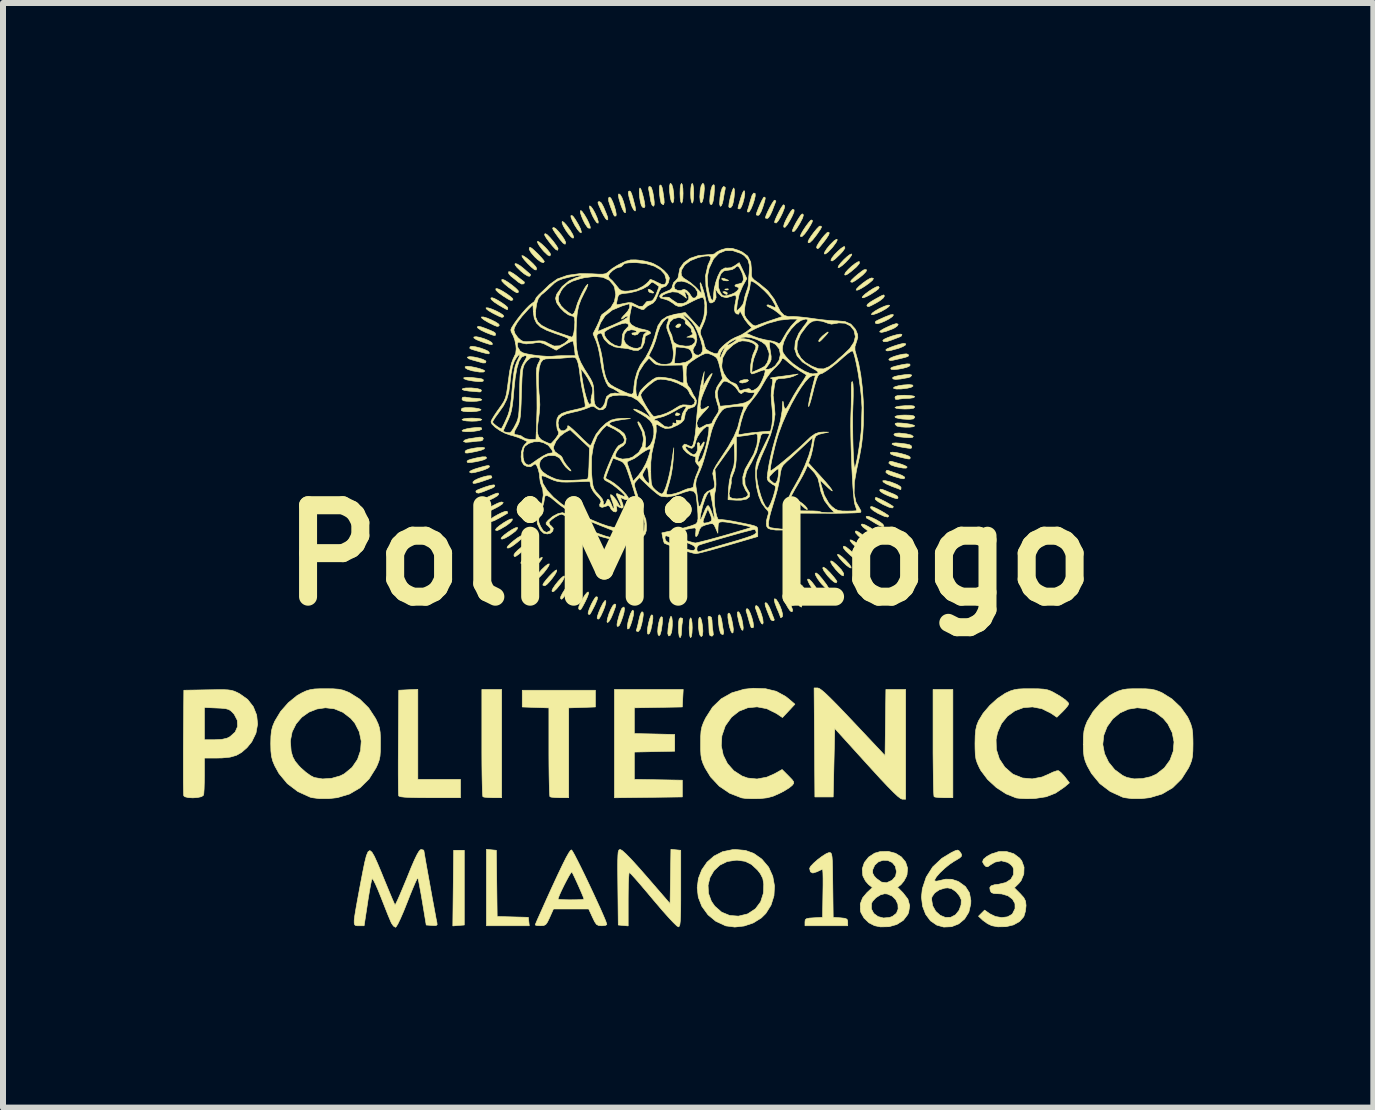
<source format=kicad_pcb>
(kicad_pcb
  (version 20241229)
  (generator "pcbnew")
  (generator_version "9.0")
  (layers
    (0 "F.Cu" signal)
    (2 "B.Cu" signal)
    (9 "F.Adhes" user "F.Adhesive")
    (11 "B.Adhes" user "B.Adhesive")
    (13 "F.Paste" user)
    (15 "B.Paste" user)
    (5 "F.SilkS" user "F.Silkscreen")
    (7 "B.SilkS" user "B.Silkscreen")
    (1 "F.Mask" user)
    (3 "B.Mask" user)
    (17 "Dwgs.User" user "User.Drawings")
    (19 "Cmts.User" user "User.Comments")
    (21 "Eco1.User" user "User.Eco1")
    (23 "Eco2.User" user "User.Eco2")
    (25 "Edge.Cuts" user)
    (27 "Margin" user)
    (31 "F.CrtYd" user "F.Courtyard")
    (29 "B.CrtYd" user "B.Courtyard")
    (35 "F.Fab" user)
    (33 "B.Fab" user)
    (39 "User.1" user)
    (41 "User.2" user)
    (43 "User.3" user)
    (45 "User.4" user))
  (footprint "PoliMi Logo"
    (layer "F.Cu")
    (at 8.433 6.203)
    (property "Reference" "PoliMi Logo" (at 0 0 0) (layer "F.SilkS") (effects (font (size 1.524 1.524) (thickness 0.3))))
    (attr through_hole)
    (fp_poly (pts (xy -3.747 6.16) (xy -3.842 6.167) (xy -3.938 6.175) (xy -3.931 5.545) (xy -3.924 4.915) (xy -3.747 4.915) (xy -3.747 6.16)) (stroke (width 0.01) (type solid)) (fill yes) (layer "F.SilkS"))
    (fp_poly (pts (xy 0.654 -4.435) (xy 0.646 -4.423) (xy 0.62 -4.422) (xy 0.593 -4.428) (xy 0.605 -4.437) (xy 0.645 -4.44) (xy 0.654 -4.435)) (stroke (width 0.01) (type solid)) (fill yes) (layer "F.SilkS"))
    (fp_poly (pts (xy -0.62 -4.407) (xy -0.589 -4.38) (xy -0.598 -4.371) (xy -0.614 -4.37) (xy -0.661 -4.383) (xy -0.674 -4.396) (xy -0.684 -4.429) (xy -0.66 -4.431) (xy -0.62 -4.407)) (stroke (width 0.01) (type solid)) (fill yes) (layer "F.SilkS"))
    (fp_poly (pts (xy -0.191 -2.371) (xy -0.157 -2.355) (xy -0.152 -2.349) (xy -0.172 -2.336) (xy -0.191 -2.328) (xy -0.223 -2.331) (xy -0.229 -2.349) (xy -0.212 -2.374) (xy -0.191 -2.371)) (stroke (width 0.01) (type solid)) (fill yes) (layer "F.SilkS"))
    (fp_poly (pts (xy -0.139 -3.85) (xy -0.141 -3.829) (xy -0.166 -3.802) (xy -0.2 -3.793) (xy -0.222 -3.806) (xy -0.221 -3.821) (xy -0.191 -3.849) (xy -0.169 -3.856) (xy -0.139 -3.85)) (stroke (width 0.01) (type solid)) (fill yes) (layer "F.SilkS"))
    (fp_poly (pts (xy 0.584 -4.612) (xy 0.622 -4.597) (xy 0.657 -4.581) (xy 0.644 -4.575) (xy 0.617 -4.574) (xy 0.566 -4.583) (xy 0.546 -4.597) (xy 0.545 -4.619) (xy 0.584 -4.612)) (stroke (width 0.01) (type solid)) (fill yes) (layer "F.SilkS"))
    (fp_poly (pts (xy 0.628 -4.382) (xy 0.635 -4.369) (xy 0.631 -4.347) (xy 0.609 -4.353) (xy 0.584 -4.369) (xy 0.561 -4.388) (xy 0.585 -4.394) (xy 0.591 -4.394) (xy 0.628 -4.382)) (stroke (width 0.01) (type solid)) (fill yes) (layer "F.SilkS"))
    (fp_poly (pts (xy -3.296 4.907) (xy -3.213 4.915) (xy -3.206 5.466) (xy -3.199 6.018) (xy -2.94 6.025) (xy -2.68 6.032) (xy -2.664 6.172) (xy -3.378 6.172) (xy -3.378 4.899) (xy -3.296 4.907)) (stroke (width 0.01) (type solid)) (fill yes) (layer "F.SilkS"))
    (fp_poly (pts (xy 0.99 -2.914) (xy 0.966 -2.892) (xy 0.95 -2.886) (xy 0.889 -2.871) (xy 0.847 -2.878) (xy 0.838 -2.893) (xy 0.86 -2.912) (xy 0.913 -2.926) (xy 0.914 -2.926) (xy 0.971 -2.928) (xy 0.99 -2.914)) (stroke (width 0.01) (type solid)) (fill yes) (layer "F.SilkS"))
    (fp_poly (pts (xy 1.842 -0.895) (xy 1.888 -0.863) (xy 1.933 -0.823) (xy 1.964 -0.786) (xy 1.97 -0.764) (xy 1.964 -0.762) (xy 1.933 -0.779) (xy 1.884 -0.822) (xy 1.865 -0.841) (xy 1.825 -0.888) (xy 1.822 -0.902) (xy 1.842 -0.895)) (stroke (width 0.01) (type solid)) (fill yes) (layer "F.SilkS"))
    (fp_poly (pts (xy 2.318 -3.717) (xy 2.294 -3.684) (xy 2.262 -3.649) (xy 2.205 -3.589) (xy 2.174 -3.562) (xy 2.161 -3.562) (xy 2.159 -3.577) (xy 2.177 -3.608) (xy 2.221 -3.654) (xy 2.276 -3.698) (xy 2.311 -3.721) (xy 2.318 -3.717)) (stroke (width 0.01) (type solid)) (fill yes) (layer "F.SilkS"))
    (fp_poly (pts (xy -3.533 -2.282) (xy -3.474 -2.273) (xy -3.454 -2.261) (xy -3.478 -2.247) (xy -3.54 -2.238) (xy -3.619 -2.235) (xy -3.706 -2.239) (xy -3.765 -2.248) (xy -3.785 -2.261) (xy -3.761 -2.274) (xy -3.699 -2.283) (xy -3.619 -2.286) (xy -3.533 -2.282)) (stroke (width 0.01) (type solid)) (fill yes) (layer "F.SilkS"))
    (fp_poly (pts (xy -2.338 0.173) (xy -2.373 0.227) (xy -2.423 0.291) (xy -2.491 0.362) (xy -2.535 0.39) (xy -2.55 0.386) (xy -2.544 0.351) (xy -2.505 0.293) (xy -2.457 0.237) (xy -2.397 0.18) (xy -2.352 0.146) (xy -2.33 0.143) (xy -2.338 0.173)) (stroke (width 0.01) (type solid)) (fill yes) (layer "F.SilkS"))
    (fp_poly (pts (xy -2.09 -5.551) (xy -2.048 -5.506) (xy -1.982 -5.417) (xy -1.939 -5.345) (xy -1.923 -5.299) (xy -1.935 -5.284) (xy -1.966 -5.304) (xy -2.012 -5.355) (xy -2.053 -5.413) (xy -2.097 -5.488) (xy -2.117 -5.54) (xy -2.115 -5.563) (xy -2.09 -5.551)) (stroke (width 0.01) (type solid)) (fill yes) (layer "F.SilkS"))
    (fp_poly (pts (xy -1.641 -5.816) (xy -1.608 -5.773) (xy -1.569 -5.703) (xy -1.533 -5.622) (xy -1.515 -5.561) (xy -1.517 -5.534) (xy -1.539 -5.543) (xy -1.573 -5.59) (xy -1.608 -5.653) (xy -1.642 -5.732) (xy -1.66 -5.794) (xy -1.66 -5.822) (xy -1.641 -5.816)) (stroke (width 0.01) (type solid)) (fill yes) (layer "F.SilkS"))
    (fp_poly (pts (xy -0.288 -6.174) (xy -0.27 -6.114) (xy -0.258 -6.031) (xy -0.254 -5.953) (xy -0.261 -5.888) (xy -0.278 -5.87) (xy -0.298 -5.899) (xy -0.314 -5.963) (xy -0.327 -6.069) (xy -0.328 -6.149) (xy -0.317 -6.192) (xy -0.308 -6.198) (xy -0.288 -6.174)) (stroke (width 0.01) (type solid)) (fill yes) (layer "F.SilkS"))
    (fp_poly (pts (xy -0.114 -6.174) (xy -0.105 -6.112) (xy -0.102 -6.032) (xy -0.105 -5.946) (xy -0.115 -5.887) (xy -0.127 -5.867) (xy -0.14 -5.891) (xy -0.149 -5.953) (xy -0.152 -6.032) (xy -0.149 -6.119) (xy -0.139 -6.178) (xy -0.127 -6.198) (xy -0.114 -6.174)) (stroke (width 0.01) (type solid)) (fill yes) (layer "F.SilkS"))
    (fp_poly (pts (xy 0.039 1.065) (xy 0.048 1.127) (xy 0.051 1.206) (xy 0.047 1.293) (xy 0.038 1.352) (xy 0.025 1.372) (xy 0.012 1.348) (xy 0.003 1.286) (xy 0 1.206) (xy 0.004 1.12) (xy 0.013 1.061) (xy 0.025 1.041) (xy 0.039 1.065)) (stroke (width 0.01) (type solid)) (fill yes) (layer "F.SilkS"))
    (fp_poly (pts (xy 0.064 -6.174) (xy 0.073 -6.112) (xy 0.076 -6.032) (xy 0.073 -5.946) (xy 0.063 -5.887) (xy 0.051 -5.867) (xy 0.038 -5.891) (xy 0.028 -5.953) (xy 0.025 -6.032) (xy 0.029 -6.119) (xy 0.038 -6.178) (xy 0.051 -6.198) (xy 0.064 -6.174)) (stroke (width 0.01) (type solid)) (fill yes) (layer "F.SilkS"))
    (fp_poly (pts (xy 2.469 -5.258) (xy 2.45 -5.216) (xy 2.398 -5.144) (xy 2.377 -5.119) (xy 2.316 -5.055) (xy 2.272 -5.022) (xy 2.252 -5.022) (xy 2.259 -5.054) (xy 2.294 -5.109) (xy 2.345 -5.171) (xy 2.414 -5.24) (xy 2.456 -5.267) (xy 2.469 -5.258)) (stroke (width 0.01) (type solid)) (fill yes) (layer "F.SilkS"))
    (fp_poly (pts (xy 2.498 -0.01) (xy 2.548 0.026) (xy 2.607 0.081) (xy 2.663 0.142) (xy 2.696 0.189) (xy 2.699 0.212) (xy 2.671 0.203) (xy 2.619 0.165) (xy 2.565 0.114) (xy 2.51 0.053) (xy 2.477 0.005) (xy 2.473 -0.017) (xy 2.498 -0.01)) (stroke (width 0.01) (type solid)) (fill yes) (layer "F.SilkS"))
    (fp_poly (pts (xy 3.743 -2.488) (xy 3.759 -2.47) (xy 3.739 -2.451) (xy 3.676 -2.441) (xy 3.594 -2.438) (xy 3.51 -2.442) (xy 3.451 -2.45) (xy 3.429 -2.462) (xy 3.452 -2.475) (xy 3.513 -2.486) (xy 3.594 -2.493) (xy 3.691 -2.495) (xy 3.743 -2.488)) (stroke (width 0.01) (type solid)) (fill yes) (layer "F.SilkS"))
    (fp_poly (pts (xy -3.461 -2.124) (xy -3.457 -2.099) (xy -3.499 -2.08) (xy -3.591 -2.066) (xy -3.633 -2.062) (xy -3.723 -2.06) (xy -3.775 -2.067) (xy -3.785 -2.077) (xy -3.762 -2.092) (xy -3.705 -2.108) (xy -3.63 -2.121) (xy -3.553 -2.129) (xy -3.491 -2.131) (xy -3.461 -2.124)) (stroke (width 0.01) (type solid)) (fill yes) (layer "F.SilkS"))
    (fp_poly (pts (xy -2.76 -4.988) (xy -2.712 -4.956) (xy -2.653 -4.908) (xy -2.598 -4.856) (xy -2.556 -4.809) (xy -2.542 -4.782) (xy -2.549 -4.754) (xy -2.577 -4.76) (xy -2.631 -4.804) (xy -2.692 -4.864) (xy -2.747 -4.925) (xy -2.781 -4.972) (xy -2.787 -4.994) (xy -2.76 -4.988)) (stroke (width 0.01) (type solid)) (fill yes) (layer "F.SilkS"))
    (fp_poly (pts (xy -2.506 -5.225) (xy -2.463 -5.192) (xy -2.41 -5.143) (xy -2.359 -5.089) (xy -2.321 -5.041) (xy -2.308 -5.012) (xy -2.321 -4.988) (xy -2.358 -5.004) (xy -2.419 -5.062) (xy -2.446 -5.093) (xy -2.496 -5.158) (xy -2.525 -5.209) (xy -2.528 -5.231) (xy -2.506 -5.225)) (stroke (width 0.01) (type solid)) (fill yes) (layer "F.SilkS"))
    (fp_poly (pts (xy -2.081 0.371) (xy -2.107 0.425) (xy -2.143 0.477) (xy -2.207 0.556) (xy -2.254 0.601) (xy -2.281 0.606) (xy -2.286 0.59) (xy -2.271 0.553) (xy -2.234 0.498) (xy -2.186 0.437) (xy -2.137 0.383) (xy -2.097 0.349) (xy -2.08 0.344) (xy -2.081 0.371)) (stroke (width 0.01) (type solid)) (fill yes) (layer "F.SilkS"))
    (fp_poly (pts (xy -1.928 -5.641) (xy -1.891 -5.587) (xy -1.844 -5.508) (xy -1.809 -5.437) (xy -1.796 -5.388) (xy -1.8 -5.374) (xy -1.824 -5.386) (xy -1.863 -5.433) (xy -1.906 -5.5) (xy -1.945 -5.575) (xy -1.968 -5.632) (xy -1.971 -5.658) (xy -1.953 -5.663) (xy -1.928 -5.641)) (stroke (width 0.01) (type solid)) (fill yes) (layer "F.SilkS"))
    (fp_poly (pts (xy -1.389 0.792) (xy -1.407 0.859) (xy -1.433 0.925) (xy -1.472 1.01) (xy -1.499 1.054) (xy -1.517 1.064) (xy -1.533 1.048) (xy -1.529 1.017) (xy -1.508 0.954) (xy -1.476 0.877) (xy -1.436 0.799) (xy -1.406 0.757) (xy -1.389 0.755) (xy -1.389 0.792)) (stroke (width 0.01) (type solid)) (fill yes) (layer "F.SilkS"))
    (fp_poly (pts (xy -1.146 -6.005) (xy -1.12 -5.961) (xy -1.094 -5.892) (xy -1.072 -5.816) (xy -1.06 -5.749) (xy -1.062 -5.71) (xy -1.064 -5.708) (xy -1.083 -5.718) (xy -1.111 -5.768) (xy -1.14 -5.844) (xy -1.17 -5.944) (xy -1.18 -6.005) (xy -1.17 -6.023) (xy -1.146 -6.005)) (stroke (width 0.01) (type solid)) (fill yes) (layer "F.SilkS"))
    (fp_poly (pts (xy -0.923 0.937) (xy -0.929 0.999) (xy -0.954 1.096) (xy -0.977 1.166) (xy -1.002 1.22) (xy -1.023 1.228) (xy -1.026 1.224) (xy -1.03 1.184) (xy -1.02 1.118) (xy -1 1.042) (xy -0.976 0.972) (xy -0.951 0.925) (xy -0.937 0.914) (xy -0.923 0.937)) (stroke (width 0.01) (type solid)) (fill yes) (layer "F.SilkS"))
    (fp_poly (pts (xy -0.606 1.004) (xy -0.605 1.052) (xy -0.616 1.137) (xy -0.638 1.241) (xy -0.661 1.302) (xy -0.683 1.315) (xy -0.693 1.304) (xy -0.697 1.265) (xy -0.69 1.199) (xy -0.675 1.123) (xy -0.655 1.052) (xy -0.635 1.003) (xy -0.622 0.991) (xy -0.606 1.004)) (stroke (width 0.01) (type solid)) (fill yes) (layer "F.SilkS"))
    (fp_poly (pts (xy -0.447 1.031) (xy -0.443 1.075) (xy -0.449 1.148) (xy -0.464 1.251) (xy -0.482 1.317) (xy -0.501 1.342) (xy -0.518 1.321) (xy -0.524 1.269) (xy -0.519 1.195) (xy -0.505 1.118) (xy -0.486 1.054) (xy -0.466 1.023) (xy -0.465 1.023) (xy -0.447 1.031)) (stroke (width 0.01) (type solid)) (fill yes) (layer "F.SilkS"))
    (fp_poly (pts (xy 0.192 1.044) (xy 0.208 1.094) (xy 0.221 1.169) (xy 0.228 1.254) (xy 0.228 1.275) (xy 0.22 1.337) (xy 0.201 1.355) (xy 0.179 1.328) (xy 0.168 1.292) (xy 0.155 1.199) (xy 0.154 1.114) (xy 0.162 1.053) (xy 0.175 1.031) (xy 0.192 1.044)) (stroke (width 0.01) (type solid)) (fill yes) (layer "F.SilkS"))
    (fp_poly (pts (xy 0.248 -6.174) (xy 0.253 -6.111) (xy 0.245 -6.015) (xy 0.238 -5.963) (xy 0.22 -5.892) (xy 0.2 -5.871) (xy 0.185 -5.897) (xy 0.178 -5.971) (xy 0.178 -5.975) (xy 0.184 -6.081) (xy 0.2 -6.157) (xy 0.223 -6.195) (xy 0.232 -6.198) (xy 0.248 -6.174)) (stroke (width 0.01) (type solid)) (fill yes) (layer "F.SilkS"))
    (fp_poly (pts (xy 0.417 -6.17) (xy 0.421 -6.141) (xy 0.419 -6.076) (xy 0.414 -6) (xy 0.399 -5.9) (xy 0.379 -5.849) (xy 0.367 -5.842) (xy 0.348 -5.856) (xy 0.343 -5.903) (xy 0.348 -5.988) (xy 0.363 -6.088) (xy 0.383 -6.153) (xy 0.405 -6.176) (xy 0.417 -6.17)) (stroke (width 0.01) (type solid)) (fill yes) (layer "F.SilkS"))
    (fp_poly (pts (xy 0.835 0.954) (xy 0.858 0.998) (xy 0.879 1.068) (xy 0.894 1.145) (xy 0.901 1.211) (xy 0.895 1.249) (xy 0.894 1.25) (xy 0.876 1.241) (xy 0.852 1.188) (xy 0.83 1.114) (xy 0.807 1.009) (xy 0.802 0.951) (xy 0.816 0.938) (xy 0.835 0.954)) (stroke (width 0.01) (type solid)) (fill yes) (layer "F.SilkS"))
    (fp_poly (pts (xy 1.604 0.684) (xy 1.651 0.754) (xy 1.654 0.759) (xy 1.703 0.851) (xy 1.724 0.909) (xy 1.719 0.936) (xy 1.702 0.94) (xy 1.678 0.919) (xy 1.642 0.865) (xy 1.612 0.812) (xy 1.575 0.726) (xy 1.563 0.673) (xy 1.574 0.658) (xy 1.604 0.684)) (stroke (width 0.01) (type solid)) (fill yes) (layer "F.SilkS"))
    (fp_poly (pts (xy 1.726 0.583) (xy 1.764 0.626) (xy 1.808 0.687) (xy 1.847 0.752) (xy 1.873 0.808) (xy 1.879 0.832) (xy 1.87 0.863) (xy 1.843 0.848) (xy 1.798 0.788) (xy 1.76 0.724) (xy 1.722 0.651) (xy 1.701 0.595) (xy 1.703 0.571) (xy 1.726 0.583)) (stroke (width 0.01) (type solid)) (fill yes) (layer "F.SilkS"))
    (fp_poly (pts (xy 1.998 0.398) (xy 2.039 0.437) (xy 2.092 0.505) (xy 2.141 0.582) (xy 2.17 0.642) (xy 2.17 0.667) (xy 2.146 0.66) (xy 2.105 0.623) (xy 2.052 0.556) (xy 2.05 0.553) (xy 2.005 0.481) (xy 1.978 0.424) (xy 1.974 0.397) (xy 1.998 0.398)) (stroke (width 0.01) (type solid)) (fill yes) (layer "F.SilkS"))
    (fp_poly (pts (xy 2.161 0.328) (xy 2.222 0.4) (xy 2.288 0.487) (xy 2.322 0.543) (xy 2.324 0.567) (xy 2.301 0.563) (xy 2.26 0.533) (xy 2.207 0.478) (xy 2.187 0.454) (xy 2.136 0.384) (xy 2.105 0.327) (xy 2.1 0.298) (xy 2.121 0.295) (xy 2.161 0.328)) (stroke (width 0.01) (type solid)) (fill yes) (layer "F.SilkS"))
    (fp_poly (pts (xy 2.279 0.222) (xy 2.347 0.289) (xy 2.352 0.295) (xy 2.409 0.361) (xy 2.449 0.413) (xy 2.463 0.438) (xy 2.45 0.459) (xy 2.413 0.444) (xy 2.359 0.398) (xy 2.305 0.339) (xy 2.246 0.259) (xy 2.225 0.211) (xy 2.237 0.197) (xy 2.279 0.222)) (stroke (width 0.01) (type solid)) (fill yes) (layer "F.SilkS"))
    (fp_poly (pts (xy 2.394 0.104) (xy 2.455 0.156) (xy 2.456 0.157) (xy 2.537 0.242) (xy 2.575 0.303) (xy 2.571 0.339) (xy 2.568 0.342) (xy 2.54 0.331) (xy 2.493 0.291) (xy 2.442 0.236) (xy 2.385 0.162) (xy 2.358 0.112) (xy 2.362 0.092) (xy 2.394 0.104)) (stroke (width 0.01) (type solid)) (fill yes) (layer "F.SilkS"))
    (fp_poly (pts (xy 2.595 -5.118) (xy 2.56 -5.066) (xy 2.512 -5.014) (xy 2.434 -4.939) (xy 2.385 -4.905) (xy 2.364 -4.91) (xy 2.363 -4.921) (xy 2.381 -4.958) (xy 2.423 -5.011) (xy 2.478 -5.067) (xy 2.532 -5.115) (xy 2.575 -5.142) (xy 2.59 -5.144) (xy 2.595 -5.118)) (stroke (width 0.01) (type solid)) (fill yes) (layer "F.SilkS"))
    (fp_poly (pts (xy 2.71 -5.02) (xy 2.703 -4.995) (xy 2.666 -4.945) (xy 2.612 -4.886) (xy 2.551 -4.83) (xy 2.503 -4.797) (xy 2.481 -4.794) (xy 2.489 -4.822) (xy 2.525 -4.87) (xy 2.576 -4.925) (xy 2.631 -4.976) (xy 2.679 -5.012) (xy 2.708 -5.021) (xy 2.71 -5.02)) (stroke (width 0.01) (type solid)) (fill yes) (layer "F.SilkS"))
    (fp_poly (pts (xy 2.835 -4.862) (xy 2.789 -4.807) (xy 2.698 -4.729) (xy 2.688 -4.721) (xy 2.627 -4.678) (xy 2.597 -4.669) (xy 2.591 -4.682) (xy 2.608 -4.716) (xy 2.651 -4.764) (xy 2.708 -4.817) (xy 2.767 -4.863) (xy 2.814 -4.891) (xy 2.836 -4.894) (xy 2.835 -4.862)) (stroke (width 0.01) (type solid)) (fill yes) (layer "F.SilkS"))
    (fp_poly (pts (xy 2.928 -0.509) (xy 3.006 -0.468) (xy 3.024 -0.457) (xy 3.104 -0.4) (xy 3.145 -0.358) (xy 3.144 -0.335) (xy 3.118 -0.332) (xy 3.081 -0.346) (xy 3.018 -0.382) (xy 2.964 -0.418) (xy 2.894 -0.473) (xy 2.867 -0.509) (xy 2.88 -0.522) (xy 2.928 -0.509)) (stroke (width 0.01) (type solid)) (fill yes) (layer "F.SilkS"))
    (fp_poly (pts (xy 3.07 -4.614) (xy 3.058 -4.587) (xy 3.003 -4.539) (xy 2.934 -4.489) (xy 2.863 -4.445) (xy 2.808 -4.419) (xy 2.782 -4.419) (xy 2.793 -4.444) (xy 2.834 -4.486) (xy 2.893 -4.535) (xy 2.957 -4.581) (xy 3.012 -4.613) (xy 3.042 -4.622) (xy 3.07 -4.614)) (stroke (width 0.01) (type solid)) (fill yes) (layer "F.SilkS"))
    (fp_poly (pts (xy 3.687 -2.334) (xy 3.738 -2.325) (xy 3.758 -2.307) (xy 3.759 -2.299) (xy 3.736 -2.273) (xy 3.666 -2.264) (xy 3.554 -2.271) (xy 3.499 -2.279) (xy 3.441 -2.293) (xy 3.428 -2.309) (xy 3.457 -2.324) (xy 3.52 -2.334) (xy 3.594 -2.337) (xy 3.687 -2.334)) (stroke (width 0.01) (type solid)) (fill yes) (layer "F.SilkS"))
    (fp_poly (pts (xy 3.706 -3.005) (xy 3.708 -2.999) (xy 3.687 -2.974) (xy 3.651 -2.961) (xy 3.522 -2.938) (xy 3.439 -2.931) (xy 3.397 -2.939) (xy 3.393 -2.944) (xy 3.392 -2.963) (xy 3.423 -2.979) (xy 3.492 -2.995) (xy 3.588 -3.009) (xy 3.668 -3.015) (xy 3.706 -3.005)) (stroke (width 0.01) (type solid)) (fill yes) (layer "F.SilkS"))
    (fp_poly (pts (xy 3.72 -2.838) (xy 3.731 -2.821) (xy 3.699 -2.8) (xy 3.639 -2.785) (xy 3.532 -2.772) (xy 3.452 -2.771) (xy 3.409 -2.781) (xy 3.404 -2.791) (xy 3.427 -2.808) (xy 3.485 -2.825) (xy 3.566 -2.838) (xy 3.653 -2.844) (xy 3.664 -2.845) (xy 3.72 -2.838)) (stroke (width 0.01) (type solid)) (fill yes) (layer "F.SilkS"))
    (fp_poly (pts (xy -3.628 -2.789) (xy -3.532 -2.779) (xy -3.474 -2.762) (xy -3.461 -2.75) (xy -3.471 -2.725) (xy -3.497 -2.722) (xy -3.55 -2.727) (xy -3.629 -2.734) (xy -3.664 -2.736) (xy -3.747 -2.748) (xy -3.782 -2.763) (xy -3.773 -2.778) (xy -3.723 -2.788) (xy -3.633 -2.789) (xy -3.628 -2.789)) (stroke (width 0.01) (type solid)) (fill yes) (layer "F.SilkS"))
    (fp_poly (pts (xy -3.621 -2.963) (xy -3.601 -2.96) (xy -3.506 -2.949) (xy -3.453 -2.939) (xy -3.431 -2.926) (xy -3.43 -2.909) (xy -3.433 -2.903) (xy -3.46 -2.895) (xy -3.524 -2.896) (xy -3.6 -2.904) (xy -3.7 -2.922) (xy -3.752 -2.942) (xy -3.756 -2.958) (xy -3.712 -2.966) (xy -3.621 -2.963)) (stroke (width 0.01) (type solid)) (fill yes) (layer "F.SilkS"))
    (fp_poly (pts (xy -3.486 -3.631) (xy -3.41 -3.607) (xy -3.34 -3.578) (xy -3.292 -3.548) (xy -3.282 -3.534) (xy -3.279 -3.515) (xy -3.294 -3.509) (xy -3.334 -3.518) (xy -3.409 -3.542) (xy -3.463 -3.561) (xy -3.55 -3.596) (xy -3.588 -3.624) (xy -3.586 -3.638) (xy -3.55 -3.643) (xy -3.486 -3.631)) (stroke (width 0.01) (type solid)) (fill yes) (layer "F.SilkS"))
    (fp_poly (pts (xy -3.408 -1.791) (xy -3.414 -1.774) (xy -3.464 -1.752) (xy -3.548 -1.731) (xy -3.643 -1.712) (xy -3.698 -1.704) (xy -3.725 -1.706) (xy -3.733 -1.717) (xy -3.734 -1.724) (xy -3.719 -1.749) (xy -3.67 -1.768) (xy -3.58 -1.786) (xy -3.531 -1.793) (xy -3.446 -1.799) (xy -3.408 -1.791)) (stroke (width 0.01) (type solid)) (fill yes) (layer "F.SilkS"))
    (fp_poly (pts (xy -3.293 -1.322) (xy -3.287 -1.295) (xy -3.304 -1.284) (xy -3.433 -1.238) (xy -3.52 -1.21) (xy -3.574 -1.198) (xy -3.599 -1.2) (xy -3.603 -1.217) (xy -3.601 -1.224) (xy -3.572 -1.251) (xy -3.51 -1.28) (xy -3.435 -1.306) (xy -3.362 -1.324) (xy -3.308 -1.327) (xy -3.293 -1.322)) (stroke (width 0.01) (type solid)) (fill yes) (layer "F.SilkS"))
    (fp_poly (pts (xy -3.165 -4.432) (xy -3.106 -4.4) (xy -3.04 -4.358) (xy -2.982 -4.315) (xy -2.943 -4.28) (xy -2.936 -4.264) (xy -2.952 -4.247) (xy -2.977 -4.249) (xy -3.023 -4.273) (xy -3.099 -4.321) (xy -3.177 -4.377) (xy -3.219 -4.419) (xy -3.221 -4.442) (xy -3.204 -4.445) (xy -3.165 -4.432)) (stroke (width 0.01) (type solid)) (fill yes) (layer "F.SilkS"))
    (fp_poly (pts (xy -3.124 4.039) (xy -3.272 4.039) (xy -3.355 4.036) (xy -3.416 4.029) (xy -3.437 4.022) (xy -3.441 3.993) (xy -3.445 3.92) (xy -3.448 3.807) (xy -3.451 3.662) (xy -3.453 3.489) (xy -3.454 3.296) (xy -3.454 3.12) (xy -3.454 2.235) (xy -3.124 2.235) (xy -3.124 4.039)) (stroke (width 0.01) (type solid)) (fill yes) (layer "F.SilkS"))
    (fp_poly (pts (xy -2.947 -0.588) (xy -2.974 -0.553) (xy -3.025 -0.511) (xy -3.05 -0.494) (xy -3.14 -0.44) (xy -3.195 -0.414) (xy -3.221 -0.415) (xy -3.226 -0.429) (xy -3.206 -0.456) (xy -3.156 -0.497) (xy -3.09 -0.543) (xy -3.022 -0.583) (xy -2.983 -0.601) (xy -2.948 -0.607) (xy -2.947 -0.588)) (stroke (width 0.01) (type solid)) (fill yes) (layer "F.SilkS"))
    (fp_poly (pts (xy -2.926 -4.693) (xy -2.875 -4.656) (xy -2.81 -4.604) (xy -2.762 -4.567) (xy -2.745 -4.553) (xy -2.749 -4.532) (xy -2.758 -4.523) (xy -2.793 -4.52) (xy -2.845 -4.551) (xy -2.912 -4.606) (xy -2.968 -4.65) (xy -3.005 -4.691) (xy -3.01 -4.724) (xy -2.982 -4.725) (xy -2.926 -4.693)) (stroke (width 0.01) (type solid)) (fill yes) (layer "F.SilkS"))
    (fp_poly (pts (xy -2.868 -4.855) (xy -2.812 -4.822) (xy -2.763 -4.783) (xy -2.702 -4.73) (xy -2.658 -4.692) (xy -2.643 -4.68) (xy -2.648 -4.659) (xy -2.656 -4.65) (xy -2.687 -4.653) (xy -2.746 -4.688) (xy -2.804 -4.735) (xy -2.87 -4.799) (xy -2.902 -4.843) (xy -2.9 -4.861) (xy -2.868 -4.855)) (stroke (width 0.01) (type solid)) (fill yes) (layer "F.SilkS"))
    (fp_poly (pts (xy -2.861 -0.464) (xy -2.862 -0.441) (xy -2.895 -0.402) (xy -2.904 -0.395) (xy -2.99 -0.332) (xy -3.063 -0.289) (xy -3.115 -0.27) (xy -3.134 -0.275) (xy -3.123 -0.3) (xy -3.08 -0.34) (xy -3.02 -0.385) (xy -2.954 -0.428) (xy -2.898 -0.457) (xy -2.863 -0.465) (xy -2.861 -0.464)) (stroke (width 0.01) (type solid)) (fill yes) (layer "F.SilkS"))
    (fp_poly (pts (xy -2.759 -0.337) (xy -2.76 -0.314) (xy -2.801 -0.269) (xy -2.885 -0.2) (xy -2.951 -0.151) (xy -3.002 -0.123) (xy -3.033 -0.123) (xy -3.034 -0.125) (xy -3.024 -0.151) (xy -2.982 -0.194) (xy -2.923 -0.244) (xy -2.859 -0.292) (xy -2.801 -0.326) (xy -2.763 -0.338) (xy -2.759 -0.337)) (stroke (width 0.01) (type solid)) (fill yes) (layer "F.SilkS"))
    (fp_poly (pts (xy -2.664 -0.188) (xy -2.7 -0.143) (xy -2.759 -0.086) (xy -2.838 -0.019) (xy -2.888 0.016) (xy -2.913 0.02) (xy -2.92 -0.003) (xy -2.92 -0.006) (xy -2.901 -0.04) (xy -2.854 -0.087) (xy -2.792 -0.138) (xy -2.73 -0.182) (xy -2.68 -0.209) (xy -2.659 -0.211) (xy -2.664 -0.188)) (stroke (width 0.01) (type solid)) (fill yes) (layer "F.SilkS"))
    (fp_poly (pts (xy -2.619 -5.114) (xy -2.571 -5.071) (xy -2.513 -5.015) (xy -2.46 -4.958) (xy -2.423 -4.913) (xy -2.413 -4.895) (xy -2.429 -4.875) (xy -2.471 -4.889) (xy -2.53 -4.933) (xy -2.573 -4.973) (xy -2.634 -5.044) (xy -2.665 -5.098) (xy -2.662 -5.127) (xy -2.647 -5.131) (xy -2.619 -5.114)) (stroke (width 0.01) (type solid)) (fill yes) (layer "F.SilkS"))
    (fp_poly (pts (xy -2.558 -0.084) (xy -2.561 -0.06) (xy -2.593 -0.014) (xy -2.62 0.018) (xy -2.706 0.098) (xy -2.767 0.137) (xy -2.803 0.133) (xy -2.805 0.129) (xy -2.796 0.102) (xy -2.756 0.057) (xy -2.701 0.005) (xy -2.641 -0.043) (xy -2.589 -0.077) (xy -2.558 -0.085) (xy -2.558 -0.084)) (stroke (width 0.01) (type solid)) (fill yes) (layer "F.SilkS"))
    (fp_poly (pts (xy -2.447 0.034) (xy -2.454 0.06) (xy -2.49 0.109) (xy -2.541 0.166) (xy -2.618 0.24) (xy -2.667 0.275) (xy -2.69 0.273) (xy -2.692 0.259) (xy -2.676 0.229) (xy -2.633 0.181) (xy -2.578 0.127) (xy -2.52 0.077) (xy -2.473 0.042) (xy -2.447 0.034) (xy -2.447 0.034)) (stroke (width 0.01) (type solid)) (fill yes) (layer "F.SilkS"))
    (fp_poly (pts (xy -2.364 -5.341) (xy -2.317 -5.294) (xy -2.265 -5.233) (xy -2.219 -5.171) (xy -2.189 -5.123) (xy -2.184 -5.107) (xy -2.194 -5.082) (xy -2.225 -5.098) (xy -2.279 -5.156) (xy -2.311 -5.195) (xy -2.374 -5.278) (xy -2.405 -5.329) (xy -2.408 -5.354) (xy -2.393 -5.359) (xy -2.364 -5.341)) (stroke (width 0.01) (type solid)) (fill yes) (layer "F.SilkS"))
    (fp_poly (pts (xy -1.674 0.63) (xy -1.694 0.69) (xy -1.727 0.762) (xy -1.772 0.848) (xy -1.8 0.895) (xy -1.819 0.91) (xy -1.834 0.9) (xy -1.841 0.89) (xy -1.838 0.855) (xy -1.814 0.794) (xy -1.776 0.724) (xy -1.735 0.66) (xy -1.699 0.618) (xy -1.682 0.61) (xy -1.674 0.63)) (stroke (width 0.01) (type solid)) (fill yes) (layer "F.SilkS"))
    (fp_poly (pts (xy -1.464 -5.872) (xy -1.428 -5.807) (xy -1.381 -5.695) (xy -1.357 -5.632) (xy -1.355 -5.596) (xy -1.367 -5.588) (xy -1.391 -5.609) (xy -1.425 -5.665) (xy -1.459 -5.731) (xy -1.497 -5.815) (xy -1.517 -5.864) (xy -1.519 -5.886) (xy -1.508 -5.892) (xy -1.492 -5.893) (xy -1.464 -5.872)) (stroke (width 0.01) (type solid)) (fill yes) (layer "F.SilkS"))
    (fp_poly (pts (xy -1.302 -5.947) (xy -1.274 -5.891) (xy -1.247 -5.818) (xy -1.225 -5.743) (xy -1.215 -5.683) (xy -1.219 -5.654) (xy -1.245 -5.653) (xy -1.26 -5.679) (xy -1.282 -5.736) (xy -1.31 -5.808) (xy -1.312 -5.813) (xy -1.341 -5.901) (xy -1.343 -5.955) (xy -1.324 -5.969) (xy -1.302 -5.947)) (stroke (width 0.01) (type solid)) (fill yes) (layer "F.SilkS"))
    (fp_poly (pts (xy -1.077 0.887) (xy -1.085 0.949) (xy -1.105 1.021) (xy -1.14 1.118) (xy -1.166 1.171) (xy -1.188 1.186) (xy -1.2 1.179) (xy -1.202 1.148) (xy -1.19 1.087) (xy -1.17 1.012) (xy -1.146 0.94) (xy -1.124 0.889) (xy -1.116 0.878) (xy -1.087 0.861) (xy -1.077 0.887)) (stroke (width 0.01) (type solid)) (fill yes) (layer "F.SilkS"))
    (fp_poly (pts (xy -0.288 1.038) (xy -0.281 1.095) (xy -0.281 1.169) (xy -0.287 1.244) (xy -0.295 1.289) (xy -0.318 1.336) (xy -0.342 1.343) (xy -0.355 1.308) (xy -0.356 1.299) (xy -0.351 1.221) (xy -0.34 1.139) (xy -0.325 1.068) (xy -0.31 1.024) (xy -0.301 1.016) (xy -0.288 1.038)) (stroke (width 0.01) (type solid)) (fill yes) (layer "F.SilkS"))
    (fp_poly (pts (xy 0.675 0.972) (xy 0.692 1.008) (xy 0.71 1.074) (xy 0.726 1.152) (xy 0.735 1.222) (xy 0.736 1.238) (xy 0.731 1.289) (xy 0.716 1.295) (xy 0.696 1.262) (xy 0.674 1.196) (xy 0.662 1.141) (xy 0.646 1.038) (xy 0.646 0.978) (xy 0.662 0.962) (xy 0.675 0.972)) (stroke (width 0.01) (type solid)) (fill yes) (layer "F.SilkS"))
    (fp_poly (pts (xy 0.923 -6.071) (xy 0.927 -6.023) (xy 0.916 -5.951) (xy 0.896 -5.874) (xy 0.871 -5.808) (xy 0.846 -5.773) (xy 0.843 -5.772) (xy 0.816 -5.775) (xy 0.813 -5.783) (xy 0.82 -5.817) (xy 0.839 -5.883) (xy 0.861 -5.956) (xy 0.889 -6.036) (xy 0.911 -6.074) (xy 0.923 -6.071)) (stroke (width 0.01) (type solid)) (fill yes) (layer "F.SilkS"))
    (fp_poly (pts (xy 1.15 0.86) (xy 1.18 0.916) (xy 1.207 0.99) (xy 1.227 1.064) (xy 1.233 1.122) (xy 1.226 1.146) (xy 1.206 1.138) (xy 1.179 1.088) (xy 1.159 1.035) (xy 1.132 0.955) (xy 1.11 0.893) (xy 1.101 0.87) (xy 1.108 0.842) (xy 1.124 0.838) (xy 1.15 0.86)) (stroke (width 0.01) (type solid)) (fill yes) (layer "F.SilkS"))
    (fp_poly (pts (xy 1.749 -5.755) (xy 1.746 -5.719) (xy 1.716 -5.651) (xy 1.683 -5.588) (xy 1.633 -5.506) (xy 1.597 -5.465) (xy 1.578 -5.468) (xy 1.575 -5.487) (xy 1.586 -5.529) (xy 1.615 -5.593) (xy 1.652 -5.663) (xy 1.689 -5.724) (xy 1.719 -5.761) (xy 1.728 -5.766) (xy 1.749 -5.755)) (stroke (width 0.01) (type solid)) (fill yes) (layer "F.SilkS"))
    (fp_poly (pts (xy 1.88 0.503) (xy 1.92 0.553) (xy 1.961 0.619) (xy 1.996 0.686) (xy 2.017 0.739) (xy 2.016 0.763) (xy 1.991 0.756) (xy 1.949 0.709) (xy 1.911 0.65) (xy 1.861 0.565) (xy 1.836 0.515) (xy 1.832 0.49) (xy 1.847 0.483) (xy 1.852 0.483) (xy 1.88 0.503)) (stroke (width 0.01) (type solid)) (fill yes) (layer "F.SilkS"))
    (fp_poly (pts (xy 2.053 -5.581) (xy 2.051 -5.556) (xy 2.024 -5.504) (xy 1.979 -5.431) (xy 1.925 -5.356) (xy 1.883 -5.314) (xy 1.859 -5.309) (xy 1.854 -5.325) (xy 1.868 -5.359) (xy 1.901 -5.416) (xy 1.945 -5.482) (xy 1.989 -5.541) (xy 2.023 -5.58) (xy 2.035 -5.588) (xy 2.053 -5.581)) (stroke (width 0.01) (type solid)) (fill yes) (layer "F.SilkS"))
    (fp_poly (pts (xy 2.618 -0.136) (xy 2.668 -0.096) (xy 2.726 -0.044) (xy 2.779 0.01) (xy 2.817 0.056) (xy 2.829 0.082) (xy 2.827 0.084) (xy 2.795 0.077) (xy 2.74 0.043) (xy 2.683 -0.003) (xy 2.607 -0.075) (xy 2.569 -0.125) (xy 2.571 -0.15) (xy 2.584 -0.152) (xy 2.618 -0.136)) (stroke (width 0.01) (type solid)) (fill yes) (layer "F.SilkS"))
    (fp_poly (pts (xy 2.706 -0.254) (xy 2.756 -0.227) (xy 2.818 -0.186) (xy 2.879 -0.14) (xy 2.926 -0.098) (xy 2.945 -0.07) (xy 2.945 -0.07) (xy 2.93 -0.051) (xy 2.886 -0.064) (xy 2.817 -0.109) (xy 2.775 -0.142) (xy 2.718 -0.196) (xy 2.685 -0.239) (xy 2.681 -0.257) (xy 2.706 -0.254)) (stroke (width 0.01) (type solid)) (fill yes) (layer "F.SilkS"))
    (fp_poly (pts (xy 2.816 -0.392) (xy 2.87 -0.355) (xy 2.934 -0.307) (xy 2.994 -0.258) (xy 3.036 -0.218) (xy 3.048 -0.201) (xy 3.04 -0.181) (xy 3.011 -0.187) (xy 2.955 -0.221) (xy 2.889 -0.268) (xy 2.816 -0.327) (xy 2.774 -0.374) (xy 2.768 -0.401) (xy 2.784 -0.406) (xy 2.816 -0.392)) (stroke (width 0.01) (type solid)) (fill yes) (layer "F.SilkS"))
    (fp_poly (pts (xy 2.957 -4.753) (xy 2.946 -4.727) (xy 2.904 -4.682) (xy 2.853 -4.639) (xy 2.77 -4.578) (xy 2.719 -4.55) (xy 2.695 -4.554) (xy 2.692 -4.568) (xy 2.711 -4.593) (xy 2.757 -4.637) (xy 2.817 -4.688) (xy 2.878 -4.735) (xy 2.913 -4.758) (xy 2.948 -4.761) (xy 2.957 -4.753)) (stroke (width 0.01) (type solid)) (fill yes) (layer "F.SilkS"))
    (fp_poly (pts (xy 3.077 -0.801) (xy 3.137 -0.773) (xy 3.206 -0.736) (xy 3.271 -0.697) (xy 3.316 -0.667) (xy 3.327 -0.654) (xy 3.308 -0.637) (xy 3.251 -0.65) (xy 3.153 -0.695) (xy 3.143 -0.7) (xy 3.072 -0.743) (xy 3.029 -0.78) (xy 3.02 -0.806) (xy 3.041 -0.813) (xy 3.077 -0.801)) (stroke (width 0.01) (type solid)) (fill yes) (layer "F.SilkS"))
    (fp_poly (pts (xy 3.154 -4.48) (xy 3.167 -4.463) (xy 3.153 -4.439) (xy 3.105 -4.401) (xy 3.025 -4.349) (xy 2.955 -4.311) (xy 2.903 -4.291) (xy 2.883 -4.293) (xy 2.894 -4.317) (xy 2.937 -4.357) (xy 2.998 -4.402) (xy 3.063 -4.444) (xy 3.119 -4.473) (xy 3.153 -4.481) (xy 3.154 -4.48)) (stroke (width 0.01) (type solid)) (fill yes) (layer "F.SilkS"))
    (fp_poly (pts (xy 3.34 -4.166) (xy 3.327 -4.144) (xy 3.278 -4.108) (xy 3.204 -4.066) (xy 3.203 -4.065) (xy 3.122 -4.029) (xy 3.062 -4.01) (xy 3.036 -4.013) (xy 3.049 -4.035) (xy 3.098 -4.071) (xy 3.171 -4.113) (xy 3.173 -4.114) (xy 3.253 -4.15) (xy 3.313 -4.169) (xy 3.34 -4.166)) (stroke (width 0.01) (type solid)) (fill yes) (layer "F.SilkS"))
    (fp_poly (pts (xy 3.351 -1.224) (xy 3.378 -1.215) (xy 3.463 -1.181) (xy 3.517 -1.148) (xy 3.531 -1.128) (xy 3.527 -1.097) (xy 3.524 -1.094) (xy 3.499 -1.104) (xy 3.44 -1.126) (xy 3.372 -1.151) (xy 3.279 -1.192) (xy 3.231 -1.224) (xy 3.227 -1.243) (xy 3.268 -1.244) (xy 3.351 -1.224)) (stroke (width 0.01) (type solid)) (fill yes) (layer "F.SilkS"))
    (fp_poly (pts (xy 3.404 -4.004) (xy 3.383 -3.976) (xy 3.331 -3.94) (xy 3.263 -3.904) (xy 3.194 -3.875) (xy 3.138 -3.859) (xy 3.11 -3.863) (xy 3.101 -3.88) (xy 3.104 -3.893) (xy 3.127 -3.91) (xy 3.181 -3.935) (xy 3.258 -3.97) (xy 3.348 -4.006) (xy 3.395 -4.014) (xy 3.404 -4.004)) (stroke (width 0.01) (type solid)) (fill yes) (layer "F.SilkS"))
    (fp_poly (pts (xy 3.483 -3.85) (xy 3.47 -3.824) (xy 3.427 -3.792) (xy 3.386 -3.772) (xy 3.278 -3.731) (xy 3.207 -3.714) (xy 3.176 -3.722) (xy 3.175 -3.728) (xy 3.196 -3.748) (xy 3.249 -3.779) (xy 3.319 -3.812) (xy 3.388 -3.842) (xy 3.443 -3.859) (xy 3.458 -3.861) (xy 3.483 -3.85)) (stroke (width 0.01) (type solid)) (fill yes) (layer "F.SilkS"))
    (fp_poly (pts (xy 3.507 -2.037) (xy 3.626 -2.023) (xy 3.703 -2.004) (xy 3.733 -1.982) (xy 3.734 -1.979) (xy 3.723 -1.966) (xy 3.687 -1.961) (xy 3.616 -1.963) (xy 3.504 -1.974) (xy 3.497 -1.974) (xy 3.43 -1.991) (xy 3.41 -2.014) (xy 3.433 -2.033) (xy 3.5 -2.038) (xy 3.507 -2.037)) (stroke (width 0.01) (type solid)) (fill yes) (layer "F.SilkS"))
    (fp_poly (pts (xy 3.524 -1.867) (xy 3.621 -1.854) (xy 3.676 -1.841) (xy 3.702 -1.824) (xy 3.708 -1.802) (xy 3.705 -1.788) (xy 3.687 -1.782) (xy 3.644 -1.786) (xy 3.567 -1.798) (xy 3.512 -1.808) (xy 3.421 -1.831) (xy 3.38 -1.852) (xy 3.388 -1.868) (xy 3.444 -1.873) (xy 3.524 -1.867)) (stroke (width 0.01) (type solid)) (fill yes) (layer "F.SilkS"))
    (fp_poly (pts (xy 3.53 -2.204) (xy 3.608 -2.197) (xy 3.682 -2.185) (xy 3.738 -2.17) (xy 3.759 -2.157) (xy 3.737 -2.143) (xy 3.68 -2.136) (xy 3.607 -2.135) (xy 3.532 -2.14) (xy 3.474 -2.15) (xy 3.455 -2.158) (xy 3.431 -2.186) (xy 3.435 -2.198) (xy 3.467 -2.206) (xy 3.53 -2.204)) (stroke (width 0.01) (type solid)) (fill yes) (layer "F.SilkS"))
    (fp_poly (pts (xy 4.394 4.039) (xy 4.246 4.039) (xy 4.163 4.036) (xy 4.103 4.029) (xy 4.081 4.022) (xy 4.077 3.993) (xy 4.073 3.92) (xy 4.07 3.807) (xy 4.068 3.662) (xy 4.066 3.489) (xy 4.064 3.296) (xy 4.064 3.12) (xy 4.064 2.235) (xy 4.394 2.235) (xy 4.394 4.039)) (stroke (width 0.01) (type solid)) (fill yes) (layer "F.SilkS"))
    (fp_poly (pts (xy -3.705 -2.632) (xy -3.619 -2.62) (xy -3.54 -2.616) (xy -3.483 -2.61) (xy -3.455 -2.593) (xy -3.454 -2.591) (xy -3.478 -2.578) (xy -3.54 -2.568) (xy -3.619 -2.565) (xy -3.711 -2.568) (xy -3.762 -2.576) (xy -3.782 -2.593) (xy -3.785 -2.607) (xy -3.774 -2.634) (xy -3.734 -2.637) (xy -3.705 -2.632)) (stroke (width 0.01) (type solid)) (fill yes) (layer "F.SilkS"))
    (fp_poly (pts (xy -3.636 -3.144) (xy -3.559 -3.129) (xy -3.485 -3.109) (xy -3.427 -3.088) (xy -3.404 -3.072) (xy -3.404 -3.071) (xy -3.427 -3.054) (xy -3.495 -3.054) (xy -3.607 -3.073) (xy -3.626 -3.078) (xy -3.691 -3.098) (xy -3.729 -3.122) (xy -3.734 -3.141) (xy -3.698 -3.15) (xy -3.697 -3.15) (xy -3.636 -3.144)) (stroke (width 0.01) (type solid)) (fill yes) (layer "F.SilkS"))
    (fp_poly (pts (xy -3.589 -3.305) (xy -3.511 -3.288) (xy -3.44 -3.266) (xy -3.393 -3.242) (xy -3.385 -3.232) (xy -3.394 -3.207) (xy -3.437 -3.205) (xy -3.467 -3.214) (xy -3.506 -3.225) (xy -3.573 -3.244) (xy -3.604 -3.252) (xy -3.667 -3.273) (xy -3.695 -3.294) (xy -3.693 -3.303) (xy -3.655 -3.311) (xy -3.589 -3.305)) (stroke (width 0.01) (type solid)) (fill yes) (layer "F.SilkS"))
    (fp_poly (pts (xy -3.579 -2.456) (xy -3.512 -2.446) (xy -3.472 -2.432) (xy -3.467 -2.426) (xy -3.49 -2.41) (xy -3.547 -2.399) (xy -3.622 -2.393) (xy -3.7 -2.393) (xy -3.763 -2.399) (xy -3.796 -2.411) (xy -3.797 -2.412) (xy -3.792 -2.442) (xy -3.777 -2.453) (xy -3.728 -2.461) (xy -3.656 -2.462) (xy -3.579 -2.456)) (stroke (width 0.01) (type solid)) (fill yes) (layer "F.SilkS"))
    (fp_poly (pts (xy -3.426 -3.971) (xy -3.366 -3.953) (xy -3.296 -3.923) (xy -3.229 -3.89) (xy -3.18 -3.858) (xy -3.163 -3.835) (xy -3.164 -3.833) (xy -3.178 -3.817) (xy -3.201 -3.815) (xy -3.243 -3.83) (xy -3.315 -3.865) (xy -3.35 -3.883) (xy -3.418 -3.923) (xy -3.457 -3.955) (xy -3.461 -3.971) (xy -3.426 -3.971)) (stroke (width 0.01) (type solid)) (fill yes) (layer "F.SilkS"))
    (fp_poly (pts (xy -3.39 -1.641) (xy -3.375 -1.625) (xy -3.385 -1.61) (xy -3.421 -1.592) (xy -3.486 -1.574) (xy -3.563 -1.558) (xy -3.634 -1.547) (xy -3.684 -1.546) (xy -3.696 -1.55) (xy -3.701 -1.568) (xy -3.683 -1.584) (xy -3.634 -1.601) (xy -3.544 -1.623) (xy -3.536 -1.625) (xy -3.446 -1.641) (xy -3.39 -1.641)) (stroke (width 0.01) (type solid)) (fill yes) (layer "F.SilkS"))
    (fp_poly (pts (xy -3.35 -4.123) (xy -3.29 -4.104) (xy -3.22 -4.074) (xy -3.153 -4.039) (xy -3.105 -4.007) (xy -3.088 -3.985) (xy -3.089 -3.983) (xy -3.103 -3.968) (xy -3.127 -3.967) (xy -3.17 -3.984) (xy -3.245 -4.021) (xy -3.274 -4.036) (xy -3.342 -4.076) (xy -3.381 -4.108) (xy -3.384 -4.124) (xy -3.35 -4.123)) (stroke (width 0.01) (type solid)) (fill yes) (layer "F.SilkS"))
    (fp_poly (pts (xy -3.336 -1.495) (xy -3.328 -1.483) (xy -3.327 -1.474) (xy -3.35 -1.454) (xy -3.407 -1.428) (xy -3.459 -1.411) (xy -3.562 -1.383) (xy -3.625 -1.373) (xy -3.654 -1.381) (xy -3.658 -1.394) (xy -3.635 -1.412) (xy -3.577 -1.436) (xy -3.51 -1.457) (xy -3.417 -1.483) (xy -3.362 -1.495) (xy -3.336 -1.495)) (stroke (width 0.01) (type solid)) (fill yes) (layer "F.SilkS"))
    (fp_poly (pts (xy -3.246 -4.28) (xy -3.184 -4.247) (xy -3.117 -4.205) (xy -3.059 -4.163) (xy -3.026 -4.131) (xy -3.023 -4.123) (xy -3.023 -4.102) (xy -3.03 -4.094) (xy -3.055 -4.103) (xy -3.106 -4.132) (xy -3.169 -4.168) (xy -3.247 -4.219) (xy -3.294 -4.26) (xy -3.305 -4.286) (xy -3.286 -4.293) (xy -3.246 -4.28)) (stroke (width 0.01) (type solid)) (fill yes) (layer "F.SilkS"))
    (fp_poly (pts (xy -3.098 -0.88) (xy -3.114 -0.855) (xy -3.171 -0.816) (xy -3.239 -0.78) (xy -3.324 -0.739) (xy -3.373 -0.718) (xy -3.396 -0.715) (xy -3.403 -0.727) (xy -3.404 -0.736) (xy -3.383 -0.759) (xy -3.331 -0.794) (xy -3.263 -0.832) (xy -3.195 -0.866) (xy -3.141 -0.886) (xy -3.125 -0.889) (xy -3.098 -0.88)) (stroke (width 0.01) (type solid)) (fill yes) (layer "F.SilkS"))
    (fp_poly (pts (xy -3.071 -4.583) (xy -3.013 -4.547) (xy -2.947 -4.499) (xy -2.889 -4.451) (xy -2.852 -4.413) (xy -2.845 -4.401) (xy -2.851 -4.376) (xy -2.874 -4.376) (xy -2.921 -4.403) (xy -2.999 -4.459) (xy -3.004 -4.462) (xy -3.079 -4.524) (xy -3.12 -4.569) (xy -3.122 -4.594) (xy -3.107 -4.597) (xy -3.071 -4.583)) (stroke (width 0.01) (type solid)) (fill yes) (layer "F.SilkS"))
    (fp_poly (pts (xy -2.221 -5.442) (xy -2.175 -5.393) (xy -2.124 -5.33) (xy -2.082 -5.267) (xy -2.059 -5.219) (xy -2.057 -5.209) (xy -2.068 -5.183) (xy -2.101 -5.203) (xy -2.156 -5.267) (xy -2.172 -5.288) (xy -2.232 -5.372) (xy -2.265 -5.424) (xy -2.275 -5.45) (xy -2.267 -5.46) (xy -2.253 -5.461) (xy -2.221 -5.442)) (stroke (width 0.01) (type solid)) (fill yes) (layer "F.SilkS"))
    (fp_poly (pts (xy -1.955 0.445) (xy -1.956 0.472) (xy -1.981 0.527) (xy -2.023 0.598) (xy -2.075 0.676) (xy -2.107 0.718) (xy -2.125 0.732) (xy -2.137 0.725) (xy -2.144 0.715) (xy -2.138 0.684) (xy -2.11 0.63) (xy -2.069 0.565) (xy -2.023 0.504) (xy -1.983 0.459) (xy -1.956 0.444) (xy -1.955 0.445)) (stroke (width 0.01) (type solid)) (fill yes) (layer "F.SilkS"))
    (fp_poly (pts (xy -1.818 0.531) (xy -1.821 0.566) (xy -1.846 0.627) (xy -1.884 0.696) (xy -1.926 0.759) (xy -1.964 0.8) (xy -1.976 0.807) (xy -2.004 0.803) (xy -2.006 0.796) (xy -1.993 0.757) (xy -1.961 0.699) (xy -1.918 0.635) (xy -1.874 0.577) (xy -1.838 0.538) (xy -1.818 0.53) (xy -1.818 0.531)) (stroke (width 0.01) (type solid)) (fill yes) (layer "F.SilkS"))
    (fp_poly (pts (xy -1.782 -5.726) (xy -1.745 -5.674) (xy -1.705 -5.607) (xy -1.671 -5.537) (xy -1.65 -5.48) (xy -1.647 -5.451) (xy -1.648 -5.45) (xy -1.681 -5.454) (xy -1.696 -5.468) (xy -1.734 -5.523) (xy -1.767 -5.588) (xy -1.794 -5.652) (xy -1.811 -5.706) (xy -1.814 -5.74) (xy -1.8 -5.743) (xy -1.782 -5.726)) (stroke (width 0.01) (type solid)) (fill yes) (layer "F.SilkS"))
    (fp_poly (pts (xy -1.527 0.696) (xy -1.532 0.738) (xy -1.565 0.818) (xy -1.588 0.864) (xy -1.627 0.939) (xy -1.65 0.978) (xy -1.666 0.987) (xy -1.681 0.977) (xy -1.683 0.976) (xy -1.681 0.946) (xy -1.662 0.889) (xy -1.631 0.818) (xy -1.596 0.752) (xy -1.565 0.704) (xy -1.55 0.69) (xy -1.527 0.696)) (stroke (width 0.01) (type solid)) (fill yes) (layer "F.SilkS"))
    (fp_poly (pts (xy -1.227 0.815) (xy -1.222 0.828) (xy -1.23 0.863) (xy -1.254 0.929) (xy -1.272 0.977) (xy -1.304 1.05) (xy -1.335 1.1) (xy -1.359 1.121) (xy -1.369 1.107) (xy -1.362 1.059) (xy -1.337 0.976) (xy -1.304 0.898) (xy -1.272 0.839) (xy -1.246 0.813) (xy -1.244 0.813) (xy -1.227 0.815)) (stroke (width 0.01) (type solid)) (fill yes) (layer "F.SilkS"))
    (fp_poly (pts (xy -0.976 -6.06) (xy -0.958 -6.022) (xy -0.936 -5.951) (xy -0.907 -5.838) (xy -0.9 -5.81) (xy -0.892 -5.754) (xy -0.901 -5.737) (xy -0.922 -5.755) (xy -0.949 -5.802) (xy -0.975 -5.874) (xy -0.976 -5.878) (xy -1.003 -5.976) (xy -1.014 -6.035) (xy -1.01 -6.063) (xy -0.992 -6.071) (xy -0.976 -6.06)) (stroke (width 0.01) (type solid)) (fill yes) (layer "F.SilkS"))
    (fp_poly (pts (xy -0.804 -6.099) (xy -0.784 -6.042) (xy -0.763 -5.968) (xy -0.746 -5.89) (xy -0.737 -5.826) (xy -0.737 -5.812) (xy -0.75 -5.791) (xy -0.778 -5.802) (xy -0.796 -5.829) (xy -0.813 -5.89) (xy -0.825 -5.966) (xy -0.831 -6.04) (xy -0.83 -6.097) (xy -0.82 -6.121) (xy -0.82 -6.121) (xy -0.804 -6.099)) (stroke (width 0.01) (type solid)) (fill yes) (layer "F.SilkS"))
    (fp_poly (pts (xy -0.768 0.951) (xy -0.764 0.989) (xy -0.774 1.063) (xy -0.79 1.142) (xy -0.815 1.228) (xy -0.845 1.268) (xy -0.855 1.27) (xy -0.881 1.26) (xy -0.881 1.251) (xy -0.87 1.217) (xy -0.853 1.15) (xy -0.839 1.086) (xy -0.82 1.008) (xy -0.799 0.955) (xy -0.786 0.94) (xy -0.768 0.951)) (stroke (width 0.01) (type solid)) (fill yes) (layer "F.SilkS"))
    (fp_poly (pts (xy -0.628 -6.125) (xy -0.607 -6.056) (xy -0.593 -5.982) (xy -0.582 -5.888) (xy -0.582 -5.836) (xy -0.595 -5.817) (xy -0.599 -5.817) (xy -0.62 -5.839) (xy -0.639 -5.898) (xy -0.646 -5.937) (xy -0.659 -6.019) (xy -0.672 -6.085) (xy -0.676 -6.102) (xy -0.672 -6.14) (xy -0.654 -6.147) (xy -0.628 -6.125)) (stroke (width 0.01) (type solid)) (fill yes) (layer "F.SilkS"))
    (fp_poly (pts (xy -0.466 -6.163) (xy -0.451 -6.129) (xy -0.437 -6.061) (xy -0.421 -5.952) (xy -0.42 -5.95) (xy -0.416 -5.877) (xy -0.427 -5.843) (xy -0.432 -5.842) (xy -0.463 -5.862) (xy -0.469 -5.874) (xy -0.483 -5.939) (xy -0.493 -6.018) (xy -0.497 -6.093) (xy -0.494 -6.15) (xy -0.484 -6.172) (xy -0.466 -6.163)) (stroke (width 0.01) (type solid)) (fill yes) (layer "F.SilkS"))
    (fp_poly (pts (xy -0.108 1.055) (xy -0.111 1.099) (xy -0.121 1.161) (xy -0.126 1.243) (xy -0.127 1.264) (xy -0.132 1.33) (xy -0.146 1.368) (xy -0.152 1.372) (xy -0.166 1.348) (xy -0.175 1.286) (xy -0.178 1.206) (xy -0.176 1.115) (xy -0.167 1.064) (xy -0.15 1.044) (xy -0.137 1.041) (xy -0.108 1.055)) (stroke (width 0.01) (type solid)) (fill yes) (layer "F.SilkS"))
    (fp_poly (pts (xy 0.523 1.013) (xy 0.54 1.071) (xy 0.547 1.111) (xy 0.559 1.193) (xy 0.571 1.259) (xy 0.575 1.276) (xy 0.571 1.314) (xy 0.551 1.321) (xy 0.522 1.296) (xy 0.502 1.222) (xy 0.499 1.203) (xy 0.486 1.094) (xy 0.484 1.027) (xy 0.494 0.996) (xy 0.506 0.991) (xy 0.523 1.013)) (stroke (width 0.01) (type solid)) (fill yes) (layer "F.SilkS"))
    (fp_poly (pts (xy 0.602 -6.129) (xy 0.6 -6.102) (xy 0.589 -6.051) (xy 0.575 -5.973) (xy 0.57 -5.937) (xy 0.555 -5.868) (xy 0.536 -5.825) (xy 0.519 -5.815) (xy 0.509 -5.845) (xy 0.508 -5.864) (xy 0.514 -5.964) (xy 0.529 -6.052) (xy 0.55 -6.118) (xy 0.574 -6.146) (xy 0.577 -6.147) (xy 0.602 -6.129)) (stroke (width 0.01) (type solid)) (fill yes) (layer "F.SilkS"))
    (fp_poly (pts (xy 0.753 -6.099) (xy 0.755 -6.043) (xy 0.749 -5.969) (xy 0.737 -5.893) (xy 0.721 -5.831) (xy 0.72 -5.829) (xy 0.696 -5.797) (xy 0.669 -5.793) (xy 0.66 -5.812) (xy 0.666 -5.87) (xy 0.682 -5.946) (xy 0.702 -6.023) (xy 0.723 -6.086) (xy 0.74 -6.12) (xy 0.743 -6.121) (xy 0.753 -6.099)) (stroke (width 0.01) (type solid)) (fill yes) (layer "F.SilkS"))
    (fp_poly (pts (xy 1.098 -6.031) (xy 1.1 -6.027) (xy 1.101 -5.988) (xy 1.086 -5.922) (xy 1.061 -5.845) (xy 1.031 -5.774) (xy 1.003 -5.728) (xy 0.993 -5.72) (xy 0.969 -5.723) (xy 0.974 -5.753) (xy 0.991 -5.805) (xy 1.012 -5.881) (xy 1.02 -5.909) (xy 1.047 -5.995) (xy 1.074 -6.036) (xy 1.098 -6.031)) (stroke (width 0.01) (type solid)) (fill yes) (layer "F.SilkS"))
    (fp_poly (pts (xy 1.304 0.809) (xy 1.337 0.866) (xy 1.36 0.92) (xy 1.389 0.997) (xy 1.411 1.053) (xy 1.418 1.072) (xy 1.411 1.09) (xy 1.383 1.088) (xy 1.362 1.072) (xy 1.346 1.038) (xy 1.319 0.974) (xy 1.297 0.919) (xy 1.269 0.84) (xy 1.264 0.798) (xy 1.278 0.787) (xy 1.304 0.809)) (stroke (width 0.01) (type solid)) (fill yes) (layer "F.SilkS"))
    (fp_poly (pts (xy 1.448 0.733) (xy 1.48 0.779) (xy 1.513 0.844) (xy 1.54 0.915) (xy 1.556 0.979) (xy 1.555 1.019) (xy 1.552 1.023) (xy 1.528 1.04) (xy 1.524 1.037) (xy 1.514 1.008) (xy 1.49 0.946) (xy 1.461 0.88) (xy 1.429 0.795) (xy 1.418 0.74) (xy 1.424 0.723) (xy 1.448 0.733)) (stroke (width 0.01) (type solid)) (fill yes) (layer "F.SilkS"))
    (fp_poly (pts (xy 1.592 -5.822) (xy 1.586 -5.785) (xy 1.557 -5.709) (xy 1.52 -5.633) (xy 1.483 -5.572) (xy 1.453 -5.539) (xy 1.447 -5.537) (xy 1.423 -5.547) (xy 1.422 -5.549) (xy 1.433 -5.589) (xy 1.461 -5.653) (xy 1.497 -5.725) (xy 1.533 -5.79) (xy 1.563 -5.833) (xy 1.575 -5.842) (xy 1.592 -5.822)) (stroke (width 0.01) (type solid)) (fill yes) (layer "F.SilkS"))
    (fp_poly (pts (xy 1.904 -5.673) (xy 1.891 -5.622) (xy 1.846 -5.535) (xy 1.839 -5.523) (xy 1.789 -5.442) (xy 1.754 -5.401) (xy 1.73 -5.394) (xy 1.72 -5.4) (xy 1.725 -5.427) (xy 1.749 -5.482) (xy 1.785 -5.55) (xy 1.826 -5.617) (xy 1.861 -5.669) (xy 1.885 -5.69) (xy 1.885 -5.69) (xy 1.904 -5.673)) (stroke (width 0.01) (type solid)) (fill yes) (layer "F.SilkS"))
    (fp_poly (pts (xy 2.201 -5.483) (xy 2.205 -5.467) (xy 2.186 -5.431) (xy 2.141 -5.365) (xy 2.119 -5.334) (xy 2.057 -5.255) (xy 2.011 -5.212) (xy 1.985 -5.208) (xy 1.981 -5.224) (xy 1.996 -5.261) (xy 2.032 -5.319) (xy 2.08 -5.384) (xy 2.128 -5.442) (xy 2.165 -5.479) (xy 2.178 -5.486) (xy 2.201 -5.483)) (stroke (width 0.01) (type solid)) (fill yes) (layer "F.SilkS"))
    (fp_poly (pts (xy 2.335 -5.374) (xy 2.325 -5.339) (xy 2.283 -5.274) (xy 2.245 -5.224) (xy 2.19 -5.155) (xy 2.158 -5.119) (xy 2.14 -5.109) (xy 2.128 -5.12) (xy 2.123 -5.127) (xy 2.13 -5.157) (xy 2.162 -5.21) (xy 2.206 -5.273) (xy 2.254 -5.332) (xy 2.295 -5.374) (xy 2.315 -5.385) (xy 2.335 -5.374)) (stroke (width 0.01) (type solid)) (fill yes) (layer "F.SilkS"))
    (fp_poly (pts (xy 3.145 -0.954) (xy 3.205 -0.926) (xy 3.276 -0.89) (xy 3.342 -0.852) (xy 3.389 -0.822) (xy 3.404 -0.808) (xy 3.385 -0.789) (xy 3.33 -0.802) (xy 3.236 -0.844) (xy 3.219 -0.853) (xy 3.152 -0.892) (xy 3.108 -0.926) (xy 3.099 -0.94) (xy 3.108 -0.965) (xy 3.111 -0.965) (xy 3.145 -0.954)) (stroke (width 0.01) (type solid)) (fill yes) (layer "F.SilkS"))
    (fp_poly (pts (xy 3.372 -1.565) (xy 3.424 -1.551) (xy 3.499 -1.529) (xy 3.524 -1.522) (xy 3.589 -1.498) (xy 3.628 -1.476) (xy 3.632 -1.469) (xy 3.616 -1.453) (xy 3.563 -1.454) (xy 3.469 -1.472) (xy 3.435 -1.48) (xy 3.364 -1.505) (xy 3.329 -1.534) (xy 3.327 -1.542) (xy 3.346 -1.567) (xy 3.372 -1.565)) (stroke (width 0.01) (type solid)) (fill yes) (layer "F.SilkS"))
    (fp_poly (pts (xy 3.453 -1.712) (xy 3.53 -1.696) (xy 3.605 -1.675) (xy 3.661 -1.653) (xy 3.683 -1.634) (xy 3.682 -1.614) (xy 3.67 -1.605) (xy 3.638 -1.608) (xy 3.574 -1.622) (xy 3.511 -1.637) (xy 3.413 -1.664) (xy 3.361 -1.687) (xy 3.352 -1.708) (xy 3.356 -1.714) (xy 3.39 -1.719) (xy 3.453 -1.712)) (stroke (width 0.01) (type solid)) (fill yes) (layer "F.SilkS"))
    (fp_poly (pts (xy 3.544 -3.682) (xy 3.545 -3.681) (xy 3.537 -3.655) (xy 3.513 -3.641) (xy 3.458 -3.62) (xy 3.387 -3.593) (xy 3.381 -3.59) (xy 3.292 -3.561) (xy 3.24 -3.56) (xy 3.226 -3.579) (xy 3.248 -3.6) (xy 3.303 -3.626) (xy 3.377 -3.653) (xy 3.452 -3.674) (xy 3.513 -3.686) (xy 3.544 -3.682)) (stroke (width 0.01) (type solid)) (fill yes) (layer "F.SilkS"))
    (fp_poly (pts (xy 3.61 -3.523) (xy 3.602 -3.503) (xy 3.559 -3.477) (xy 3.489 -3.449) (xy 3.47 -3.444) (xy 3.371 -3.417) (xy 3.311 -3.406) (xy 3.283 -3.41) (xy 3.277 -3.424) (xy 3.298 -3.441) (xy 3.354 -3.466) (xy 3.426 -3.492) (xy 3.5 -3.515) (xy 3.559 -3.529) (xy 3.577 -3.531) (xy 3.61 -3.523)) (stroke (width 0.01) (type solid)) (fill yes) (layer "F.SilkS"))
    (fp_poly (pts (xy 3.648 -3.348) (xy 3.656 -3.331) (xy 3.65 -3.318) (xy 3.619 -3.305) (xy 3.554 -3.287) (xy 3.486 -3.271) (xy 3.397 -3.251) (xy 3.348 -3.246) (xy 3.329 -3.257) (xy 3.327 -3.264) (xy 3.35 -3.286) (xy 3.406 -3.311) (xy 3.481 -3.334) (xy 3.557 -3.351) (xy 3.618 -3.357) (xy 3.648 -3.348)) (stroke (width 0.01) (type solid)) (fill yes) (layer "F.SilkS"))
    (fp_poly (pts (xy 3.677 -3.187) (xy 3.681 -3.166) (xy 3.669 -3.153) (xy 3.629 -3.134) (xy 3.562 -3.116) (xy 3.485 -3.102) (xy 3.415 -3.095) (xy 3.37 -3.098) (xy 3.363 -3.103) (xy 3.36 -3.119) (xy 3.381 -3.134) (xy 3.433 -3.15) (xy 3.525 -3.172) (xy 3.54 -3.175) (xy 3.629 -3.19) (xy 3.677 -3.187)) (stroke (width 0.01) (type solid)) (fill yes) (layer "F.SilkS"))
    (fp_poly (pts (xy 3.68 -2.663) (xy 3.739 -2.654) (xy 3.759 -2.642) (xy 3.737 -2.626) (xy 3.68 -2.617) (xy 3.651 -2.616) (xy 3.568 -2.612) (xy 3.498 -2.603) (xy 3.486 -2.6) (xy 3.441 -2.598) (xy 3.429 -2.626) (xy 3.438 -2.649) (xy 3.472 -2.661) (xy 3.54 -2.666) (xy 3.594 -2.667) (xy 3.68 -2.663)) (stroke (width 0.01) (type solid)) (fill yes) (layer "F.SilkS"))
    (fp_poly (pts (xy -3.556 -3.474) (xy -3.481 -3.455) (xy -3.408 -3.429) (xy -3.353 -3.403) (xy -3.333 -3.384) (xy -3.33 -3.364) (xy -3.342 -3.357) (xy -3.379 -3.363) (xy -3.45 -3.381) (xy -3.505 -3.397) (xy -3.591 -3.422) (xy -3.638 -3.438) (xy -3.656 -3.451) (xy -3.653 -3.466) (xy -3.648 -3.476) (xy -3.617 -3.483) (xy -3.556 -3.474)) (stroke (width 0.01) (type solid)) (fill yes) (layer "F.SilkS"))
    (fp_poly (pts (xy -3.464 -3.806) (xy -3.399 -3.783) (xy -3.309 -3.747) (xy -3.257 -3.723) (xy -3.233 -3.705) (xy -3.226 -3.688) (xy -3.226 -3.682) (xy -3.23 -3.665) (xy -3.248 -3.663) (xy -3.291 -3.675) (xy -3.368 -3.705) (xy -3.397 -3.717) (xy -3.47 -3.752) (xy -3.518 -3.785) (xy -3.531 -3.803) (xy -3.515 -3.816) (xy -3.464 -3.806)) (stroke (width 0.01) (type solid)) (fill yes) (layer "F.SilkS"))
    (fp_poly (pts (xy -3.445 -1.968) (xy -3.429 -1.942) (xy -3.45 -1.911) (xy -3.476 -1.905) (xy -3.53 -1.902) (xy -3.608 -1.893) (xy -3.641 -1.889) (xy -3.723 -1.883) (xy -3.758 -1.895) (xy -3.759 -1.9) (xy -3.737 -1.922) (xy -3.681 -1.94) (xy -3.664 -1.943) (xy -3.579 -1.956) (xy -3.503 -1.968) (xy -3.499 -1.969) (xy -3.445 -1.968)) (stroke (width 0.01) (type solid)) (fill yes) (layer "F.SilkS"))
    (fp_poly (pts (xy -3.238 -1.168) (xy -3.246 -1.142) (xy -3.281 -1.121) (xy -3.344 -1.096) (xy -3.422 -1.064) (xy -3.435 -1.059) (xy -3.507 -1.036) (xy -3.544 -1.043) (xy -3.545 -1.045) (xy -3.554 -1.062) (xy -3.549 -1.076) (xy -3.521 -1.092) (xy -3.46 -1.116) (xy -3.398 -1.139) (xy -3.311 -1.166) (xy -3.255 -1.174) (xy -3.238 -1.168)) (stroke (width 0.01) (type solid)) (fill yes) (layer "F.SilkS"))
    (fp_poly (pts (xy -3.175 -1.025) (xy -3.175 -1.015) (xy -3.196 -0.991) (xy -3.252 -0.957) (xy -3.315 -0.926) (xy -3.401 -0.888) (xy -3.45 -0.87) (xy -3.473 -0.868) (xy -3.479 -0.88) (xy -3.48 -0.89) (xy -3.458 -0.914) (xy -3.403 -0.948) (xy -3.339 -0.979) (xy -3.254 -1.017) (xy -3.205 -1.035) (xy -3.182 -1.037) (xy -3.175 -1.025)) (stroke (width 0.01) (type solid)) (fill yes) (layer "F.SilkS"))
    (fp_poly (pts (xy -3.033 -0.733) (xy -3.024 -0.705) (xy -3.026 -0.701) (xy -3.052 -0.686) (xy -3.107 -0.654) (xy -3.154 -0.627) (xy -3.247 -0.578) (xy -3.304 -0.56) (xy -3.327 -0.572) (xy -3.327 -0.579) (xy -3.307 -0.604) (xy -3.256 -0.64) (xy -3.189 -0.678) (xy -3.12 -0.712) (xy -3.064 -0.733) (xy -3.034 -0.734) (xy -3.033 -0.733)) (stroke (width 0.01) (type solid)) (fill yes) (layer "F.SilkS"))
    (fp_poly (pts (xy -2.207 0.243) (xy -2.208 0.268) (xy -2.235 0.318) (xy -2.278 0.379) (xy -2.327 0.439) (xy -2.372 0.486) (xy -2.405 0.507) (xy -2.407 0.507) (xy -2.436 0.498) (xy -2.438 0.492) (xy -2.423 0.461) (xy -2.383 0.409) (xy -2.331 0.349) (xy -2.277 0.294) (xy -2.232 0.254) (xy -2.207 0.243) (xy -2.207 0.243)) (stroke (width 0.01) (type solid)) (fill yes) (layer "F.SilkS"))
    (fp_poly (pts (xy -0.107 2.381) (xy -0.114 2.527) (xy -0.514 2.534) (xy -0.914 2.541) (xy -0.914 2.97) (xy -0.578 2.977) (xy -0.241 2.985) (xy -0.241 3.264) (xy -0.914 3.278) (xy -0.914 3.733) (xy -0.114 3.747) (xy -0.114 4.026) (xy -0.679 4.033) (xy -1.245 4.04) (xy -1.245 2.235) (xy -0.099 2.235) (xy -0.107 2.381)) (stroke (width 0.01) (type solid)) (fill yes) (layer "F.SilkS"))
    (fp_poly (pts (xy 0.37 1.033) (xy 0.381 1.089) (xy 0.381 1.102) (xy 0.386 1.19) (xy 0.397 1.267) (xy 0.403 1.323) (xy 0.386 1.345) (xy 0.371 1.346) (xy 0.346 1.335) (xy 0.333 1.294) (xy 0.33 1.221) (xy 0.327 1.139) (xy 0.32 1.075) (xy 0.315 1.056) (xy 0.317 1.022) (xy 0.34 1.016) (xy 0.37 1.033)) (stroke (width 0.01) (type solid)) (fill yes) (layer "F.SilkS"))
    (fp_poly (pts (xy 0.993 0.911) (xy 1.02 0.967) (xy 1.046 1.041) (xy 1.065 1.116) (xy 1.073 1.177) (xy 1.066 1.207) (xy 1.036 1.205) (xy 1.033 1.201) (xy 1.02 1.166) (xy 1 1.101) (xy 0.992 1.072) (xy 0.971 0.996) (xy 0.953 0.938) (xy 0.948 0.926) (xy 0.953 0.894) (xy 0.97 0.889) (xy 0.993 0.911)) (stroke (width 0.01) (type solid)) (fill yes) (layer "F.SilkS"))
    (fp_poly (pts (xy 1.264 -5.965) (xy 1.268 -5.946) (xy 1.258 -5.902) (xy 1.234 -5.822) (xy 1.227 -5.8) (xy 1.198 -5.726) (xy 1.169 -5.676) (xy 1.151 -5.664) (xy 1.12 -5.671) (xy 1.118 -5.675) (xy 1.127 -5.713) (xy 1.151 -5.776) (xy 1.182 -5.849) (xy 1.213 -5.915) (xy 1.238 -5.959) (xy 1.248 -5.969) (xy 1.264 -5.965)) (stroke (width 0.01) (type solid)) (fill yes) (layer "F.SilkS"))
    (fp_poly (pts (xy 1.445 -5.905) (xy 1.444 -5.898) (xy 1.431 -5.865) (xy 1.406 -5.801) (xy 1.386 -5.746) (xy 1.353 -5.673) (xy 1.321 -5.625) (xy 1.303 -5.613) (xy 1.273 -5.619) (xy 1.27 -5.623) (xy 1.281 -5.662) (xy 1.308 -5.725) (xy 1.344 -5.796) (xy 1.381 -5.862) (xy 1.411 -5.907) (xy 1.424 -5.918) (xy 1.445 -5.905)) (stroke (width 0.01) (type solid)) (fill yes) (layer "F.SilkS"))
    (fp_poly (pts (xy 3.042 -0.629) (xy 3.112 -0.596) (xy 3.177 -0.558) (xy 3.224 -0.522) (xy 3.229 -0.517) (xy 3.246 -0.485) (xy 3.226 -0.477) (xy 3.177 -0.493) (xy 3.107 -0.531) (xy 3.099 -0.536) (xy 3.03 -0.579) (xy 2.977 -0.61) (xy 2.959 -0.618) (xy 2.948 -0.641) (xy 2.954 -0.649) (xy 2.984 -0.65) (xy 3.042 -0.629)) (stroke (width 0.01) (type solid)) (fill yes) (layer "F.SilkS"))
    (fp_poly (pts (xy 3.215 -1.099) (xy 3.27 -1.078) (xy 3.347 -1.045) (xy 3.414 -1.018) (xy 3.423 -1.014) (xy 3.467 -0.988) (xy 3.48 -0.966) (xy 3.476 -0.948) (xy 3.457 -0.944) (xy 3.413 -0.956) (xy 3.336 -0.985) (xy 3.308 -0.996) (xy 3.236 -1.03) (xy 3.187 -1.064) (xy 3.175 -1.083) (xy 3.183 -1.102) (xy 3.215 -1.099)) (stroke (width 0.01) (type solid)) (fill yes) (layer "F.SilkS"))
    (fp_poly (pts (xy 3.25 -4.331) (xy 3.251 -4.314) (xy 3.23 -4.284) (xy 3.177 -4.242) (xy 3.124 -4.21) (xy 3.046 -4.168) (xy 3.002 -4.147) (xy 2.979 -4.144) (xy 2.965 -4.156) (xy 2.961 -4.162) (xy 2.974 -4.185) (xy 3.022 -4.222) (xy 3.08 -4.257) (xy 3.166 -4.305) (xy 3.217 -4.331) (xy 3.242 -4.339) (xy 3.25 -4.331)) (stroke (width 0.01) (type solid)) (fill yes) (layer "F.SilkS"))
    (fp_poly (pts (xy 3.308 -1.416) (xy 3.349 -1.402) (xy 3.42 -1.378) (xy 3.474 -1.36) (xy 3.544 -1.333) (xy 3.586 -1.307) (xy 3.593 -1.293) (xy 3.583 -1.279) (xy 3.567 -1.275) (xy 3.533 -1.28) (xy 3.47 -1.297) (xy 3.41 -1.315) (xy 3.326 -1.346) (xy 3.282 -1.377) (xy 3.277 -1.391) (xy 3.293 -1.417) (xy 3.308 -1.416)) (stroke (width 0.01) (type solid)) (fill yes) (layer "F.SilkS"))
    (fp_poly (pts (xy -4.521 3.734) (xy -3.81 3.734) (xy -3.81 4.039) (xy -4.319 4.039) (xy -4.503 4.038) (xy -4.642 4.035) (xy -4.74 4.03) (xy -4.802 4.023) (xy -4.834 4.013) (xy -4.84 4.007) (xy -4.843 3.974) (xy -4.845 3.898) (xy -4.846 3.782) (xy -4.847 3.634) (xy -4.847 3.46) (xy -4.846 3.266) (xy -4.845 3.111) (xy -4.839 2.248) (xy -4.68 2.24) (xy -4.521 2.233) (xy -4.521 3.734)) (stroke (width 0.01) (type solid)) (fill yes) (layer "F.SilkS"))
    (fp_poly (pts (xy -1.562 2.527) (xy -1.784 2.535) (xy -2.007 2.542) (xy -2.007 4.039) (xy -2.155 4.039) (xy -2.237 4.036) (xy -2.298 4.029) (xy -2.32 4.022) (xy -2.324 3.993) (xy -2.328 3.92) (xy -2.331 3.809) (xy -2.334 3.667) (xy -2.336 3.5) (xy -2.337 3.316) (xy -2.337 3.273) (xy -2.337 2.542) (xy -2.559 2.535) (xy -2.781 2.527) (xy -2.781 2.248) (xy -1.562 2.248) (xy -1.562 2.527)) (stroke (width 0.01) (type solid)) (fill yes) (layer "F.SilkS"))
    (fp_poly (pts (xy 2.169 2.219) (xy 2.213 2.25) (xy 2.275 2.304) (xy 2.359 2.385) (xy 2.468 2.495) (xy 2.606 2.639) (xy 2.733 2.773) (xy 3.264 3.337) (xy 3.278 2.235) (xy 3.607 2.235) (xy 3.607 4.064) (xy 3.55 4.063) (xy 3.522 4.051) (xy 3.474 4.014) (xy 3.405 3.949) (xy 3.311 3.854) (xy 3.191 3.727) (xy 3.042 3.564) (xy 2.959 3.473) (xy 2.426 2.885) (xy 2.4 4.026) (xy 2.095 4.026) (xy 2.082 2.21) (xy 2.142 2.21) (xy 2.169 2.219)) (stroke (width 0.01) (type solid)) (fill yes) (layer "F.SilkS"))
    (fp_poly (pts (xy 2.351 4.954) (xy 2.364 4.963) (xy 2.374 4.985) (xy 2.381 5.028) (xy 2.386 5.096) (xy 2.389 5.197) (xy 2.391 5.337) (xy 2.393 5.493) (xy 2.4 6.032) (xy 2.521 6.04) (xy 2.594 6.048) (xy 2.63 6.063) (xy 2.641 6.093) (xy 2.642 6.11) (xy 2.642 6.172) (xy 1.93 6.172) (xy 1.93 6.11) (xy 1.934 6.075) (xy 1.955 6.055) (xy 2.003 6.045) (xy 2.076 6.04) (xy 2.223 6.032) (xy 2.229 5.632) (xy 2.231 5.496) (xy 2.231 5.38) (xy 2.229 5.292) (xy 2.225 5.242) (xy 2.222 5.232) (xy 2.192 5.243) (xy 2.137 5.269) (xy 2.129 5.273) (xy 2.061 5.294) (xy 2.02 5.273) (xy 2.007 5.215) (xy 2.026 5.18) (xy 2.076 5.128) (xy 2.143 5.069) (xy 2.217 5.014) (xy 2.283 4.972) (xy 2.329 4.953) (xy 2.333 4.953) (xy 2.351 4.954)) (stroke (width 0.01) (type solid)) (fill yes) (layer "F.SilkS"))
    (fp_poly (pts (xy -0.222 4.907) (xy -0.14 4.915) (xy -0.14 5.55) (xy -0.14 5.748) (xy -0.141 5.902) (xy -0.144 6.016) (xy -0.148 6.096) (xy -0.154 6.148) (xy -0.163 6.177) (xy -0.174 6.189) (xy -0.178 6.191) (xy -0.206 6.174) (xy -0.261 6.121) (xy -0.341 6.036) (xy -0.441 5.924) (xy -0.557 5.788) (xy -0.597 5.741) (xy -0.705 5.612) (xy -0.803 5.497) (xy -0.886 5.401) (xy -0.949 5.331) (xy -0.988 5.291) (xy -0.997 5.284) (xy -1.003 5.308) (xy -1.008 5.374) (xy -1.013 5.475) (xy -1.015 5.603) (xy -1.016 5.729) (xy -1.016 6.175) (xy -1.181 6.16) (xy -1.188 5.531) (xy -1.19 5.336) (xy -1.191 5.187) (xy -1.19 5.076) (xy -1.187 4.998) (xy -1.183 4.948) (xy -1.175 4.919) (xy -1.165 4.906) (xy -1.151 4.902) (xy -1.146 4.902) (xy -1.112 4.922) (xy -1.048 4.98) (xy -0.956 5.075) (xy -0.838 5.205) (xy -0.708 5.353) (xy -0.318 5.804) (xy -0.311 5.351) (xy -0.304 4.899) (xy -0.222 4.907)) (stroke (width 0.01) (type solid)) (fill yes) (layer "F.SilkS"))
    (fp_poly (pts (xy 0.938 4.917) (xy 1.075 4.966) (xy 1.203 5.056) (xy 1.217 5.069) (xy 1.325 5.197) (xy 1.393 5.348) (xy 1.422 5.509) (xy 1.413 5.673) (xy 1.364 5.829) (xy 1.277 5.968) (xy 1.203 6.041) (xy 1.071 6.124) (xy 0.918 6.176) (xy 0.76 6.194) (xy 0.614 6.175) (xy 0.609 6.174) (xy 0.443 6.097) (xy 0.314 5.99) (xy 0.211 5.848) (xy 0.152 5.696) (xy 0.134 5.539) (xy 0.14 5.497) (xy 0.315 5.497) (xy 0.322 5.632) (xy 0.37 5.764) (xy 0.427 5.846) (xy 0.54 5.945) (xy 0.675 6.001) (xy 0.821 6.012) (xy 0.967 5.977) (xy 0.981 5.971) (xy 1.105 5.889) (xy 1.191 5.774) (xy 1.236 5.633) (xy 1.239 5.6) (xy 1.243 5.477) (xy 1.227 5.384) (xy 1.186 5.304) (xy 1.139 5.244) (xy 1.039 5.151) (xy 0.934 5.099) (xy 0.806 5.08) (xy 0.781 5.08) (xy 0.634 5.102) (xy 0.51 5.163) (xy 0.413 5.255) (xy 0.347 5.369) (xy 0.315 5.497) (xy 0.14 5.497) (xy 0.154 5.385) (xy 0.21 5.241) (xy 0.297 5.114) (xy 0.414 5.011) (xy 0.557 4.938) (xy 0.724 4.904) (xy 0.774 4.902) (xy 0.938 4.917)) (stroke (width 0.01) (type solid)) (fill yes) (layer "F.SilkS"))
    (fp_poly (pts (xy -7.685 2.242) (xy -7.627 2.25) (xy -7.579 2.264) (xy -7.532 2.285) (xy -7.491 2.306) (xy -7.357 2.401) (xy -7.262 2.523) (xy -7.206 2.663) (xy -7.191 2.812) (xy -7.218 2.963) (xy -7.288 3.107) (xy -7.368 3.205) (xy -7.456 3.282) (xy -7.545 3.333) (xy -7.65 3.363) (xy -7.783 3.376) (xy -7.88 3.378) (xy -8.077 3.378) (xy -8.077 3.668) (xy -8.079 3.788) (xy -8.082 3.891) (xy -8.087 3.966) (xy -8.093 3.998) (xy -8.125 4.021) (xy -8.189 4.035) (xy -8.269 4.041) (xy -8.345 4.037) (xy -8.402 4.023) (xy -8.421 4.007) (xy -8.424 3.974) (xy -8.426 3.898) (xy -8.428 3.782) (xy -8.428 3.634) (xy -8.428 3.46) (xy -8.428 3.266) (xy -8.427 3.111) (xy -8.427 3.073) (xy -8.077 3.073) (xy -7.906 3.073) (xy -7.787 3.067) (xy -7.7 3.047) (xy -7.651 3.022) (xy -7.565 2.945) (xy -7.524 2.851) (xy -7.529 2.749) (xy -7.58 2.65) (xy -7.592 2.636) (xy -7.632 2.595) (xy -7.671 2.569) (xy -7.723 2.555) (xy -7.803 2.547) (xy -7.872 2.544) (xy -8.077 2.535) (xy -8.077 3.073) (xy -8.427 3.073) (xy -8.42 2.248) (xy -8.024 2.241) (xy -7.874 2.239) (xy -7.764 2.238) (xy -7.685 2.242)) (stroke (width 0.01) (type solid)) (fill yes) (layer "F.SilkS"))
    (fp_poly (pts (xy 1.275 2.223) (xy 1.453 2.267) (xy 1.608 2.352) (xy 1.665 2.397) (xy 1.762 2.481) (xy 1.659 2.592) (xy 1.555 2.703) (xy 1.448 2.632) (xy 1.292 2.555) (xy 1.132 2.525) (xy 0.976 2.54) (xy 0.832 2.597) (xy 0.706 2.696) (xy 0.608 2.833) (xy 0.6 2.847) (xy 0.545 3.009) (xy 0.535 3.172) (xy 0.568 3.329) (xy 0.638 3.47) (xy 0.744 3.589) (xy 0.88 3.677) (xy 0.975 3.711) (xy 1.131 3.727) (xy 1.295 3.696) (xy 1.424 3.639) (xy 1.549 3.569) (xy 1.656 3.676) (xy 1.714 3.736) (xy 1.741 3.773) (xy 1.742 3.8) (xy 1.72 3.829) (xy 1.715 3.835) (xy 1.668 3.873) (xy 1.592 3.921) (xy 1.505 3.967) (xy 1.398 4.014) (xy 1.301 4.04) (xy 1.187 4.053) (xy 1.148 4.054) (xy 1.041 4.055) (xy 0.944 4.051) (xy 0.877 4.042) (xy 0.873 4.041) (xy 0.676 3.965) (xy 0.501 3.846) (xy 0.356 3.691) (xy 0.265 3.542) (xy 0.23 3.466) (xy 0.208 3.4) (xy 0.196 3.327) (xy 0.191 3.232) (xy 0.191 3.136) (xy 0.192 3.015) (xy 0.198 2.928) (xy 0.212 2.859) (xy 0.237 2.79) (xy 0.274 2.712) (xy 0.389 2.531) (xy 0.534 2.391) (xy 0.711 2.291) (xy 0.916 2.231) (xy 1.067 2.215) (xy 1.275 2.223)) (stroke (width 0.01) (type solid)) (fill yes) (layer "F.SilkS"))
    (fp_poly (pts (xy 4.497 4.923) (xy 4.513 4.942) (xy 4.538 4.981) (xy 4.539 5.011) (xy 4.51 5.041) (xy 4.445 5.081) (xy 4.41 5.101) (xy 4.333 5.153) (xy 4.252 5.22) (xy 4.177 5.291) (xy 4.12 5.357) (xy 4.091 5.407) (xy 4.089 5.418) (xy 4.11 5.43) (xy 4.147 5.425) (xy 4.273 5.396) (xy 4.376 5.398) (xy 4.473 5.43) (xy 4.494 5.44) (xy 4.604 5.52) (xy 4.67 5.623) (xy 4.694 5.753) (xy 4.692 5.808) (xy 4.66 5.946) (xy 4.59 6.059) (xy 4.492 6.141) (xy 4.373 6.188) (xy 4.242 6.194) (xy 4.126 6.162) (xy 4.021 6.09) (xy 3.94 5.981) (xy 3.889 5.846) (xy 3.875 5.728) (xy 4.039 5.728) (xy 4.057 5.839) (xy 4.108 5.931) (xy 4.181 5.997) (xy 4.266 6.033) (xy 4.356 6.032) (xy 4.438 5.99) (xy 4.497 5.916) (xy 4.531 5.824) (xy 4.534 5.739) (xy 4.504 5.675) (xy 4.45 5.609) (xy 4.438 5.599) (xy 4.372 5.554) (xy 4.308 5.541) (xy 4.26 5.545) (xy 4.167 5.574) (xy 4.091 5.626) (xy 4.046 5.691) (xy 4.039 5.728) (xy 3.875 5.728) (xy 3.871 5.694) (xy 3.885 5.556) (xy 3.95 5.361) (xy 4.058 5.192) (xy 4.209 5.05) (xy 4.367 4.954) (xy 4.435 4.921) (xy 4.473 4.911) (xy 4.497 4.923)) (stroke (width 0.01) (type solid)) (fill yes) (layer "F.SilkS"))
    (fp_poly (pts (xy 5.41 4.973) (xy 5.507 5.046) (xy 5.542 5.091) (xy 5.58 5.196) (xy 5.576 5.311) (xy 5.532 5.418) (xy 5.494 5.466) (xy 5.419 5.54) (xy 5.516 5.637) (xy 5.576 5.704) (xy 5.605 5.762) (xy 5.613 5.831) (xy 5.613 5.84) (xy 5.603 5.93) (xy 5.579 6.012) (xy 5.574 6.023) (xy 5.506 6.101) (xy 5.404 6.158) (xy 5.279 6.188) (xy 5.144 6.19) (xy 5.042 6.171) (xy 4.971 6.137) (xy 4.9 6.086) (xy 4.893 6.081) (xy 4.821 6.013) (xy 4.923 5.911) (xy 5.008 5.972) (xy 5.103 6.018) (xy 5.206 6.036) (xy 5.303 6.024) (xy 5.376 5.984) (xy 5.387 5.973) (xy 5.43 5.887) (xy 5.429 5.804) (xy 5.388 5.73) (xy 5.313 5.673) (xy 5.209 5.642) (xy 5.156 5.639) (xy 5.078 5.635) (xy 5.036 5.62) (xy 5.017 5.588) (xy 5.009 5.538) (xy 5.03 5.508) (xy 5.087 5.489) (xy 5.156 5.481) (xy 5.276 5.452) (xy 5.36 5.398) (xy 5.404 5.321) (xy 5.405 5.228) (xy 5.394 5.195) (xy 5.362 5.156) (xy 5.305 5.116) (xy 5.304 5.116) (xy 5.202 5.09) (xy 5.096 5.112) (xy 5.021 5.157) (xy 4.976 5.189) (xy 4.948 5.188) (xy 4.915 5.156) (xy 4.889 5.109) (xy 4.903 5.065) (xy 4.961 5.017) (xy 5.033 4.977) (xy 5.16 4.936) (xy 5.29 4.936) (xy 5.41 4.973)) (stroke (width 0.01) (type solid)) (fill yes) (layer "F.SilkS"))
    (fp_poly (pts (xy -1.943 4.931) (xy -1.908 4.993) (xy -1.859 5.088) (xy -1.8 5.206) (xy -1.734 5.341) (xy -1.665 5.486) (xy -1.596 5.633) (xy -1.53 5.776) (xy -1.471 5.905) (xy -1.423 6.015) (xy -1.389 6.097) (xy -1.373 6.145) (xy -1.372 6.152) (xy -1.394 6.166) (xy -1.449 6.172) (xy -1.459 6.172) (xy -1.509 6.168) (xy -1.544 6.15) (xy -1.575 6.105) (xy -1.61 6.032) (xy -1.674 5.893) (xy -2.261 5.893) (xy -2.323 6.032) (xy -2.36 6.11) (xy -2.39 6.152) (xy -2.425 6.169) (xy -2.475 6.172) (xy -2.534 6.169) (xy -2.564 6.16) (xy -2.565 6.158) (xy -2.555 6.132) (xy -2.527 6.066) (xy -2.482 5.966) (xy -2.425 5.838) (xy -2.376 5.729) (xy -2.184 5.729) (xy -2.161 5.734) (xy -2.098 5.738) (xy -2.008 5.74) (xy -1.968 5.74) (xy -1.871 5.739) (xy -1.796 5.736) (xy -1.756 5.731) (xy -1.753 5.729) (xy -1.762 5.699) (xy -1.788 5.636) (xy -1.824 5.553) (xy -1.864 5.463) (xy -1.903 5.378) (xy -1.935 5.312) (xy -1.953 5.277) (xy -1.955 5.276) (xy -1.97 5.291) (xy -2.001 5.34) (xy -2.041 5.414) (xy -2.085 5.499) (xy -2.127 5.585) (xy -2.161 5.66) (xy -2.181 5.713) (xy -2.184 5.729) (xy -2.376 5.729) (xy -2.358 5.689) (xy -2.283 5.524) (xy -2.282 5.522) (xy -2.187 5.317) (xy -2.11 5.156) (xy -2.051 5.038) (xy -2.006 4.959) (xy -1.976 4.916) (xy -1.96 4.908) (xy -1.943 4.931)) (stroke (width 0.01) (type solid)) (fill yes) (layer "F.SilkS"))
    (fp_poly (pts (xy 5.816 2.224) (xy 5.906 2.23) (xy 5.973 2.242) (xy 6.03 2.263) (xy 6.07 2.283) (xy 6.184 2.349) (xy 6.268 2.408) (xy 6.316 2.455) (xy 6.325 2.476) (xy 6.308 2.508) (xy 6.264 2.561) (xy 6.226 2.601) (xy 6.127 2.698) (xy 6.03 2.632) (xy 5.878 2.556) (xy 5.722 2.526) (xy 5.57 2.538) (xy 5.428 2.591) (xy 5.304 2.68) (xy 5.205 2.802) (xy 5.138 2.953) (xy 5.114 3.07) (xy 5.119 3.235) (xy 5.169 3.392) (xy 5.26 3.53) (xy 5.385 3.639) (xy 5.403 3.65) (xy 5.554 3.71) (xy 5.716 3.725) (xy 5.88 3.694) (xy 5.987 3.648) (xy 6.064 3.611) (xy 6.127 3.59) (xy 6.155 3.589) (xy 6.192 3.617) (xy 6.242 3.67) (xy 6.264 3.697) (xy 6.336 3.791) (xy 6.249 3.864) (xy 6.105 3.962) (xy 5.949 4.023) (xy 5.766 4.051) (xy 5.728 4.053) (xy 5.62 4.055) (xy 5.523 4.051) (xy 5.455 4.043) (xy 5.448 4.042) (xy 5.281 3.975) (xy 5.118 3.869) (xy 4.973 3.735) (xy 4.86 3.585) (xy 4.833 3.534) (xy 4.8 3.461) (xy 4.779 3.396) (xy 4.768 3.322) (xy 4.764 3.225) (xy 4.763 3.137) (xy 4.766 3.005) (xy 4.775 2.909) (xy 4.792 2.833) (xy 4.82 2.762) (xy 4.82 2.761) (xy 4.898 2.632) (xy 5.009 2.502) (xy 5.137 2.386) (xy 5.267 2.299) (xy 5.28 2.293) (xy 5.351 2.26) (xy 5.415 2.24) (xy 5.486 2.228) (xy 5.581 2.223) (xy 5.69 2.223) (xy 5.816 2.224)) (stroke (width 0.01) (type solid)) (fill yes) (layer "F.SilkS"))
    (fp_poly (pts (xy 3.439 4.965) (xy 3.537 5.026) (xy 3.606 5.11) (xy 3.639 5.211) (xy 3.63 5.322) (xy 3.617 5.356) (xy 3.578 5.428) (xy 3.532 5.484) (xy 3.526 5.49) (xy 3.472 5.531) (xy 3.563 5.623) (xy 3.645 5.729) (xy 3.675 5.838) (xy 3.657 5.951) (xy 3.641 5.987) (xy 3.568 6.082) (xy 3.46 6.151) (xy 3.33 6.188) (xy 3.188 6.191) (xy 3.089 6.171) (xy 2.995 6.123) (xy 2.914 6.045) (xy 2.863 5.955) (xy 2.855 5.927) (xy 2.854 5.892) (xy 3.037 5.892) (xy 3.076 5.967) (xy 3.146 6.019) (xy 3.237 6.043) (xy 3.339 6.034) (xy 3.388 6.016) (xy 3.454 5.964) (xy 3.482 5.893) (xy 3.478 5.815) (xy 3.443 5.739) (xy 3.384 5.679) (xy 3.302 5.643) (xy 3.256 5.639) (xy 3.186 5.658) (xy 3.112 5.705) (xy 3.056 5.765) (xy 3.038 5.802) (xy 3.037 5.892) (xy 2.854 5.892) (xy 2.851 5.809) (xy 2.89 5.707) (xy 2.963 5.62) (xy 3.053 5.536) (xy 2.988 5.484) (xy 2.937 5.425) (xy 2.897 5.347) (xy 2.893 5.335) (xy 2.89 5.293) (xy 3.056 5.293) (xy 3.083 5.344) (xy 3.12 5.384) (xy 3.205 5.445) (xy 3.289 5.456) (xy 3.376 5.417) (xy 3.387 5.408) (xy 3.44 5.346) (xy 3.454 5.269) (xy 3.435 5.18) (xy 3.383 5.118) (xy 3.311 5.085) (xy 3.231 5.081) (xy 3.154 5.107) (xy 3.092 5.163) (xy 3.059 5.238) (xy 3.056 5.293) (xy 2.89 5.293) (xy 2.884 5.224) (xy 2.919 5.119) (xy 2.99 5.029) (xy 3.09 4.963) (xy 3.181 4.937) (xy 3.318 4.933) (xy 3.439 4.965)) (stroke (width 0.01) (type solid)) (fill yes) (layer "F.SilkS"))
    (fp_poly (pts (xy 7.605 2.224) (xy 7.696 2.231) (xy 7.768 2.246) (xy 7.838 2.272) (xy 7.879 2.29) (xy 8.044 2.393) (xy 8.19 2.531) (xy 8.304 2.692) (xy 8.327 2.738) (xy 8.359 2.814) (xy 8.379 2.883) (xy 8.39 2.962) (xy 8.394 3.067) (xy 8.395 3.137) (xy 8.393 3.259) (xy 8.387 3.347) (xy 8.373 3.417) (xy 8.348 3.484) (xy 8.321 3.542) (xy 8.204 3.727) (xy 8.056 3.873) (xy 7.88 3.977) (xy 7.676 4.038) (xy 7.532 4.054) (xy 7.378 4.054) (xy 7.254 4.038) (xy 7.221 4.029) (xy 7.017 3.936) (xy 6.843 3.804) (xy 6.704 3.635) (xy 6.633 3.508) (xy 6.599 3.427) (xy 6.579 3.35) (xy 6.569 3.261) (xy 6.567 3.151) (xy 6.892 3.151) (xy 6.921 3.304) (xy 6.989 3.447) (xy 7.091 3.572) (xy 7.222 3.668) (xy 7.293 3.701) (xy 7.413 3.725) (xy 7.552 3.72) (xy 7.69 3.689) (xy 7.784 3.647) (xy 7.918 3.542) (xy 8.012 3.412) (xy 8.066 3.265) (xy 8.079 3.11) (xy 8.049 2.955) (xy 7.976 2.809) (xy 7.9 2.717) (xy 7.766 2.614) (xy 7.618 2.556) (xy 7.467 2.54) (xy 7.318 2.564) (xy 7.179 2.626) (xy 7.059 2.724) (xy 6.964 2.856) (xy 6.909 2.997) (xy 6.892 3.151) (xy 6.567 3.151) (xy 6.567 3.139) (xy 6.567 3.137) (xy 6.569 3.015) (xy 6.579 2.925) (xy 6.599 2.849) (xy 6.632 2.767) (xy 6.634 2.763) (xy 6.731 2.602) (xy 6.859 2.456) (xy 7.005 2.338) (xy 7.083 2.293) (xy 7.157 2.259) (xy 7.223 2.239) (xy 7.297 2.227) (xy 7.396 2.223) (xy 7.48 2.223) (xy 7.605 2.224)) (stroke (width 0.01) (type solid)) (fill yes) (layer "F.SilkS"))
    (fp_poly (pts (xy -5.933 2.224) (xy -5.842 2.231) (xy -5.77 2.246) (xy -5.7 2.272) (xy -5.659 2.29) (xy -5.487 2.398) (xy -5.339 2.544) (xy -5.224 2.72) (xy -5.218 2.732) (xy -5.183 2.808) (xy -5.161 2.874) (xy -5.149 2.947) (xy -5.144 3.043) (xy -5.144 3.137) (xy -5.145 3.259) (xy -5.151 3.347) (xy -5.166 3.417) (xy -5.191 3.484) (xy -5.218 3.542) (xy -5.334 3.727) (xy -5.482 3.873) (xy -5.659 3.977) (xy -5.862 4.038) (xy -6.006 4.054) (xy -6.161 4.054) (xy -6.284 4.038) (xy -6.317 4.029) (xy -6.521 3.936) (xy -6.695 3.804) (xy -6.835 3.635) (xy -6.905 3.508) (xy -6.939 3.427) (xy -6.959 3.35) (xy -6.969 3.261) (xy -6.972 3.139) (xy -6.972 3.137) (xy -6.971 3.093) (xy -6.645 3.093) (xy -6.632 3.26) (xy -6.63 3.272) (xy -6.604 3.36) (xy -6.565 3.432) (xy -6.502 3.508) (xy -6.468 3.543) (xy -6.389 3.613) (xy -6.31 3.67) (xy -6.248 3.702) (xy -6.11 3.726) (xy -5.958 3.716) (xy -5.814 3.675) (xy -5.745 3.64) (xy -5.616 3.533) (xy -5.526 3.401) (xy -5.475 3.252) (xy -5.464 3.096) (xy -5.496 2.942) (xy -5.57 2.797) (xy -5.638 2.717) (xy -5.771 2.615) (xy -5.914 2.557) (xy -6.06 2.54) (xy -6.204 2.561) (xy -6.337 2.614) (xy -6.455 2.698) (xy -6.549 2.808) (xy -6.615 2.941) (xy -6.645 3.093) (xy -6.971 3.093) (xy -6.969 3.015) (xy -6.96 2.925) (xy -6.94 2.849) (xy -6.906 2.767) (xy -6.904 2.763) (xy -6.807 2.602) (xy -6.679 2.456) (xy -6.534 2.338) (xy -6.455 2.293) (xy -6.382 2.259) (xy -6.316 2.239) (xy -6.241 2.227) (xy -6.142 2.223) (xy -6.058 2.223) (xy -5.933 2.224)) (stroke (width 0.01) (type solid)) (fill yes) (layer "F.SilkS"))
    (fp_poly (pts (xy -4.427 4.911) (xy -4.42 4.922) (xy -4.415 4.952) (xy -4.403 5.024) (xy -4.385 5.128) (xy -4.362 5.257) (xy -4.336 5.401) (xy -4.309 5.551) (xy -4.282 5.701) (xy -4.256 5.839) (xy -4.234 5.959) (xy -4.217 6.052) (xy -4.205 6.108) (xy -4.203 6.117) (xy -4.199 6.154) (xy -4.218 6.169) (xy -4.273 6.168) (xy -4.285 6.167) (xy -4.381 6.16) (xy -4.445 5.774) (xy -4.468 5.64) (xy -4.489 5.525) (xy -4.506 5.437) (xy -4.518 5.385) (xy -4.522 5.375) (xy -4.535 5.393) (xy -4.563 5.452) (xy -4.602 5.543) (xy -4.65 5.66) (xy -4.697 5.78) (xy -4.757 5.93) (xy -4.81 6.052) (xy -4.852 6.14) (xy -4.882 6.189) (xy -4.893 6.198) (xy -4.927 6.177) (xy -4.961 6.128) (xy -4.982 6.079) (xy -5.018 5.994) (xy -5.062 5.883) (xy -5.112 5.756) (xy -5.131 5.707) (xy -5.184 5.576) (xy -5.228 5.476) (xy -5.261 5.411) (xy -5.281 5.387) (xy -5.284 5.389) (xy -5.294 5.425) (xy -5.31 5.502) (xy -5.329 5.609) (xy -5.35 5.737) (xy -5.359 5.798) (xy -5.416 6.172) (xy -5.502 6.172) (xy -5.533 6.172) (xy -5.557 6.168) (xy -5.573 6.156) (xy -5.581 6.128) (xy -5.581 6.08) (xy -5.572 6.007) (xy -5.555 5.902) (xy -5.53 5.761) (xy -5.496 5.578) (xy -5.479 5.486) (xy -5.439 5.277) (xy -5.406 5.116) (xy -5.378 5.004) (xy -5.35 4.939) (xy -5.32 4.919) (xy -5.286 4.946) (xy -5.245 5.016) (xy -5.193 5.131) (xy -5.127 5.288) (xy -5.096 5.365) (xy -5.038 5.505) (xy -4.987 5.629) (xy -4.945 5.729) (xy -4.915 5.797) (xy -4.901 5.826) (xy -4.901 5.826) (xy -4.889 5.807) (xy -4.86 5.748) (xy -4.819 5.655) (xy -4.769 5.536) (xy -4.711 5.397) (xy -4.7 5.37) (xy -4.632 5.202) (xy -4.578 5.077) (xy -4.536 4.99) (xy -4.504 4.935) (xy -4.48 4.908) (xy -4.465 4.902) (xy -4.427 4.911)) (stroke (width 0.01) (type solid)) (fill yes) (layer "F.SilkS"))
    (fp_poly (pts (xy 0.717 -5.115) (xy 0.82 -5.083) (xy 0.886 -5.053) (xy 0.975 -4.986) (xy 1.026 -4.887) (xy 1.039 -4.754) (xy 1.038 -4.724) (xy 1.037 -4.666) (xy 1.049 -4.625) (xy 1.085 -4.588) (xy 1.154 -4.539) (xy 1.161 -4.534) (xy 1.31 -4.411) (xy 1.417 -4.269) (xy 1.462 -4.177) (xy 1.52 -4.065) (xy 1.582 -3.999) (xy 1.653 -3.977) (xy 1.685 -3.979) (xy 1.743 -3.98) (xy 1.837 -3.973) (xy 1.952 -3.961) (xy 2.045 -3.948) (xy 2.175 -3.93) (xy 2.302 -3.916) (xy 2.409 -3.908) (xy 2.46 -3.907) (xy 2.595 -3.896) (xy 2.694 -3.853) (xy 2.764 -3.775) (xy 2.781 -3.745) (xy 2.807 -3.68) (xy 2.81 -3.629) (xy 2.79 -3.564) (xy 2.786 -3.552) (xy 2.762 -3.477) (xy 2.763 -3.416) (xy 2.78 -3.355) (xy 2.824 -3.198) (xy 2.86 -3.003) (xy 2.887 -2.781) (xy 2.903 -2.546) (xy 2.906 -2.388) (xy 2.903 -2.183) (xy 2.892 -2.002) (xy 2.871 -1.826) (xy 2.837 -1.638) (xy 2.792 -1.435) (xy 2.753 -1.217) (xy 2.749 -1.034) (xy 2.779 -0.888) (xy 2.84 -0.781) (xy 2.863 -0.739) (xy 2.859 -0.717) (xy 2.83 -0.712) (xy 2.756 -0.707) (xy 2.647 -0.704) (xy 2.51 -0.701) (xy 2.351 -0.7) (xy 2.262 -0.701) (xy 1.684 -0.703) (xy 1.723 -0.635) (xy 1.745 -0.558) (xy 1.724 -0.494) (xy 1.663 -0.447) (xy 1.57 -0.421) (xy 1.448 -0.421) (xy 1.438 -0.422) (xy 1.357 -0.434) (xy 1.314 -0.451) (xy 1.293 -0.48) (xy 1.287 -0.505) (xy 1.288 -0.524) (xy 1.321 -0.524) (xy 1.322 -0.493) (xy 1.332 -0.474) (xy 1.36 -0.46) (xy 1.416 -0.451) (xy 1.51 -0.44) (xy 1.554 -0.436) (xy 1.601 -0.449) (xy 1.66 -0.486) (xy 1.667 -0.491) (xy 1.736 -0.551) (xy 1.681 -0.641) (xy 1.637 -0.734) (xy 1.627 -0.807) (xy 1.653 -0.807) (xy 1.685 -0.765) (xy 1.721 -0.752) (xy 1.781 -0.745) (xy 1.873 -0.741) (xy 1.976 -0.74) (xy 1.976 -0.74) (xy 2.068 -0.739) (xy 2.14 -0.735) (xy 2.176 -0.728) (xy 2.177 -0.727) (xy 2.21 -0.717) (xy 2.275 -0.712) (xy 2.308 -0.711) (xy 2.423 -0.711) (xy 2.343 -0.794) (xy 2.254 -0.913) (xy 2.196 -1.06) (xy 2.171 -1.181) (xy 2.145 -1.285) (xy 2.092 -1.37) (xy 2.063 -1.403) (xy 1.972 -1.497) (xy 1.93 -1.402) (xy 1.897 -1.336) (xy 1.846 -1.244) (xy 1.787 -1.143) (xy 1.769 -1.113) (xy 1.695 -0.978) (xy 1.657 -0.877) (xy 1.653 -0.807) (xy 1.627 -0.807) (xy 1.625 -0.828) (xy 1.646 -0.932) (xy 1.701 -1.056) (xy 1.752 -1.144) (xy 1.845 -1.312) (xy 1.927 -1.489) (xy 1.993 -1.66) (xy 2.037 -1.811) (xy 2.045 -1.854) (xy 2.063 -1.968) (xy 1.888 -1.803) (xy 1.799 -1.72) (xy 1.712 -1.639) (xy 1.641 -1.575) (xy 1.623 -1.559) (xy 1.568 -1.504) (xy 1.538 -1.45) (xy 1.52 -1.373) (xy 1.515 -1.33) (xy 1.498 -1.221) (xy 1.471 -1.097) (xy 1.449 -1.016) (xy 1.416 -0.905) (xy 1.381 -0.79) (xy 1.36 -0.719) (xy 1.337 -0.631) (xy 1.323 -0.554) (xy 1.321 -0.524) (xy 1.288 -0.524) (xy 1.288 -0.576) (xy 1.306 -0.647) (xy 1.323 -0.702) (xy 1.313 -0.741) (xy 1.269 -0.788) (xy 1.269 -0.788) (xy 1.207 -0.874) (xy 1.157 -0.998) (xy 1.122 -1.147) (xy 1.106 -1.311) (xy 1.106 -1.346) (xy 1.107 -1.44) (xy 1.116 -1.514) (xy 1.137 -1.587) (xy 1.173 -1.673) (xy 1.217 -1.765) (xy 1.265 -1.864) (xy 1.305 -1.945) (xy 1.331 -1.998) (xy 1.339 -2.013) (xy 1.324 -2.026) (xy 1.276 -2.032) (xy 1.273 -2.032) (xy 1.221 -2.026) (xy 1.195 -1.999) (xy 1.18 -1.937) (xy 1.124 -1.72) (xy 1.033 -1.536) (xy 1.021 -1.519) (xy 0.958 -1.399) (xy 0.927 -1.282) (xy 0.932 -1.179) (xy 0.964 -1.112) (xy 1.008 -1.035) (xy 1.005 -0.976) (xy 0.957 -0.937) (xy 0.865 -0.919) (xy 0.78 -0.919) (xy 0.648 -0.927) (xy 0.652 -1.029) (xy 0.664 -1.029) (xy 0.675 -0.973) (xy 0.722 -0.946) (xy 0.794 -0.94) (xy 0.874 -0.947) (xy 0.939 -0.967) (xy 0.951 -0.974) (xy 0.98 -0.999) (xy 0.98 -1.025) (xy 0.952 -1.07) (xy 0.94 -1.086) (xy 0.896 -1.187) (xy 0.894 -1.306) (xy 0.932 -1.435) (xy 0.987 -1.532) (xy 1.075 -1.685) (xy 1.128 -1.834) (xy 1.143 -1.948) (xy 1.138 -2.006) (xy 1.12 -2.026) (xy 1.099 -2.023) (xy 1.048 -2.012) (xy 0.97 -2) (xy 0.921 -1.993) (xy 0.787 -1.976) (xy 0.787 -1.728) (xy 0.784 -1.59) (xy 0.774 -1.489) (xy 0.755 -1.411) (xy 0.738 -1.369) (xy 0.712 -1.301) (xy 0.7 -1.252) (xy 0.701 -1.24) (xy 0.702 -1.205) (xy 0.69 -1.143) (xy 0.684 -1.12) (xy 0.664 -1.029) (xy 0.652 -1.029) (xy 0.655 -1.102) (xy 0.67 -1.237) (xy 0.699 -1.358) (xy 0.713 -1.396) (xy 0.744 -1.488) (xy 0.757 -1.587) (xy 0.757 -1.698) (xy 0.749 -1.881) (xy 0.589 -1.658) (xy 0.429 -1.435) (xy 0.444 -1.279) (xy 0.447 -1.182) (xy 0.441 -1.096) (xy 0.431 -1.053) (xy 0.42 -0.993) (xy 0.42 -0.911) (xy 0.427 -0.818) (xy 0.441 -0.728) (xy 0.459 -0.652) (xy 0.48 -0.604) (xy 0.499 -0.595) (xy 0.538 -0.596) (xy 0.614 -0.587) (xy 0.714 -0.571) (xy 0.781 -0.558) (xy 0.922 -0.53) (xy 1.021 -0.509) (xy 1.085 -0.492) (xy 1.122 -0.477) (xy 1.139 -0.458) (xy 1.143 -0.434) (xy 1.143 -0.401) (xy 1.143 -0.397) (xy 1.143 -0.313) (xy 0.65 -0.169) (xy 0.497 -0.126) (xy 0.359 -0.087) (xy 0.244 -0.057) (xy 0.159 -0.036) (xy 0.114 -0.028) (xy 0.11 -0.027) (xy 0.067 -0.036) (xy -0.011 -0.058) (xy -0.111 -0.09) (xy -0.17 -0.11) (xy -0.271 -0.146) (xy -0.352 -0.176) (xy -0.403 -0.197) (xy -0.414 -0.203) (xy -0.426 -0.235) (xy -0.436 -0.279) (xy -0.402 -0.279) (xy -0.39 -0.246) (xy -0.356 -0.218) (xy -0.293 -0.187) (xy -0.191 -0.15) (xy -0.066 -0.109) (xy 0.018 -0.086) (xy 0.069 -0.081) (xy 0.092 -0.092) (xy 0.128 -0.092) (xy 0.14 -0.061) (xy 0.159 -0.057) (xy 0.192 -0.068) (xy 0.266 -0.09) (xy 0.373 -0.122) (xy 0.503 -0.16) (xy 0.65 -0.203) (xy 0.654 -0.204) (xy 0.819 -0.252) (xy 0.941 -0.291) (xy 1.026 -0.32) (xy 1.08 -0.344) (xy 1.108 -0.364) (xy 1.118 -0.383) (xy 1.118 -0.385) (xy 1.103 -0.424) (xy 1.086 -0.432) (xy 1.051 -0.425) (xy 0.977 -0.406) (xy 0.874 -0.379) (xy 0.752 -0.345) (xy 0.619 -0.307) (xy 0.487 -0.269) (xy 0.365 -0.233) (xy 0.262 -0.202) (xy 0.188 -0.179) (xy 0.154 -0.166) (xy 0.153 -0.166) (xy 0.132 -0.134) (xy 0.128 -0.092) (xy 0.092 -0.092) (xy 0.095 -0.093) (xy 0.102 -0.121) (xy 0.102 -0.122) (xy 0.089 -0.149) (xy 0.048 -0.176) (xy -0.03 -0.209) (xy -0.121 -0.24) (xy -0.223 -0.273) (xy -0.308 -0.301) (xy -0.364 -0.32) (xy -0.377 -0.325) (xy -0.401 -0.319) (xy -0.402 -0.279) (xy -0.436 -0.279) (xy -0.439 -0.293) (xy -0.44 -0.295) (xy -0.451 -0.355) (xy -0.33 -0.355) (xy -0.308 -0.341) (xy -0.251 -0.317) (xy -0.171 -0.288) (xy -0.082 -0.257) (xy 0.002 -0.23) (xy 0.069 -0.212) (xy 0.102 -0.205) (xy 0.137 -0.211) (xy 0.213 -0.23) (xy 0.321 -0.257) (xy 0.452 -0.293) (xy 0.581 -0.329) (xy 0.723 -0.37) (xy 0.847 -0.407) (xy 0.945 -0.436) (xy 1.01 -0.457) (xy 1.033 -0.465) (xy 1.016 -0.475) (xy 0.961 -0.49) (xy 0.881 -0.507) (xy 0.788 -0.525) (xy 0.694 -0.542) (xy 0.613 -0.554) (xy 0.557 -0.559) (xy 0.552 -0.559) (xy 0.506 -0.553) (xy 0.486 -0.528) (xy 0.481 -0.466) (xy 0.481 -0.464) (xy 0.478 -0.368) (xy 0.442 -0.451) (xy 0.417 -0.504) (xy 0.392 -0.527) (xy 0.349 -0.526) (xy 0.275 -0.507) (xy 0.207 -0.479) (xy 0.174 -0.435) (xy 0.165 -0.406) (xy 0.145 -0.345) (xy 0.123 -0.314) (xy 0.108 -0.318) (xy 0.107 -0.361) (xy 0.11 -0.377) (xy 0.114 -0.438) (xy 0.095 -0.457) (xy 0.05 -0.452) (xy -0.023 -0.438) (xy -0.111 -0.418) (xy -0.199 -0.397) (xy -0.273 -0.376) (xy -0.32 -0.361) (xy -0.33 -0.355) (xy -0.451 -0.355) (xy -0.455 -0.374) (xy -0.187 -0.433) (xy -0.073 -0.46) (xy 0.025 -0.489) (xy 0.094 -0.514) (xy 0.119 -0.529) (xy 0.132 -0.55) (xy 0.23 -0.55) (xy 0.251 -0.536) (xy 0.304 -0.544) (xy 0.324 -0.549) (xy 0.366 -0.569) (xy 0.377 -0.603) (xy 0.36 -0.664) (xy 0.345 -0.699) (xy 0.312 -0.775) (xy 0.27 -0.676) (xy 0.238 -0.594) (xy 0.23 -0.55) (xy 0.132 -0.55) (xy 0.138 -0.559) (xy 0.147 -0.609) (xy 0.147 -0.62) (xy 0.182 -0.62) (xy 0.184 -0.591) (xy 0.199 -0.606) (xy 0.227 -0.666) (xy 0.237 -0.692) (xy 0.269 -0.767) (xy 0.298 -0.817) (xy 0.316 -0.83) (xy 0.338 -0.803) (xy 0.365 -0.745) (xy 0.376 -0.714) (xy 0.399 -0.652) (xy 0.415 -0.617) (xy 0.419 -0.614) (xy 0.42 -0.642) (xy 0.412 -0.705) (xy 0.4 -0.789) (xy 0.385 -0.881) (xy 0.369 -0.966) (xy 0.356 -1.03) (xy 0.347 -1.059) (xy 0.347 -1.059) (xy 0.324 -1.052) (xy 0.294 -1.007) (xy 0.261 -0.931) (xy 0.229 -0.836) (xy 0.218 -0.796) (xy 0.193 -0.689) (xy 0.182 -0.62) (xy 0.147 -0.62) (xy 0.146 -0.689) (xy 0.14 -0.772) (xy 0.131 -0.874) (xy 0.121 -0.96) (xy 0.113 -1.015) (xy 0.111 -1.021) (xy 0.076 -1.068) (xy 0.008 -1.077) (xy -0.092 -1.049) (xy -0.105 -1.043) (xy -0.243 -0.994) (xy -0.364 -0.973) (xy -0.46 -0.982) (xy -0.486 -0.992) (xy -0.533 -1.025) (xy -0.603 -1.083) (xy -0.68 -1.152) (xy -0.688 -1.16) (xy -0.83 -1.296) (xy -0.878 -1.243) (xy -0.902 -1.213) (xy -0.912 -1.183) (xy -0.905 -1.139) (xy -0.883 -1.068) (xy -0.869 -1.028) (xy -0.84 -0.939) (xy -0.82 -0.863) (xy -0.813 -0.821) (xy -0.799 -0.769) (xy -0.766 -0.705) (xy -0.762 -0.699) (xy -0.721 -0.593) (xy -0.711 -0.492) (xy -0.715 -0.409) (xy -0.733 -0.354) (xy -0.775 -0.305) (xy -0.801 -0.282) (xy -0.847 -0.244) (xy -0.889 -0.22) (xy -0.937 -0.209) (xy -1.002 -0.211) (xy -1.093 -0.224) (xy -1.222 -0.249) (xy -1.25 -0.255) (xy -1.473 -0.313) (xy -1.667 -0.392) (xy -1.849 -0.502) (xy -1.94 -0.569) (xy -2.017 -0.626) (xy -2.082 -0.667) (xy -2.122 -0.686) (xy -2.124 -0.686) (xy -2.171 -0.672) (xy -2.232 -0.638) (xy -2.291 -0.596) (xy -2.33 -0.557) (xy -2.336 -0.541) (xy -2.317 -0.504) (xy -2.296 -0.488) (xy -2.264 -0.45) (xy -2.272 -0.405) (xy -2.309 -0.369) (xy -2.364 -0.356) (xy -2.426 -0.369) (xy -2.475 -0.416) (xy -2.489 -0.438) (xy -2.531 -0.529) (xy -2.534 -0.594) (xy -2.508 -0.594) (xy -2.503 -0.549) (xy -2.482 -0.496) (xy -2.476 -0.482) (xy -2.429 -0.407) (xy -2.377 -0.381) (xy -2.323 -0.405) (xy -2.318 -0.41) (xy -2.307 -0.44) (xy -2.338 -0.478) (xy -2.344 -0.484) (xy -2.382 -0.517) (xy -2.383 -0.544) (xy -2.349 -0.584) (xy -2.273 -0.649) (xy -2.184 -0.695) (xy -2.112 -0.711) (xy -2.068 -0.696) (xy -2 -0.656) (xy -1.926 -0.601) (xy -1.755 -0.478) (xy -1.58 -0.386) (xy -1.384 -0.317) (xy -1.276 -0.29) (xy -1.119 -0.257) (xy -1.001 -0.244) (xy -0.913 -0.25) (xy -0.848 -0.276) (xy -0.797 -0.323) (xy -0.796 -0.323) (xy -0.75 -0.416) (xy -0.738 -0.528) (xy -0.763 -0.639) (xy -0.766 -0.647) (xy -0.797 -0.699) (xy -0.824 -0.703) (xy -0.854 -0.658) (xy -0.863 -0.638) (xy -0.933 -0.529) (xy -1.037 -0.459) (xy -1.106 -0.437) (xy -1.166 -0.422) (xy -1.181 -0.411) (xy -1.157 -0.399) (xy -1.149 -0.396) (xy -1.105 -0.373) (xy -1.092 -0.353) (xy -1.111 -0.346) (xy -1.158 -0.363) (xy -1.162 -0.365) (xy -1.216 -0.39) (xy -1.304 -0.427) (xy -1.408 -0.469) (xy -1.46 -0.489) (xy -1.693 -0.584) (xy -1.883 -0.672) (xy -2.037 -0.757) (xy -2.161 -0.844) (xy -2.216 -0.889) (xy -2.304 -0.962) (xy -2.364 -0.996) (xy -2.399 -0.992) (xy -2.412 -0.951) (xy -2.413 -0.935) (xy -2.421 -0.883) (xy -2.443 -0.803) (xy -2.467 -0.732) (xy -2.496 -0.649) (xy -2.508 -0.594) (xy -2.534 -0.594) (xy -2.535 -0.619) (xy -2.503 -0.725) (xy -2.5 -0.731) (xy -2.451 -0.876) (xy -2.431 -1.004) (xy -2.44 -1.105) (xy -2.452 -1.135) (xy -2.48 -1.215) (xy -2.489 -1.285) (xy -2.491 -1.3) (xy -2.462 -1.3) (xy -2.436 -1.195) (xy -2.366 -1.082) (xy -2.259 -0.966) (xy -2.121 -0.852) (xy -1.957 -0.746) (xy -1.779 -0.657) (xy -1.605 -0.582) (xy -1.469 -0.526) (xy -1.362 -0.489) (xy -1.276 -0.468) (xy -1.204 -0.461) (xy -1.138 -0.466) (xy -1.068 -0.482) (xy -1.062 -0.483) (xy -0.965 -0.535) (xy -0.918 -0.591) (xy -0.882 -0.655) (xy -0.859 -0.713) (xy -0.852 -0.775) (xy -0.859 -0.851) (xy -0.882 -0.949) (xy -0.921 -1.08) (xy -0.952 -1.177) (xy -0.997 -1.317) (xy -1.031 -1.417) (xy -1.058 -1.484) (xy -1.083 -1.526) (xy -1.096 -1.54) (xy -1.034 -1.54) (xy -1.021 -1.501) (xy -0.997 -1.432) (xy -0.978 -1.373) (xy -0.932 -1.234) (xy -0.841 -1.337) (xy -0.831 -1.351) (xy -0.777 -1.351) (xy -0.772 -1.319) (xy -0.747 -1.273) (xy -0.712 -1.228) (xy -0.681 -1.202) (xy -0.668 -1.203) (xy -0.666 -1.231) (xy -0.67 -1.294) (xy -0.676 -1.356) (xy -0.682 -1.397) (xy -0.64 -1.397) (xy -0.637 -1.284) (xy -0.631 -1.209) (xy -0.619 -1.161) (xy -0.598 -1.125) (xy -0.564 -1.091) (xy -0.557 -1.084) (xy -0.502 -1.042) (xy -0.459 -1.022) (xy -0.451 -1.022) (xy -0.423 -1.054) (xy -0.391 -1.128) (xy -0.358 -1.233) (xy -0.326 -1.362) (xy -0.299 -1.505) (xy -0.292 -1.549) (xy -0.256 -1.791) (xy -0.266 -1.587) (xy -0.279 -1.461) (xy -0.302 -1.328) (xy -0.329 -1.219) (xy -0.355 -1.131) (xy -0.374 -1.061) (xy -0.381 -1.025) (xy -0.36 -1.011) (xy -0.305 -1.014) (xy -0.231 -1.03) (xy -0.151 -1.057) (xy -0.1 -1.08) (xy -0.032 -1.107) (xy 0.024 -1.118) (xy 0.066 -1.133) (xy 0.076 -1.178) (xy 0.078 -1.19) (xy 0.109 -1.19) (xy 0.113 -1.146) (xy 0.126 -1.065) (xy 0.139 -0.964) (xy 0.144 -0.918) (xy 0.155 -0.839) (xy 0.17 -0.809) (xy 0.189 -0.828) (xy 0.215 -0.897) (xy 0.226 -0.935) (xy 0.256 -1.013) (xy 0.3 -1.059) (xy 0.346 -1.082) (xy 0.389 -1.103) (xy 0.415 -1.126) (xy 0.424 -1.164) (xy 0.418 -1.227) (xy 0.4 -1.326) (xy 0.393 -1.361) (xy 0.403 -1.413) (xy 0.448 -1.498) (xy 0.524 -1.615) (xy 0.652 -1.81) (xy 0.748 -1.982) (xy 0.763 -2.018) (xy 0.818 -2.018) (xy 0.842 -2.011) (xy 0.893 -2.02) (xy 0.961 -2.032) (xy 1.059 -2.044) (xy 1.166 -2.054) (xy 1.167 -2.055) (xy 1.357 -2.07) (xy 1.379 -2.172) (xy 1.388 -2.255) (xy 1.389 -2.36) (xy 1.384 -2.426) (xy 1.372 -2.559) (xy 1.366 -2.658) (xy 1.369 -2.738) (xy 1.378 -2.813) (xy 1.383 -2.838) (xy 1.393 -2.906) (xy 1.387 -2.939) (xy 1.362 -2.949) (xy 1.356 -2.95) (xy 1.354 -2.954) (xy 1.394 -2.962) (xy 1.467 -2.973) (xy 1.473 -2.974) (xy 1.576 -2.987) (xy 1.672 -3) (xy 1.727 -3.008) (xy 1.816 -3.021) (xy 1.74 -2.985) (xy 1.663 -2.961) (xy 1.573 -2.948) (xy 1.557 -2.948) (xy 1.488 -2.943) (xy 1.452 -2.924) (xy 1.431 -2.877) (xy 1.424 -2.851) (xy 1.399 -2.667) (xy 1.421 -2.479) (xy 1.431 -2.35) (xy 1.408 -2.19) (xy 1.356 -2.006) (xy 1.275 -1.806) (xy 1.256 -1.766) (xy 1.198 -1.634) (xy 1.153 -1.515) (xy 1.127 -1.42) (xy 1.123 -1.395) (xy 1.124 -1.309) (xy 1.139 -1.204) (xy 1.165 -1.091) (xy 1.197 -0.982) (xy 1.233 -0.888) (xy 1.27 -0.819) (xy 1.303 -0.788) (xy 1.309 -0.787) (xy 1.331 -0.81) (xy 1.361 -0.869) (xy 1.393 -0.953) (xy 1.399 -0.97) (xy 1.429 -1.073) (xy 1.439 -1.136) (xy 1.429 -1.162) (xy 1.427 -1.162) (xy 1.386 -1.185) (xy 1.343 -1.217) (xy 1.318 -1.239) (xy 1.304 -1.263) (xy 1.301 -1.291) (xy 1.331 -1.291) (xy 1.343 -1.263) (xy 1.36 -1.244) (xy 1.411 -1.201) (xy 1.447 -1.205) (xy 1.472 -1.256) (xy 1.483 -1.312) (xy 1.49 -1.384) (xy 1.49 -1.433) (xy 1.487 -1.442) (xy 1.464 -1.433) (xy 1.419 -1.397) (xy 1.395 -1.374) (xy 1.347 -1.323) (xy 1.331 -1.291) (xy 1.301 -1.291) (xy 1.3 -1.299) (xy 1.306 -1.36) (xy 1.317 -1.429) (xy 1.351 -1.429) (xy 1.353 -1.407) (xy 1.376 -1.417) (xy 1.43 -1.455) (xy 1.505 -1.513) (xy 1.594 -1.586) (xy 1.69 -1.666) (xy 1.783 -1.748) (xy 1.868 -1.824) (xy 1.931 -1.884) (xy 2.023 -1.971) (xy 2.098 -2.024) (xy 2.166 -2.049) (xy 2.24 -2.054) (xy 2.324 -2.052) (xy 2.234 -2.034) (xy 2.154 -2.014) (xy 2.109 -1.985) (xy 2.085 -1.931) (xy 2.073 -1.857) (xy 2.055 -1.758) (xy 2.031 -1.661) (xy 2.022 -1.634) (xy 1.989 -1.537) (xy 2.188 -1.318) (xy 2.275 -1.221) (xy 2.338 -1.146) (xy 2.375 -1.096) (xy 2.386 -1.073) (xy 2.368 -1.081) (xy 2.319 -1.123) (xy 2.284 -1.157) (xy 2.181 -1.257) (xy 2.197 -1.181) (xy 2.251 -1.002) (xy 2.327 -0.868) (xy 2.377 -0.814) (xy 2.432 -0.771) (xy 2.485 -0.747) (xy 2.553 -0.738) (xy 2.63 -0.737) (xy 2.714 -0.738) (xy 2.773 -0.741) (xy 2.794 -0.746) (xy 2.786 -0.774) (xy 2.767 -0.831) (xy 2.76 -0.854) (xy 2.75 -0.906) (xy 2.74 -1) (xy 2.729 -1.129) (xy 2.72 -1.283) (xy 2.711 -1.454) (xy 2.704 -1.635) (xy 2.698 -1.816) (xy 2.694 -1.989) (xy 2.692 -2.147) (xy 2.693 -2.28) (xy 2.696 -2.375) (xy 2.7 -2.48) (xy 2.702 -2.608) (xy 2.702 -2.728) (xy 2.702 -2.832) (xy 2.709 -2.888) (xy 2.721 -2.894) (xy 2.722 -2.893) (xy 2.73 -2.853) (xy 2.734 -2.772) (xy 2.734 -2.655) (xy 2.73 -2.512) (xy 2.729 -2.496) (xy 2.725 -2.379) (xy 2.724 -2.243) (xy 2.725 -2.097) (xy 2.727 -1.948) (xy 2.731 -1.805) (xy 2.736 -1.677) (xy 2.742 -1.57) (xy 2.749 -1.494) (xy 2.756 -1.457) (xy 2.76 -1.456) (xy 2.773 -1.49) (xy 2.791 -1.565) (xy 2.811 -1.669) (xy 2.831 -1.792) (xy 2.85 -1.923) (xy 2.865 -2.052) (xy 2.868 -2.087) (xy 2.88 -2.461) (xy 2.869 -2.642) (xy 2.855 -2.773) (xy 2.835 -2.913) (xy 2.813 -3.053) (xy 2.788 -3.182) (xy 2.764 -3.291) (xy 2.742 -3.37) (xy 2.724 -3.407) (xy 2.698 -3.4) (xy 2.646 -3.365) (xy 2.578 -3.309) (xy 2.565 -3.297) (xy 2.467 -3.211) (xy 2.37 -3.134) (xy 2.284 -3.072) (xy 2.219 -3.033) (xy 2.187 -3.023) (xy 2.164 -3.013) (xy 2.141 -2.98) (xy 2.117 -2.916) (xy 2.087 -2.815) (xy 2.057 -2.693) (xy 2.031 -2.594) (xy 2.009 -2.521) (xy 1.994 -2.482) (xy 1.988 -2.48) (xy 1.99 -2.516) (xy 2.003 -2.588) (xy 2.024 -2.686) (xy 2.041 -2.755) (xy 2.104 -3) (xy 2.05 -2.992) (xy 2 -2.964) (xy 1.936 -2.895) (xy 1.863 -2.794) (xy 1.784 -2.666) (xy 1.703 -2.521) (xy 1.626 -2.364) (xy 1.555 -2.204) (xy 1.497 -2.047) (xy 1.491 -2.031) (xy 1.46 -1.93) (xy 1.429 -1.814) (xy 1.401 -1.696) (xy 1.376 -1.585) (xy 1.359 -1.493) (xy 1.351 -1.429) (xy 1.317 -1.429) (xy 1.321 -1.456) (xy 1.329 -1.506) (xy 1.356 -1.64) (xy 1.394 -1.797) (xy 1.437 -1.952) (xy 1.46 -2.027) (xy 1.52 -2.238) (xy 1.55 -2.41) (xy 1.553 -2.466) (xy 1.556 -2.536) (xy 1.561 -2.568) (xy 1.567 -2.556) (xy 1.567 -2.553) (xy 1.581 -2.472) (xy 1.597 -2.439) (xy 1.622 -2.452) (xy 1.659 -2.512) (xy 1.681 -2.553) (xy 1.74 -2.66) (xy 1.811 -2.777) (xy 1.861 -2.851) (xy 1.91 -2.925) (xy 1.943 -2.98) (xy 1.954 -3.005) (xy 1.953 -3.006) (xy 1.927 -3.023) (xy 1.873 -3.056) (xy 1.841 -3.075) (xy 1.756 -3.132) (xy 1.669 -3.201) (xy 1.647 -3.22) (xy 1.591 -3.268) (xy 1.561 -3.285) (xy 1.545 -3.274) (xy 1.537 -3.253) (xy 1.509 -3.207) (xy 1.455 -3.148) (xy 1.421 -3.116) (xy 1.355 -3.045) (xy 1.287 -2.951) (xy 1.244 -2.877) (xy 1.186 -2.775) (xy 1.117 -2.672) (xy 1.07 -2.613) (xy 0.972 -2.488) (xy 0.908 -2.367) (xy 0.866 -2.229) (xy 0.863 -2.219) (xy 0.844 -2.136) (xy 0.828 -2.069) (xy 0.822 -2.048) (xy 0.818 -2.018) (xy 0.763 -2.018) (xy 0.809 -2.128) (xy 0.827 -2.199) (xy 0.85 -2.29) (xy 0.879 -2.378) (xy 0.882 -2.384) (xy 0.902 -2.443) (xy 0.907 -2.479) (xy 0.905 -2.481) (xy 0.876 -2.485) (xy 0.81 -2.483) (xy 0.732 -2.476) (xy 0.643 -2.464) (xy 0.587 -2.447) (xy 0.546 -2.413) (xy 0.502 -2.354) (xy 0.489 -2.334) (xy 0.437 -2.238) (xy 0.389 -2.123) (xy 0.367 -2.052) (xy 0.318 -1.856) (xy 0.277 -1.703) (xy 0.243 -1.584) (xy 0.213 -1.492) (xy 0.185 -1.42) (xy 0.159 -1.361) (xy 0.12 -1.267) (xy 0.109 -1.19) (xy 0.078 -1.19) (xy 0.086 -1.236) (xy 0.112 -1.316) (xy 0.129 -1.358) (xy 0.159 -1.429) (xy 0.168 -1.469) (xy 0.157 -1.494) (xy 0.138 -1.51) (xy 0.106 -1.561) (xy 0.108 -1.596) (xy 0.109 -1.639) (xy 0.075 -1.651) (xy 0.074 -1.651) (xy 0.025 -1.667) (xy -0.035 -1.708) (xy -0.05 -1.721) (xy -0.099 -1.774) (xy -0.108 -1.807) (xy -0.061 -1.807) (xy -0.053 -1.779) (xy -0.018 -1.738) (xy 0.028 -1.699) (xy 0.069 -1.677) (xy 0.077 -1.676) (xy 0.115 -1.698) (xy 0.139 -1.751) (xy 0.138 -1.814) (xy 0.134 -1.865) (xy 0.15 -1.88) (xy 0.174 -1.866) (xy 0.175 -1.861) (xy 0.175 -1.818) (xy 0.194 -1.822) (xy 0.216 -1.854) (xy 0.241 -1.889) (xy 0.252 -1.886) (xy 0.247 -1.853) (xy 0.227 -1.8) (xy 0.218 -1.782) (xy 0.181 -1.705) (xy 0.156 -1.631) (xy 0.144 -1.575) (xy 0.151 -1.55) (xy 0.153 -1.549) (xy 0.179 -1.57) (xy 0.213 -1.619) (xy 0.217 -1.627) (xy 0.242 -1.691) (xy 0.269 -1.779) (xy 0.294 -1.88) (xy 0.314 -1.98) (xy 0.327 -2.067) (xy 0.33 -2.128) (xy 0.324 -2.15) (xy 0.288 -2.146) (xy 0.239 -2.108) (xy 0.186 -2.048) (xy 0.141 -1.979) (xy 0.113 -1.912) (xy 0.11 -1.897) (xy 0.086 -1.818) (xy 0.047 -1.783) (xy -0.002 -1.795) (xy -0.011 -1.802) (xy -0.049 -1.816) (xy -0.061 -1.807) (xy -0.108 -1.807) (xy -0.109 -1.813) (xy -0.102 -1.829) (xy -0.076 -1.853) (xy -0.038 -1.842) (xy -0.025 -1.834) (xy 0.023 -1.814) (xy 0.048 -1.815) (xy 0.067 -1.849) (xy 0.086 -1.923) (xy 0.102 -2.022) (xy 0.114 -2.137) (xy 0.116 -2.172) (xy 0.128 -2.326) (xy 0.145 -2.492) (xy 0.165 -2.654) (xy 0.186 -2.781) (xy 0.203 -2.781) (xy 0.216 -2.769) (xy 0.229 -2.781) (xy 0.216 -2.794) (xy 0.203 -2.781) (xy 0.186 -2.781) (xy 0.188 -2.797) (xy 0.211 -2.907) (xy 0.214 -2.921) (xy 0.252 -3.061) (xy 0.228 -2.807) (xy 0.279 -2.9) (xy 0.309 -2.949) (xy 0.342 -2.993) (xy 0.37 -3.023) (xy 0.384 -3.029) (xy 0.377 -3.007) (xy 0.302 -2.849) (xy 0.248 -2.729) (xy 0.213 -2.639) (xy 0.193 -2.573) (xy 0.19 -2.56) (xy 0.182 -2.475) (xy 0.197 -2.435) (xy 0.238 -2.437) (xy 0.268 -2.454) (xy 0.316 -2.482) (xy 0.326 -2.477) (xy 0.296 -2.439) (xy 0.229 -2.368) (xy 0.229 -2.368) (xy 0.157 -2.283) (xy 0.128 -2.212) (xy 0.127 -2.202) (xy 0.14 -2.138) (xy 0.175 -2.117) (xy 0.225 -2.143) (xy 0.226 -2.144) (xy 0.285 -2.177) (xy 0.326 -2.184) (xy 0.369 -2.193) (xy 0.381 -2.206) (xy 0.394 -2.239) (xy 0.427 -2.296) (xy 0.445 -2.322) (xy 0.483 -2.383) (xy 0.496 -2.428) (xy 0.486 -2.482) (xy 0.47 -2.53) (xy 0.44 -2.64) (xy 0.437 -2.709) (xy 0.468 -2.709) (xy 0.48 -2.614) (xy 0.484 -2.598) (xy 0.516 -2.484) (xy 0.683 -2.501) (xy 0.785 -2.514) (xy 0.878 -2.53) (xy 0.931 -2.543) (xy 1.001 -2.579) (xy 1.052 -2.629) (xy 1.086 -2.689) (xy 1.086 -2.714) (xy 1.06 -2.711) (xy 1.013 -2.71) (xy 0.972 -2.72) (xy 0.922 -2.728) (xy 0.901 -2.717) (xy 0.868 -2.693) (xy 0.831 -2.717) (xy 0.808 -2.755) (xy 0.768 -2.807) (xy 0.702 -2.858) (xy 0.684 -2.868) (xy 0.623 -2.898) (xy 0.587 -2.903) (xy 0.561 -2.885) (xy 0.552 -2.875) (xy 0.49 -2.789) (xy 0.468 -2.709) (xy 0.437 -2.709) (xy 0.437 -2.725) (xy 0.462 -2.801) (xy 0.494 -2.853) (xy 0.556 -2.944) (xy 0.514 -3.122) (xy 0.505 -3.16) (xy 0.543 -3.16) (xy 0.548 -3.115) (xy 0.576 -3.033) (xy 0.626 -2.955) (xy 0.685 -2.896) (xy 0.743 -2.87) (xy 0.748 -2.87) (xy 0.786 -2.849) (xy 0.813 -2.807) (xy 0.833 -2.76) (xy 0.844 -2.743) (xy 0.871 -2.749) (xy 0.926 -2.765) (xy 0.934 -2.767) (xy 0.993 -2.778) (xy 1.016 -2.767) (xy 1.016 -2.767) (xy 1.033 -2.744) (xy 1.074 -2.75) (xy 1.126 -2.781) (xy 1.153 -2.806) (xy 1.188 -2.857) (xy 1.223 -2.927) (xy 1.251 -3) (xy 1.266 -3.059) (xy 1.263 -3.089) (xy 1.235 -3.087) (xy 1.179 -3.069) (xy 1.16 -3.061) (xy 1.095 -3.036) (xy 1.048 -3.023) (xy 1.042 -3.023) (xy 1.026 -3.045) (xy 1.021 -3.102) (xy 1.027 -3.181) (xy 1.042 -3.267) (xy 1.063 -3.346) (xy 1.08 -3.385) (xy 1.108 -3.449) (xy 1.112 -3.487) (xy 1.092 -3.516) (xy 1.091 -3.517) (xy 1.043 -3.545) (xy 0.97 -3.566) (xy 0.953 -3.569) (xy 0.884 -3.574) (xy 0.824 -3.56) (xy 0.753 -3.519) (xy 0.733 -3.506) (xy 0.624 -3.408) (xy 0.559 -3.291) (xy 0.543 -3.16) (xy 0.505 -3.16) (xy 0.49 -3.216) (xy 0.468 -3.274) (xy 0.438 -3.309) (xy 0.421 -3.318) (xy 0.51 -3.318) (xy 0.515 -3.286) (xy 0.526 -3.302) (xy 0.547 -3.351) (xy 0.576 -3.416) (xy 0.612 -3.493) (xy 0.56 -3.433) (xy 0.523 -3.372) (xy 0.51 -3.318) (xy 0.421 -3.318) (xy 0.393 -3.334) (xy 0.382 -3.339) (xy 0.319 -3.364) (xy 0.271 -3.364) (xy 0.211 -3.338) (xy 0.203 -3.334) (xy 0.12 -3.286) (xy 0.037 -3.23) (xy 0.032 -3.227) (xy -0.014 -3.189) (xy -0.039 -3.151) (xy -0.049 -3.096) (xy -0.051 -3.008) (xy -0.044 -2.898) (xy -0.025 -2.834) (xy -0.014 -2.82) (xy 0.024 -2.771) (xy 0.04 -2.735) (xy 0.072 -2.669) (xy 0.095 -2.636) (xy 0.121 -2.579) (xy 0.115 -2.52) (xy 0.084 -2.476) (xy 0.047 -2.464) (xy -0.017 -2.441) (xy -0.061 -2.381) (xy -0.075 -2.306) (xy -0.087 -2.256) (xy -0.127 -2.212) (xy -0.186 -2.173) (xy -0.301 -2.121) (xy -0.395 -2.112) (xy -0.471 -2.145) (xy -0.527 -2.179) (xy -0.552 -2.172) (xy -0.549 -2.125) (xy -0.549 -2.122) (xy -0.548 -2.067) (xy -0.56 -1.98) (xy -0.582 -1.875) (xy -0.589 -1.848) (xy -0.623 -1.697) (xy -0.639 -1.551) (xy -0.64 -1.397) (xy -0.682 -1.397) (xy -0.687 -1.434) (xy -0.699 -1.468) (xy -0.718 -1.457) (xy -0.751 -1.401) (xy -0.777 -1.351) (xy -0.831 -1.351) (xy -0.782 -1.419) (xy -0.724 -1.523) (xy -0.692 -1.6) (xy -0.664 -1.683) (xy -0.648 -1.744) (xy -0.645 -1.771) (xy -0.675 -1.769) (xy -0.732 -1.741) (xy -0.802 -1.695) (xy -0.847 -1.66) (xy -0.913 -1.614) (xy -0.978 -1.585) (xy -0.981 -1.584) (xy -1.025 -1.563) (xy -1.034 -1.54) (xy -1.096 -1.54) (xy -1.108 -1.553) (xy -1.14 -1.57) (xy -1.168 -1.582) (xy -1.267 -1.62) (xy -1.333 -1.455) (xy -1.365 -1.372) (xy -1.386 -1.311) (xy -1.392 -1.283) (xy -1.392 -1.283) (xy -1.366 -1.268) (xy -1.314 -1.241) (xy -1.308 -1.238) (xy -1.245 -1.197) (xy -1.175 -1.14) (xy -1.107 -1.075) (xy -1.051 -1.013) (xy -1.016 -0.963) (xy -1.012 -0.934) (xy -1.012 -0.934) (xy -1.054 -0.925) (xy -1.093 -0.94) (xy -1.133 -0.959) (xy -1.139 -0.946) (xy -1.131 -0.924) (xy -1.103 -0.844) (xy -1.099 -0.801) (xy -1.119 -0.787) (xy -1.122 -0.787) (xy -1.171 -0.804) (xy -1.192 -0.819) (xy -1.214 -0.835) (xy -1.212 -0.81) (xy -1.208 -0.796) (xy -1.204 -0.743) (xy -1.226 -0.722) (xy -1.262 -0.731) (xy -1.3 -0.767) (xy -1.327 -0.82) (xy -1.354 -0.83) (xy -1.395 -0.814) (xy -1.45 -0.799) (xy -1.487 -0.812) (xy -1.492 -0.847) (xy -1.478 -0.871) (xy -1.468 -0.901) (xy -1.489 -0.94) (xy -1.537 -0.991) (xy -1.594 -1.059) (xy -1.633 -1.131) (xy -1.64 -1.155) (xy -1.654 -1.233) (xy -1.917 -1.223) (xy -2.041 -1.22) (xy -2.129 -1.222) (xy -2.196 -1.232) (xy -2.258 -1.251) (xy -2.322 -1.278) (xy -2.4 -1.313) (xy -2.443 -1.325) (xy -2.46 -1.318) (xy -2.462 -1.3) (xy -2.491 -1.3) (xy -2.496 -1.359) (xy -2.515 -1.435) (xy -2.539 -1.495) (xy -2.554 -1.513) (xy -2.497 -1.513) (xy -2.482 -1.445) (xy -2.441 -1.39) (xy -2.367 -1.338) (xy -2.299 -1.303) (xy -2.229 -1.273) (xy -2.163 -1.256) (xy -2.084 -1.249) (xy -1.976 -1.249) (xy -1.939 -1.25) (xy -1.835 -1.255) (xy -1.751 -1.262) (xy -1.7 -1.27) (xy -1.69 -1.273) (xy -1.683 -1.304) (xy -1.676 -1.374) (xy -1.674 -1.406) (xy -1.628 -1.406) (xy -1.624 -1.344) (xy -1.614 -1.233) (xy -1.602 -1.158) (xy -1.584 -1.106) (xy -1.555 -1.063) (xy -1.51 -1.015) (xy -1.45 -0.943) (xy -1.429 -0.89) (xy -1.431 -0.878) (xy -1.431 -0.844) (xy -1.419 -0.838) (xy -1.392 -0.859) (xy -1.379 -0.889) (xy -1.36 -0.933) (xy -1.337 -0.928) (xy -1.308 -0.875) (xy -1.296 -0.845) (xy -1.273 -0.792) (xy -1.256 -0.774) (xy -1.252 -0.779) (xy -1.255 -0.819) (xy -1.274 -0.884) (xy -1.282 -0.903) (xy -1.304 -0.966) (xy -1.311 -1.006) (xy -1.309 -1.011) (xy -1.287 -1.003) (xy -1.25 -0.966) (xy -1.211 -0.916) (xy -1.183 -0.865) (xy -1.18 -0.857) (xy -1.156 -0.82) (xy -1.141 -0.813) (xy -1.136 -0.833) (xy -1.153 -0.883) (xy -1.168 -0.913) (xy -1.204 -0.988) (xy -1.215 -1.024) (xy -1.197 -1.028) (xy -1.15 -1.007) (xy -1.143 -1.003) (xy -1.092 -0.983) (xy -1.067 -0.984) (xy -1.067 -0.986) (xy -1.086 -1.016) (xy -1.134 -1.063) (xy -1.2 -1.119) (xy -1.27 -1.173) (xy -1.332 -1.214) (xy -1.365 -1.23) (xy -1.41 -1.258) (xy -1.422 -1.287) (xy -1.413 -1.325) (xy -1.387 -1.398) (xy -1.349 -1.494) (xy -1.314 -1.576) (xy -1.258 -1.699) (xy -1.214 -1.78) (xy -1.178 -1.825) (xy -1.152 -1.84) (xy -1.094 -1.872) (xy -1.076 -1.921) (xy -1.098 -1.98) (xy -1.155 -2.043) (xy -1.245 -2.102) (xy -1.258 -2.108) (xy -1.375 -2.165) (xy -1.44 -2.105) (xy -1.532 -1.987) (xy -1.594 -1.83) (xy -1.626 -1.635) (xy -1.628 -1.406) (xy -1.674 -1.406) (xy -1.67 -1.471) (xy -1.668 -1.54) (xy -1.661 -1.791) (xy -1.822 -1.942) (xy -1.983 -2.093) (xy -2.072 -2.046) (xy -2.152 -1.984) (xy -2.218 -1.903) (xy -2.256 -1.818) (xy -2.261 -1.782) (xy -2.237 -1.728) (xy -2.184 -1.689) (xy -2.132 -1.652) (xy -2.108 -1.616) (xy -2.108 -1.613) (xy -2.093 -1.574) (xy -2.053 -1.514) (xy -2.026 -1.481) (xy -1.98 -1.427) (xy -1.968 -1.405) (xy -1.986 -1.412) (xy -2.007 -1.425) (xy -2.06 -1.474) (xy -2.11 -1.544) (xy -2.115 -1.555) (xy -2.161 -1.623) (xy -2.222 -1.656) (xy -2.25 -1.662) (xy -2.344 -1.663) (xy -2.424 -1.633) (xy -2.479 -1.58) (xy -2.497 -1.513) (xy -2.554 -1.513) (xy -2.563 -1.523) (xy -2.566 -1.524) (xy -2.598 -1.506) (xy -2.603 -1.499) (xy -2.644 -1.475) (xy -2.705 -1.482) (xy -2.754 -1.507) (xy -2.787 -1.559) (xy -2.8 -1.638) (xy -2.795 -1.713) (xy -2.769 -1.713) (xy -2.767 -1.631) (xy -2.75 -1.561) (xy -2.724 -1.526) (xy -2.696 -1.51) (xy -2.673 -1.504) (xy -2.645 -1.514) (xy -2.599 -1.545) (xy -2.523 -1.599) (xy -2.521 -1.6) (xy -2.44 -1.652) (xy -2.367 -1.689) (xy -2.319 -1.702) (xy -2.278 -1.707) (xy -2.276 -1.731) (xy -2.289 -1.759) (xy -2.346 -1.833) (xy -2.428 -1.877) (xy -2.493 -1.893) (xy -2.585 -1.892) (xy -2.671 -1.865) (xy -2.735 -1.819) (xy -2.753 -1.79) (xy -2.769 -1.713) (xy -2.795 -1.713) (xy -2.794 -1.727) (xy -2.768 -1.806) (xy -2.745 -1.84) (xy -2.694 -1.894) (xy -2.776 -1.934) (xy -2.852 -1.965) (xy -2.946 -1.995) (xy -2.982 -2.004) (xy -3.055 -2.03) (xy -2.917 -2.03) (xy -2.898 -2.01) (xy -2.861 -2.007) (xy -2.8 -1.991) (xy -2.769 -1.968) (xy -2.723 -1.943) (xy -2.654 -1.931) (xy -2.645 -1.93) (xy -2.553 -1.93) (xy -2.548 -2.047) (xy -2.528 -2.047) (xy -2.51 -1.978) (xy -2.47 -1.931) (xy -2.418 -1.901) (xy -2.356 -1.874) (xy -2.316 -1.858) (xy -2.311 -1.857) (xy -2.29 -1.873) (xy -2.249 -1.918) (xy -2.226 -1.945) (xy -2.182 -2.01) (xy -2.173 -2.05) (xy -2.182 -2.065) (xy -2.199 -2.106) (xy -2.209 -2.176) (xy -2.21 -2.2) (xy -2.184 -2.2) (xy -2.171 -2.119) (xy -2.136 -2.076) (xy -2.084 -2.075) (xy -2.059 -2.089) (xy -2.026 -2.122) (xy -2.024 -2.142) (xy -2.023 -2.158) (xy -2.016 -2.159) (xy -1.989 -2.142) (xy -1.936 -2.097) (xy -1.866 -2.031) (xy -1.829 -1.994) (xy -1.755 -1.921) (xy -1.694 -1.865) (xy -1.656 -1.833) (xy -1.647 -1.829) (xy -1.629 -1.85) (xy -1.605 -1.904) (xy -1.599 -1.921) (xy -1.551 -2.017) (xy -1.475 -2.115) (xy -1.386 -2.2) (xy -1.303 -2.252) (xy -1.225 -2.272) (xy -1.131 -2.282) (xy -1.099 -2.283) (xy -0.978 -2.279) (xy -1.119 -2.261) (xy -1.207 -2.246) (xy -1.28 -2.228) (xy -1.309 -2.216) (xy -1.331 -2.198) (xy -1.323 -2.18) (xy -1.279 -2.153) (xy -1.235 -2.132) (xy -1.157 -2.088) (xy -1.095 -2.039) (xy -1.075 -2.016) (xy -1.05 -1.944) (xy -1.059 -1.874) (xy -1.099 -1.825) (xy -1.118 -1.816) (xy -1.165 -1.783) (xy -1.207 -1.727) (xy -1.23 -1.674) (xy -1.226 -1.646) (xy -1.2 -1.628) (xy -1.114 -1.603) (xy -1.012 -1.612) (xy -0.941 -1.638) (xy -0.841 -1.715) (xy -0.78 -1.818) (xy -0.76 -1.936) (xy -0.783 -2.059) (xy -0.816 -2.126) (xy -0.847 -2.185) (xy -0.857 -2.221) (xy -0.846 -2.226) (xy -0.817 -2.193) (xy -0.808 -2.179) (xy -0.751 -2.062) (xy -0.724 -1.942) (xy -0.726 -1.862) (xy -0.734 -1.806) (xy -0.723 -1.788) (xy -0.7 -1.793) (xy -0.647 -1.839) (xy -0.608 -1.917) (xy -0.588 -2.014) (xy -0.589 -2.112) (xy -0.614 -2.192) (xy -0.652 -2.246) (xy -0.665 -2.257) (xy -0.584 -2.257) (xy -0.569 -2.243) (xy -0.56 -2.247) (xy -0.529 -2.241) (xy -0.481 -2.206) (xy -0.473 -2.198) (xy -0.406 -2.146) (xy -0.342 -2.136) (xy -0.294 -2.149) (xy -0.268 -2.175) (xy -0.271 -2.191) (xy -0.269 -2.207) (xy -0.243 -2.201) (xy -0.21 -2.196) (xy -0.213 -2.224) (xy -0.215 -2.252) (xy -0.181 -2.249) (xy -0.178 -2.248) (xy -0.139 -2.245) (xy -0.127 -2.279) (xy -0.127 -2.292) (xy -0.112 -2.361) (xy -0.09 -2.402) (xy -0.053 -2.46) (xy -0.055 -2.486) (xy -0.096 -2.48) (xy -0.176 -2.441) (xy -0.244 -2.402) (xy -0.336 -2.353) (xy -0.428 -2.314) (xy -0.487 -2.298) (xy -0.549 -2.282) (xy -0.582 -2.262) (xy -0.584 -2.257) (xy -0.665 -2.257) (xy -0.713 -2.298) (xy -0.807 -2.357) (xy -0.849 -2.38) (xy -0.903 -2.413) (xy -0.925 -2.433) (xy -0.919 -2.437) (xy -0.869 -2.425) (xy -0.797 -2.392) (xy -0.722 -2.349) (xy -0.674 -2.315) (xy -0.642 -2.29) (xy -0.639 -2.294) (xy -0.662 -2.335) (xy -0.671 -2.349) (xy -0.765 -2.487) (xy -0.855 -2.581) (xy -0.952 -2.638) (xy -1.064 -2.665) (xy -1.167 -2.669) (xy -1.272 -2.66) (xy -1.335 -2.635) (xy -1.365 -2.59) (xy -1.372 -2.536) (xy -1.391 -2.467) (xy -1.439 -2.427) (xy -1.502 -2.424) (xy -1.55 -2.452) (xy -1.589 -2.481) (xy -1.625 -2.483) (xy -1.683 -2.459) (xy -1.684 -2.458) (xy -1.757 -2.431) (xy -1.853 -2.403) (xy -1.919 -2.388) (xy -2.043 -2.358) (xy -2.123 -2.322) (xy -2.168 -2.276) (xy -2.184 -2.215) (xy -2.184 -2.2) (xy -2.21 -2.2) (xy -2.21 -2.202) (xy -2.202 -2.274) (xy -2.175 -2.326) (xy -2.12 -2.365) (xy -2.028 -2.397) (xy -1.922 -2.422) (xy -1.834 -2.442) (xy -1.766 -2.461) (xy -1.734 -2.474) (xy -1.734 -2.474) (xy -1.732 -2.505) (xy -1.741 -2.571) (xy -1.758 -2.66) (xy -1.762 -2.678) (xy -1.787 -2.796) (xy -1.808 -2.92) (xy -1.82 -3.014) (xy -1.832 -3.11) (xy -1.832 -3.111) (xy -1.806 -3.111) (xy -1.791 -2.997) (xy -1.768 -2.856) (xy -1.742 -2.729) (xy -1.713 -2.624) (xy -1.686 -2.55) (xy -1.661 -2.516) (xy -1.656 -2.515) (xy -1.632 -2.532) (xy -1.634 -2.55) (xy -1.636 -2.597) (xy -1.623 -2.665) (xy -1.62 -2.675) (xy -1.607 -2.74) (xy -1.615 -2.799) (xy -1.648 -2.874) (xy -1.692 -2.956) (xy -1.74 -3.029) (xy -1.754 -3.048) (xy -1.806 -3.111) (xy -1.832 -3.111) (xy -1.849 -3.196) (xy -1.861 -3.235) (xy -1.878 -3.275) (xy -1.902 -3.296) (xy -1.945 -3.301) (xy -2.022 -3.294) (xy -2.04 -3.292) (xy -2.149 -3.283) (xy -2.261 -3.278) (xy -2.314 -3.277) (xy -2.391 -3.273) (xy -2.436 -3.257) (xy -2.466 -3.22) (xy -2.476 -3.202) (xy -2.498 -3.126) (xy -2.51 -3.011) (xy -2.511 -2.866) (xy -2.502 -2.703) (xy -2.493 -2.616) (xy -2.488 -2.508) (xy -2.496 -2.379) (xy -2.508 -2.286) (xy -2.527 -2.147) (xy -2.528 -2.047) (xy -2.548 -2.047) (xy -2.544 -2.127) (xy -2.535 -2.45) (xy -2.537 -2.752) (xy -2.542 -2.909) (xy -2.546 -3.028) (xy -2.542 -3.11) (xy -2.529 -3.166) (xy -2.51 -3.205) (xy -2.482 -3.26) (xy -2.492 -3.29) (xy -2.547 -3.301) (xy -2.578 -3.302) (xy -2.645 -3.289) (xy -2.702 -3.241) (xy -2.719 -3.219) (xy -2.742 -3.187) (xy -2.758 -3.153) (xy -2.77 -3.108) (xy -2.779 -3.045) (xy -2.785 -2.954) (xy -2.79 -2.828) (xy -2.795 -2.692) (xy -2.8 -2.528) (xy -2.806 -2.406) (xy -2.813 -2.318) (xy -2.823 -2.254) (xy -2.837 -2.207) (xy -2.855 -2.166) (xy -2.864 -2.15) (xy -2.906 -2.074) (xy -2.917 -2.03) (xy -3.055 -2.03) (xy -3.068 -2.034) (xy -3.134 -2.069) (xy -3.099 -2.069) (xy -3.078 -2.057) (xy -3.033 -2.046) (xy -2.99 -2.042) (xy -2.985 -2.043) (xy -2.96 -2.066) (xy -2.923 -2.122) (xy -2.896 -2.173) (xy -2.871 -2.224) (xy -2.854 -2.274) (xy -2.842 -2.332) (xy -2.835 -2.408) (xy -2.83 -2.512) (xy -2.827 -2.654) (xy -2.826 -2.702) (xy -2.823 -2.856) (xy -2.819 -2.968) (xy -2.813 -3.048) (xy -2.803 -3.107) (xy -2.788 -3.153) (xy -2.767 -3.196) (xy -2.755 -3.217) (xy -2.719 -3.282) (xy -2.707 -3.315) (xy -2.72 -3.326) (xy -2.738 -3.327) (xy -2.79 -3.304) (xy -2.834 -3.235) (xy -2.87 -3.118) (xy -2.899 -2.953) (xy -2.92 -2.756) (xy -2.933 -2.604) (xy -2.947 -2.491) (xy -2.963 -2.404) (xy -2.985 -2.33) (xy -3.015 -2.257) (xy -3.024 -2.239) (xy -3.061 -2.158) (xy -3.088 -2.097) (xy -3.099 -2.069) (xy -3.099 -2.069) (xy -3.134 -2.069) (xy -3.156 -2.081) (xy -3.233 -2.135) (xy -3.286 -2.187) (xy -3.3 -2.22) (xy -3.277 -2.22) (xy -3.258 -2.195) (xy -3.215 -2.159) (xy -3.166 -2.125) (xy -3.13 -2.109) (xy -3.129 -2.109) (xy -3.116 -2.13) (xy -3.087 -2.185) (xy -3.051 -2.263) (xy -3.049 -2.267) (xy -3.017 -2.342) (xy -2.994 -2.417) (xy -2.977 -2.504) (xy -2.963 -2.616) (xy -2.95 -2.766) (xy -2.949 -2.775) (xy -2.934 -2.939) (xy -2.918 -3.062) (xy -2.899 -3.152) (xy -2.875 -3.217) (xy -2.871 -3.225) (xy -2.834 -3.303) (xy -2.822 -3.343) (xy -2.837 -3.342) (xy -2.871 -3.306) (xy -2.912 -3.24) (xy -2.944 -3.149) (xy -2.968 -3.023) (xy -2.985 -2.87) (xy -3.005 -2.72) (xy -3.039 -2.6) (xy -3.094 -2.491) (xy -3.176 -2.374) (xy -3.228 -2.303) (xy -3.264 -2.247) (xy -3.277 -2.22) (xy -3.3 -2.22) (xy -3.302 -2.224) (xy -3.288 -2.26) (xy -3.25 -2.324) (xy -3.196 -2.405) (xy -3.176 -2.432) (xy -3.123 -2.507) (xy -3.086 -2.566) (xy -3.061 -2.624) (xy -3.043 -2.694) (xy -3.029 -2.788) (xy -3.014 -2.901) (xy -2.99 -3.071) (xy -2.962 -3.195) (xy -2.931 -3.278) (xy -2.925 -3.289) (xy -2.89 -3.364) (xy -2.882 -3.44) (xy -2.887 -3.499) (xy -2.894 -3.534) (xy -2.863 -3.534) (xy -2.857 -3.474) (xy -2.856 -3.468) (xy -2.816 -3.403) (xy -2.773 -3.375) (xy -2.701 -3.356) (xy -2.598 -3.338) (xy -2.483 -3.324) (xy -2.374 -3.316) (xy -2.291 -3.316) (xy -2.276 -3.317) (xy -2.21 -3.323) (xy -2.118 -3.327) (xy -2.051 -3.327) (xy -1.898 -3.327) (xy -1.911 -3.443) (xy -1.922 -3.515) (xy -1.933 -3.562) (xy -1.937 -3.571) (xy -1.963 -3.565) (xy -2.019 -3.538) (xy -2.082 -3.501) (xy -2.215 -3.418) (xy -2.346 -3.488) (xy -2.426 -3.528) (xy -2.487 -3.545) (xy -2.551 -3.543) (xy -2.601 -3.534) (xy -2.717 -3.523) (xy -2.786 -3.537) (xy -2.841 -3.554) (xy -2.863 -3.534) (xy -2.894 -3.534) (xy -2.904 -3.583) (xy -2.928 -3.652) (xy -2.937 -3.67) (xy -2.965 -3.724) (xy -2.971 -3.753) (xy -2.921 -3.753) (xy -2.903 -3.696) (xy -2.858 -3.633) (xy -2.847 -3.621) (xy -2.804 -3.584) (xy -2.765 -3.564) (xy -2.713 -3.559) (xy -2.631 -3.564) (xy -2.599 -3.567) (xy -2.5 -3.574) (xy -2.435 -3.57) (xy -2.385 -3.553) (xy -2.349 -3.532) (xy -2.252 -3.487) (xy -2.16 -3.491) (xy -2.08 -3.532) (xy -2.031 -3.572) (xy -2.007 -3.601) (xy -2.007 -3.604) (xy -2.029 -3.62) (xy -2.089 -3.646) (xy -2.177 -3.678) (xy -2.229 -3.695) (xy -2.375 -3.75) (xy -2.478 -3.805) (xy -2.544 -3.87) (xy -2.581 -3.949) (xy -2.596 -4.046) (xy -2.597 -4.064) (xy -2.56 -4.064) (xy -2.556 -3.967) (xy -2.524 -3.892) (xy -2.458 -3.831) (xy -2.354 -3.776) (xy -2.209 -3.721) (xy -2.106 -3.685) (xy -2.021 -3.657) (xy -1.967 -3.639) (xy -1.953 -3.635) (xy -1.937 -3.655) (xy -1.922 -3.707) (xy -1.921 -3.712) (xy -1.91 -3.793) (xy -1.905 -3.884) (xy -1.905 -3.889) (xy -1.91 -3.955) (xy -1.928 -3.983) (xy -1.955 -3.988) (xy -2.012 -4.007) (xy -2.081 -4.056) (xy -2.148 -4.123) (xy -2.199 -4.193) (xy -2.209 -4.214) (xy -2.214 -4.233) (xy -2.178 -4.233) (xy -2.133 -4.156) (xy -2.083 -4.105) (xy -2.019 -4.053) (xy -1.967 -4.02) (xy -1.946 -4.013) (xy -1.917 -4.037) (xy -1.89 -4.101) (xy -1.881 -4.135) (xy -1.859 -4.204) (xy -1.825 -4.285) (xy -1.786 -4.369) (xy -1.746 -4.444) (xy -1.712 -4.496) (xy -1.69 -4.516) (xy -1.687 -4.515) (xy -1.693 -4.489) (xy -1.717 -4.432) (xy -1.751 -4.367) (xy -1.803 -4.26) (xy -1.84 -4.159) (xy -1.863 -4.05) (xy -1.877 -3.92) (xy -1.883 -3.756) (xy -1.883 -3.718) (xy -1.882 -3.554) (xy -1.871 -3.425) (xy -1.848 -3.318) (xy -1.808 -3.217) (xy -1.747 -3.107) (xy -1.698 -3.03) (xy -1.642 -2.94) (xy -1.609 -2.873) (xy -1.593 -2.809) (xy -1.588 -2.73) (xy -1.587 -2.685) (xy -1.585 -2.587) (xy -1.575 -2.526) (xy -1.555 -2.489) (xy -1.538 -2.474) (xy -1.497 -2.446) (xy -1.473 -2.445) (xy -1.441 -2.475) (xy -1.437 -2.478) (xy -1.405 -2.535) (xy -1.397 -2.578) (xy -1.375 -2.645) (xy -1.316 -2.69) (xy -1.236 -2.704) (xy -1.209 -2.701) (xy -1.13 -2.688) (xy -1.206 -2.741) (xy -1.265 -2.776) (xy -1.308 -2.793) (xy -1.312 -2.794) (xy -1.347 -2.818) (xy -1.384 -2.882) (xy -1.42 -2.977) (xy -1.45 -3.092) (xy -1.472 -3.218) (xy -1.474 -3.233) (xy -1.492 -3.352) (xy -1.517 -3.467) (xy -1.545 -3.558) (xy -1.55 -3.57) (xy -1.601 -3.69) (xy -1.589 -3.716) (xy -1.415 -3.716) (xy -1.411 -3.663) (xy -1.372 -3.602) (xy -1.31 -3.543) (xy -1.237 -3.499) (xy -1.166 -3.48) (xy -1.162 -3.48) (xy -1.134 -3.49) (xy -1.121 -3.527) (xy -1.118 -3.591) (xy -1.088 -3.591) (xy -1.087 -3.589) (xy -1.06 -3.531) (xy -1.004 -3.484) (xy -0.933 -3.454) (xy -0.863 -3.447) (xy -0.809 -3.469) (xy -0.799 -3.482) (xy -0.788 -3.52) (xy -0.778 -3.585) (xy -0.777 -3.599) (xy -0.756 -3.678) (xy -0.721 -3.712) (xy -0.699 -3.724) (xy -0.724 -3.731) (xy -0.756 -3.732) (xy -0.812 -3.727) (xy -0.838 -3.713) (xy -0.838 -3.711) (xy -0.859 -3.682) (xy -0.903 -3.669) (xy -0.945 -3.679) (xy -0.949 -3.682) (xy -0.954 -3.703) (xy -0.918 -3.708) (xy -0.88 -3.717) (xy -0.876 -3.734) (xy -0.911 -3.752) (xy -0.966 -3.759) (xy -1.037 -3.738) (xy -1.08 -3.68) (xy -1.088 -3.591) (xy -1.118 -3.591) (xy -1.118 -3.595) (xy -1.11 -3.681) (xy -1.081 -3.741) (xy -1.054 -3.77) (xy -1.014 -3.813) (xy -1.01 -3.841) (xy -1.026 -3.858) (xy -1.057 -3.87) (xy -1.107 -3.864) (xy -1.188 -3.837) (xy -1.231 -3.82) (xy -1.317 -3.782) (xy -1.383 -3.745) (xy -1.415 -3.717) (xy -1.415 -3.716) (xy -1.589 -3.716) (xy -1.573 -3.747) (xy -1.52 -3.747) (xy -1.517 -3.734) (xy -1.499 -3.739) (xy -1.492 -3.742) (xy -1.455 -3.758) (xy -1.385 -3.788) (xy -1.294 -3.826) (xy -1.27 -3.836) (xy -1.165 -3.884) (xy -1.083 -3.927) (xy -1.032 -3.961) (xy -1.017 -3.982) (xy -1.034 -3.988) (xy -1.074 -3.969) (xy -1.079 -3.962) (xy -1.116 -3.938) (xy -1.125 -3.937) (xy -1.126 -3.952) (xy -1.096 -3.989) (xy -1.072 -4.012) (xy -1.022 -4.07) (xy -0.993 -4.124) (xy -0.991 -4.139) (xy -0.993 -4.181) (xy -0.997 -4.191) (xy -1.023 -4.184) (xy -1.081 -4.167) (xy -1.119 -4.155) (xy -1.281 -4.087) (xy -1.4 -3.993) (xy -1.476 -3.874) (xy -1.479 -3.866) (xy -1.508 -3.788) (xy -1.52 -3.747) (xy -1.573 -3.747) (xy -1.537 -3.818) (xy -1.502 -3.895) (xy -1.479 -3.955) (xy -1.473 -3.979) (xy -1.453 -4.012) (xy -1.403 -4.048) (xy -1.399 -4.05) (xy -1.306 -4.125) (xy -1.276 -4.176) (xy -1.211 -4.176) (xy -1.211 -4.174) (xy -1.186 -4.177) (xy -1.127 -4.188) (xy -1.087 -4.197) (xy -1.007 -4.211) (xy -0.953 -4.207) (xy -0.909 -4.184) (xy -0.834 -4.147) (xy -0.774 -4.15) (xy -0.742 -4.185) (xy -0.712 -4.223) (xy -0.692 -4.232) (xy -0.637 -4.237) (xy -0.626 -4.238) (xy -0.597 -4.262) (xy -0.564 -4.319) (xy -0.546 -4.36) (xy -0.501 -4.478) (xy -0.562 -4.523) (xy -0.608 -4.552) (xy -0.634 -4.546) (xy -0.641 -4.535) (xy -0.689 -4.488) (xy -0.773 -4.441) (xy -0.877 -4.402) (xy -0.987 -4.375) (xy -1.028 -4.37) (xy -1.112 -4.361) (xy -1.159 -4.348) (xy -1.182 -4.323) (xy -1.195 -4.277) (xy -1.197 -4.267) (xy -1.208 -4.208) (xy -1.211 -4.176) (xy -1.276 -4.176) (xy -1.246 -4.227) (xy -1.223 -4.345) (xy -1.243 -4.462) (xy -1.258 -4.497) (xy -1.329 -4.582) (xy -1.436 -4.632) (xy -1.576 -4.647) (xy -1.748 -4.625) (xy -1.811 -4.61) (xy -1.943 -4.568) (xy -2.036 -4.517) (xy -2.105 -4.448) (xy -2.133 -4.408) (xy -2.177 -4.314) (xy -2.178 -4.233) (xy -2.214 -4.233) (xy -2.226 -4.28) (xy -2.211 -4.34) (xy -2.201 -4.36) (xy -2.116 -4.479) (xy -2.005 -4.571) (xy -1.892 -4.623) (xy -1.817 -4.647) (xy -1.8 -4.655) (xy -1.346 -4.655) (xy -1.327 -4.616) (xy -1.313 -4.605) (xy -1.278 -4.573) (xy -1.23 -4.517) (xy -1.209 -4.49) (xy -1.164 -4.435) (xy -1.124 -4.408) (xy -1.068 -4.401) (xy -1.007 -4.404) (xy -0.874 -4.429) (xy -0.768 -4.483) (xy -0.707 -4.531) (xy -0.667 -4.571) (xy -0.66 -4.587) (xy -0.641 -4.597) (xy -0.584 -4.575) (xy -0.547 -4.556) (xy -0.463 -4.516) (xy -0.411 -4.511) (xy -0.386 -4.543) (xy -0.382 -4.593) (xy -0.407 -4.681) (xy -0.475 -4.757) (xy -0.58 -4.818) (xy -0.715 -4.859) (xy -0.873 -4.876) (xy -0.902 -4.877) (xy -1.005 -4.874) (xy -1.067 -4.865) (xy -1.097 -4.847) (xy -1.101 -4.839) (xy -1.136 -4.806) (xy -1.164 -4.801) (xy -1.214 -4.785) (xy -1.274 -4.746) (xy -1.323 -4.699) (xy -1.346 -4.657) (xy -1.346 -4.655) (xy -1.8 -4.655) (xy -1.788 -4.661) (xy -1.801 -4.667) (xy -1.851 -4.663) (xy -1.936 -4.648) (xy -1.998 -4.635) (xy -2.106 -4.608) (xy -2.182 -4.579) (xy -2.242 -4.54) (xy -2.299 -4.486) (xy -2.368 -4.421) (xy -2.431 -4.366) (xy -2.461 -4.343) (xy -2.513 -4.28) (xy -2.541 -4.191) (xy -2.56 -4.064) (xy -2.597 -4.064) (xy -2.603 -4.178) (xy -2.68 -4.1) (xy -2.786 -3.982) (xy -2.864 -3.88) (xy -2.91 -3.797) (xy -2.921 -3.753) (xy -2.971 -3.753) (xy -2.972 -3.756) (xy -2.956 -3.796) (xy -2.914 -3.862) (xy -2.855 -3.943) (xy -2.788 -4.028) (xy -2.721 -4.105) (xy -2.663 -4.164) (xy -2.629 -4.191) (xy -2.582 -4.226) (xy -2.565 -4.256) (xy -2.548 -4.293) (xy -2.505 -4.341) (xy -2.499 -4.347) (xy -2.442 -4.4) (xy -2.37 -4.469) (xy -2.327 -4.511) (xy -2.196 -4.605) (xy -2.026 -4.666) (xy -1.819 -4.694) (xy -1.62 -4.691) (xy -1.51 -4.685) (xy -1.438 -4.685) (xy -1.393 -4.693) (xy -1.361 -4.711) (xy -1.337 -4.733) (xy -1.285 -4.776) (xy -1.206 -4.826) (xy -1.139 -4.862) (xy -1.048 -4.903) (xy -0.975 -4.922) (xy -0.892 -4.923) (xy -0.845 -4.919) (xy -0.742 -4.903) (xy -0.642 -4.878) (xy -0.595 -4.86) (xy -0.504 -4.81) (xy -0.422 -4.747) (xy -0.361 -4.682) (xy -0.331 -4.626) (xy -0.33 -4.616) (xy -0.346 -4.542) (xy -0.385 -4.488) (xy -0.431 -4.47) (xy -0.467 -4.454) (xy -0.499 -4.401) (xy -0.521 -4.342) (xy -0.558 -4.254) (xy -0.6 -4.205) (xy -0.631 -4.188) (xy -0.693 -4.155) (xy -0.73 -4.122) (xy -0.755 -4.097) (xy -0.785 -4.095) (xy -0.84 -4.117) (xy -0.854 -4.124) (xy -0.913 -4.15) (xy -0.949 -4.161) (xy -0.953 -4.16) (xy -0.962 -4.133) (xy -0.975 -4.072) (xy -0.985 -4.021) (xy -0.997 -3.94) (xy -0.994 -3.891) (xy -0.973 -3.856) (xy -0.955 -3.838) (xy -0.898 -3.804) (xy -0.816 -3.775) (xy -0.777 -3.767) (xy -0.694 -3.747) (xy -0.649 -3.722) (xy -0.644 -3.697) (xy -0.685 -3.676) (xy -0.685 -3.676) (xy -0.726 -3.656) (xy -0.734 -3.641) (xy -0.736 -3.603) (xy -0.748 -3.541) (xy -0.75 -3.535) (xy -0.788 -3.454) (xy -0.852 -3.413) (xy -0.933 -3.417) (xy -0.954 -3.425) (xy -1.022 -3.444) (xy -1.107 -3.454) (xy -1.125 -3.454) (xy -1.24 -3.473) (xy -1.341 -3.524) (xy -1.413 -3.598) (xy -1.431 -3.633) (xy -1.455 -3.689) (xy -1.479 -3.705) (xy -1.516 -3.688) (xy -1.52 -3.686) (xy -1.537 -3.665) (xy -1.536 -3.626) (xy -1.517 -3.558) (xy -1.503 -3.515) (xy -1.471 -3.4) (xy -1.446 -3.273) (xy -1.437 -3.209) (xy -1.423 -3.104) (xy -1.4 -3.002) (xy -1.382 -2.949) (xy -1.352 -2.888) (xy -1.31 -2.843) (xy -1.242 -2.801) (xy -1.185 -2.773) (xy -1.073 -2.72) (xy -0.999 -2.69) (xy -0.955 -2.684) (xy -0.933 -2.701) (xy -0.924 -2.745) (xy -0.922 -2.772) (xy -0.889 -2.772) (xy -0.884 -2.697) (xy -0.87 -2.651) (xy -0.854 -2.641) (xy -0.838 -2.672) (xy -0.838 -2.676) (xy -0.808 -2.676) (xy -0.798 -2.637) (xy -0.767 -2.572) (xy -0.724 -2.495) (xy -0.676 -2.418) (xy -0.631 -2.355) (xy -0.596 -2.317) (xy -0.586 -2.312) (xy -0.554 -2.318) (xy -0.492 -2.331) (xy -0.465 -2.337) (xy -0.38 -2.367) (xy -0.285 -2.414) (xy -0.242 -2.441) (xy -0.165 -2.488) (xy -0.106 -2.507) (xy -0.045 -2.505) (xy -0.033 -2.503) (xy 0.041 -2.498) (xy 0.079 -2.519) (xy 0.08 -2.519) (xy 0.099 -2.564) (xy 0.085 -2.601) (xy 0.054 -2.634) (xy 0.013 -2.688) (xy -0.004 -2.728) (xy -0.034 -2.773) (xy -0.101 -2.821) (xy -0.192 -2.868) (xy -0.294 -2.906) (xy -0.395 -2.928) (xy -0.401 -2.928) (xy -0.474 -2.935) (xy -0.527 -2.929) (xy -0.577 -2.905) (xy -0.642 -2.856) (xy -0.667 -2.836) (xy -0.736 -2.773) (xy -0.787 -2.715) (xy -0.808 -2.676) (xy -0.838 -2.676) (xy -0.834 -2.697) (xy -0.811 -2.741) (xy -0.758 -2.801) (xy -0.688 -2.865) (xy -0.613 -2.924) (xy -0.56 -2.956) (xy -0.511 -2.968) (xy -0.448 -2.966) (xy -0.408 -2.962) (xy -0.311 -2.945) (xy -0.222 -2.919) (xy -0.185 -2.903) (xy -0.13 -2.877) (xy -0.097 -2.87) (xy -0.095 -2.871) (xy -0.092 -2.901) (xy -0.093 -2.965) (xy -0.096 -3.027) (xy -0.106 -3.171) (xy -0.326 -3.167) (xy -0.435 -3.166) (xy -0.505 -3.17) (xy -0.552 -3.182) (xy -0.587 -3.204) (xy -0.608 -3.224) (xy -0.669 -3.286) (xy -0.75 -3.193) (xy -0.834 -3.061) (xy -0.879 -2.905) (xy -0.889 -2.772) (xy -0.922 -2.772) (xy -0.92 -2.812) (xy -0.902 -2.933) (xy -0.866 -3.058) (xy -0.816 -3.166) (xy -0.776 -3.225) (xy -0.724 -3.298) (xy -0.709 -3.327) (xy -0.672 -3.327) (xy -0.608 -3.268) (xy -0.537 -3.211) (xy -0.472 -3.185) (xy -0.388 -3.182) (xy -0.382 -3.183) (xy -0.319 -3.193) (xy -0.312 -3.2) (xy -0.247 -3.2) (xy -0.152 -3.2) (xy -0.058 -3.217) (xy 0.007 -3.251) (xy 0.05 -3.293) (xy 0.057 -3.333) (xy 0.044 -3.375) (xy 0.019 -3.423) (xy -0.022 -3.448) (xy -0.096 -3.462) (xy -0.1 -3.462) (xy -0.169 -3.469) (xy -0.212 -3.472) (xy -0.219 -3.471) (xy -0.223 -3.446) (xy -0.229 -3.385) (xy -0.234 -3.334) (xy -0.247 -3.2) (xy -0.312 -3.2) (xy -0.286 -3.226) (xy -0.27 -3.272) (xy -0.261 -3.369) (xy -0.278 -3.496) (xy -0.319 -3.639) (xy -0.349 -3.715) (xy -0.373 -3.788) (xy -0.372 -3.822) (xy -0.344 -3.822) (xy -0.331 -3.748) (xy -0.319 -3.728) (xy -0.289 -3.665) (xy -0.279 -3.617) (xy -0.259 -3.551) (xy -0.196 -3.51) (xy -0.152 -3.498) (xy -0.059 -3.485) (xy 0.004 -3.488) (xy 0.052 -3.506) (xy 0.096 -3.548) (xy 0.1 -3.594) (xy 0.067 -3.627) (xy 0.032 -3.634) (xy -0.038 -3.635) (xy 0.025 -3.662) (xy 0.061 -3.684) (xy 0.059 -3.7) (xy 0.038 -3.729) (xy 0.041 -3.744) (xy 0.031 -3.779) (xy -0.011 -3.819) (xy -0.014 -3.821) (xy -0.056 -3.855) (xy -0.067 -3.879) (xy -0.066 -3.88) (xy -0.063 -3.909) (xy -0.095 -3.939) (xy -0.148 -3.959) (xy -0.179 -3.962) (xy -0.26 -3.942) (xy -0.318 -3.891) (xy -0.344 -3.822) (xy -0.372 -3.822) (xy -0.371 -3.844) (xy -0.359 -3.877) (xy -0.339 -3.937) (xy -0.35 -3.958) (xy -0.387 -3.939) (xy -0.431 -3.896) (xy -0.486 -3.809) (xy -0.527 -3.697) (xy -0.531 -3.68) (xy -0.56 -3.577) (xy -0.599 -3.473) (xy -0.617 -3.435) (xy -0.672 -3.327) (xy -0.709 -3.327) (xy -0.668 -3.403) (xy -0.616 -3.523) (xy -0.575 -3.64) (xy -0.562 -3.692) (xy -0.52 -3.826) (xy -0.458 -3.919) (xy -0.367 -3.979) (xy -0.253 -4.012) (xy -0.103 -4.012) (xy -0.098 -3.995) (xy -0.058 -3.947) (xy -0.016 -3.904) (xy 0.065 -3.801) (xy 0.114 -3.694) (xy 0.129 -3.592) (xy 0.107 -3.505) (xy 0.087 -3.478) (xy 0.062 -3.424) (xy 0.073 -3.374) (xy 0.109 -3.34) (xy 0.157 -3.334) (xy 0.198 -3.358) (xy 0.223 -3.404) (xy 0.223 -3.474) (xy 0.197 -3.576) (xy 0.182 -3.619) (xy 0.135 -3.741) (xy 0.091 -3.828) (xy 0.04 -3.896) (xy -0.009 -3.943) (xy -0.073 -3.995) (xy -0.103 -4.012) (xy -0.253 -4.012) (xy -0.239 -4.016) (xy -0.23 -4.017) (xy -0.066 -4.046) (xy 0.172 -3.788) (xy 0.219 -3.894) (xy 0.244 -3.972) (xy 0.258 -4.068) (xy 0.262 -4.165) (xy 0.255 -4.246) (xy 0.236 -4.295) (xy 0.235 -4.296) (xy 0.204 -4.296) (xy 0.141 -4.274) (xy 0.061 -4.236) (xy 0.05 -4.23) (xy -0.054 -4.177) (xy -0.126 -4.15) (xy -0.181 -4.148) (xy -0.23 -4.169) (xy -0.272 -4.202) (xy -0.342 -4.246) (xy -0.415 -4.271) (xy -0.42 -4.271) (xy -0.48 -4.289) (xy -0.491 -4.313) (xy -0.456 -4.313) (xy -0.444 -4.298) (xy -0.398 -4.302) (xy -0.338 -4.299) (xy -0.279 -4.254) (xy -0.279 -4.254) (xy -0.198 -4.201) (xy -0.107 -4.196) (xy -0.049 -4.217) (xy -0.007 -4.263) (xy -0.007 -4.322) (xy -0.042 -4.372) (xy -0.07 -4.392) (xy -0.073 -4.374) (xy -0.064 -4.345) (xy -0.045 -4.284) (xy -0.115 -4.339) (xy -0.194 -4.384) (xy -0.281 -4.391) (xy -0.377 -4.366) (xy -0.433 -4.339) (xy -0.456 -4.313) (xy -0.491 -4.313) (xy -0.494 -4.32) (xy -0.464 -4.356) (xy -0.393 -4.391) (xy -0.387 -4.393) (xy -0.316 -4.424) (xy -0.285 -4.458) (xy -0.28 -4.487) (xy -0.253 -4.487) (xy -0.239 -4.439) (xy -0.19 -4.413) (xy -0.137 -4.412) (xy -0.112 -4.423) (xy -0.083 -4.432) (xy -0.039 -4.411) (xy 0.004 -4.368) (xy 0.026 -4.33) (xy 0.06 -4.287) (xy 0.102 -4.288) (xy 0.137 -4.333) (xy 0.138 -4.335) (xy 0.137 -4.395) (xy 0.098 -4.456) (xy 0.033 -4.509) (xy -0.045 -4.55) (xy -0.125 -4.569) (xy -0.194 -4.561) (xy -0.224 -4.542) (xy -0.253 -4.487) (xy -0.28 -4.487) (xy -0.279 -4.488) (xy -0.259 -4.545) (xy -0.229 -4.572) (xy -0.187 -4.62) (xy -0.178 -4.663) (xy -0.168 -4.712) (xy -0.134 -4.712) (xy -0.128 -4.659) (xy -0.093 -4.619) (xy -0.051 -4.593) (xy 0.023 -4.543) (xy 0.101 -4.476) (xy 0.124 -4.453) (xy 0.21 -4.362) (xy 0.192 -4.461) (xy 0.182 -4.525) (xy 0.185 -4.544) (xy 0.199 -4.522) (xy 0.222 -4.46) (xy 0.252 -4.363) (xy 0.258 -4.342) (xy 0.292 -4.181) (xy 0.294 -4.043) (xy 0.261 -3.911) (xy 0.226 -3.828) (xy 0.194 -3.758) (xy 0.185 -3.711) (xy 0.196 -3.667) (xy 0.212 -3.632) (xy 0.241 -3.56) (xy 0.254 -3.497) (xy 0.254 -3.493) (xy 0.279 -3.437) (xy 0.337 -3.397) (xy 0.423 -3.361) (xy 0.471 -3.359) (xy 0.483 -3.38) (xy 0.502 -3.422) (xy 0.553 -3.478) (xy 0.585 -3.506) (xy 0.635 -3.506) (xy 0.653 -3.503) (xy 0.7 -3.525) (xy 0.721 -3.538) (xy 0.773 -3.575) (xy 0.799 -3.599) (xy 0.799 -3.602) (xy 0.773 -3.599) (xy 0.725 -3.576) (xy 0.675 -3.545) (xy 0.64 -3.516) (xy 0.635 -3.506) (xy 0.585 -3.506) (xy 0.623 -3.539) (xy 0.698 -3.593) (xy 0.745 -3.618) (xy 0.85 -3.618) (xy 0.851 -3.612) (xy 0.899 -3.609) (xy 0.909 -3.609) (xy 0.992 -3.596) (xy 1.072 -3.565) (xy 1.131 -3.525) (xy 1.15 -3.499) (xy 1.146 -3.458) (xy 1.124 -3.394) (xy 1.111 -3.366) (xy 1.075 -3.273) (xy 1.053 -3.174) (xy 1.052 -3.157) (xy 1.043 -3.048) (xy 1.135 -3.087) (xy 1.162 -3.099) (xy 1.267 -3.099) (xy 1.32 -3.099) (xy 1.375 -3.116) (xy 1.433 -3.158) (xy 1.435 -3.16) (xy 1.498 -3.25) (xy 1.52 -3.346) (xy 1.506 -3.42) (xy 1.553 -3.42) (xy 1.567 -3.372) (xy 1.606 -3.317) (xy 1.65 -3.268) (xy 1.73 -3.194) (xy 1.827 -3.125) (xy 1.926 -3.067) (xy 2.014 -3.031) (xy 2.06 -3.023) (xy 2.123 -3.031) (xy 2.143 -3.038) (xy 2.148 -3.055) (xy 2.106 -3.088) (xy 2.025 -3.133) (xy 1.887 -3.222) (xy 1.798 -3.323) (xy 1.76 -3.433) (xy 1.795 -3.433) (xy 1.812 -3.372) (xy 1.863 -3.285) (xy 1.938 -3.214) (xy 2.047 -3.15) (xy 2.153 -3.109) (xy 2.241 -3.106) (xy 2.326 -3.141) (xy 2.346 -3.154) (xy 2.405 -3.197) (xy 2.447 -3.232) (xy 2.451 -3.236) (xy 2.485 -3.269) (xy 2.542 -3.318) (xy 2.565 -3.338) (xy 2.676 -3.445) (xy 2.745 -3.549) (xy 2.769 -3.644) (xy 2.747 -3.746) (xy 2.687 -3.822) (xy 2.599 -3.867) (xy 2.493 -3.873) (xy 2.453 -3.865) (xy 2.371 -3.852) (xy 2.301 -3.87) (xy 2.292 -3.875) (xy 2.217 -3.9) (xy 2.132 -3.911) (xy 2.13 -3.911) (xy 2.06 -3.902) (xy 2.002 -3.867) (xy 1.959 -3.822) (xy 1.856 -3.683) (xy 1.802 -3.553) (xy 1.795 -3.433) (xy 1.76 -3.433) (xy 1.759 -3.437) (xy 1.769 -3.562) (xy 1.828 -3.7) (xy 1.901 -3.805) (xy 1.955 -3.875) (xy 1.977 -3.915) (xy 1.97 -3.933) (xy 1.94 -3.937) (xy 1.864 -3.915) (xy 1.78 -3.855) (xy 1.699 -3.769) (xy 1.628 -3.666) (xy 1.577 -3.558) (xy 1.556 -3.477) (xy 1.553 -3.42) (xy 1.506 -3.42) (xy 1.502 -3.437) (xy 1.445 -3.51) (xy 1.417 -3.529) (xy 1.366 -3.552) (xy 1.338 -3.556) (xy 1.338 -3.555) (xy 1.336 -3.526) (xy 1.343 -3.462) (xy 1.353 -3.4) (xy 1.366 -3.315) (xy 1.365 -3.259) (xy 1.346 -3.213) (xy 1.323 -3.178) (xy 1.267 -3.099) (xy 1.162 -3.099) (xy 1.204 -3.119) (xy 1.255 -3.148) (xy 1.26 -3.152) (xy 1.299 -3.206) (xy 1.326 -3.282) (xy 1.334 -3.356) (xy 1.325 -3.396) (xy 1.304 -3.443) (xy 1.299 -3.461) (xy 1.272 -3.509) (xy 1.21 -3.556) (xy 1.125 -3.597) (xy 1.032 -3.627) (xy 0.945 -3.638) (xy 0.894 -3.632) (xy 0.85 -3.618) (xy 0.745 -3.618) (xy 0.766 -3.629) (xy 0.777 -3.633) (xy 0.867 -3.672) (xy 0.914 -3.7) (xy 0.953 -3.7) (xy 1.065 -3.651) (xy 1.16 -3.617) (xy 1.27 -3.59) (xy 1.313 -3.583) (xy 1.395 -3.567) (xy 1.459 -3.547) (xy 1.48 -3.534) (xy 1.503 -3.527) (xy 1.531 -3.555) (xy 1.57 -3.623) (xy 1.574 -3.631) (xy 1.629 -3.724) (xy 1.694 -3.814) (xy 1.723 -3.847) (xy 1.808 -3.937) (xy 1.684 -3.937) (xy 1.504 -3.918) (xy 1.307 -3.864) (xy 1.111 -3.781) (xy 0.953 -3.7) (xy 0.914 -3.7) (xy 0.953 -3.724) (xy 0.96 -3.729) (xy 1.044 -3.792) (xy 0.981 -3.858) (xy 0.927 -3.929) (xy 0.882 -4.01) (xy 0.881 -4.013) (xy 0.861 -4.05) (xy 0.919 -4.05) (xy 0.926 -3.996) (xy 0.953 -3.947) (xy 0.992 -3.901) (xy 1.054 -3.841) (xy 1.1 -3.822) (xy 1.115 -3.826) (xy 1.157 -3.842) (xy 1.233 -3.87) (xy 1.328 -3.903) (xy 1.355 -3.912) (xy 1.554 -3.979) (xy 1.476 -4.045) (xy 1.412 -4.092) (xy 1.355 -4.124) (xy 1.346 -4.127) (xy 1.305 -4.151) (xy 1.295 -4.168) (xy 1.315 -4.174) (xy 1.362 -4.158) (xy 1.372 -4.153) (xy 1.422 -4.131) (xy 1.443 -4.136) (xy 1.433 -4.171) (xy 1.393 -4.242) (xy 1.373 -4.274) (xy 1.323 -4.338) (xy 1.255 -4.409) (xy 1.179 -4.478) (xy 1.107 -4.534) (xy 1.052 -4.567) (xy 1.035 -4.571) (xy 1.021 -4.55) (xy 1.016 -4.508) (xy 1.006 -4.44) (xy 0.982 -4.362) (xy 0.98 -4.357) (xy 0.956 -4.28) (xy 0.934 -4.182) (xy 0.927 -4.133) (xy 0.919 -4.05) (xy 0.861 -4.05) (xy 0.856 -4.06) (xy 0.842 -4.066) (xy 0.84 -4.058) (xy 0.825 -4.018) (xy 0.791 -4.023) (xy 0.767 -4.045) (xy 0.754 -4.091) (xy 0.763 -4.175) (xy 0.768 -4.197) (xy 0.784 -4.284) (xy 0.779 -4.328) (xy 0.752 -4.335) (xy 0.715 -4.32) (xy 0.622 -4.292) (xy 0.542 -4.312) (xy 0.48 -4.375) (xy 0.427 -4.458) (xy 0.443 -4.386) (xy 0.449 -4.294) (xy 0.421 -4.232) (xy 0.383 -4.209) (xy 0.361 -4.205) (xy 0.344 -4.211) (xy 0.331 -4.235) (xy 0.317 -4.285) (xy 0.3 -4.37) (xy 0.28 -4.478) (xy 0.273 -4.641) (xy 0.303 -4.641) (xy 0.31 -4.488) (xy 0.335 -4.362) (xy 0.36 -4.282) (xy 0.382 -4.247) (xy 0.399 -4.259) (xy 0.406 -4.318) (xy 0.406 -4.333) (xy 0.416 -4.431) (xy 0.424 -4.466) (xy 0.488 -4.466) (xy 0.52 -4.378) (xy 0.522 -4.374) (xy 0.551 -4.337) (xy 0.578 -4.322) (xy 0.621 -4.326) (xy 0.692 -4.345) (xy 0.752 -4.37) (xy 0.799 -4.405) (xy 0.827 -4.44) (xy 0.825 -4.464) (xy 0.801 -4.47) (xy 0.767 -4.484) (xy 0.762 -4.496) (xy 0.784 -4.515) (xy 0.824 -4.521) (xy 0.881 -4.54) (xy 0.905 -4.592) (xy 0.895 -4.672) (xy 0.873 -4.727) (xy 0.837 -4.795) (xy 0.81 -4.821) (xy 0.783 -4.81) (xy 0.762 -4.788) (xy 0.716 -4.761) (xy 0.648 -4.75) (xy 0.645 -4.75) (xy 0.578 -4.739) (xy 0.535 -4.699) (xy 0.521 -4.675) (xy 0.488 -4.572) (xy 0.488 -4.466) (xy 0.424 -4.466) (xy 0.441 -4.541) (xy 0.476 -4.645) (xy 0.516 -4.726) (xy 0.537 -4.754) (xy 0.598 -4.789) (xy 0.636 -4.787) (xy 0.697 -4.792) (xy 0.76 -4.825) (xy 0.834 -4.877) (xy 0.898 -4.744) (xy 0.961 -4.61) (xy 0.89 -4.483) (xy 0.834 -4.351) (xy 0.803 -4.211) (xy 0.787 -4.066) (xy 0.851 -4.125) (xy 0.895 -4.181) (xy 0.914 -4.236) (xy 0.914 -4.238) (xy 0.924 -4.296) (xy 0.947 -4.372) (xy 0.954 -4.391) (xy 0.978 -4.461) (xy 0.988 -4.515) (xy 0.987 -4.525) (xy 0.987 -4.568) (xy 0.993 -4.642) (xy 1 -4.701) (xy 1.005 -4.83) (xy 0.979 -4.925) (xy 0.918 -4.995) (xy 0.86 -5.031) (xy 0.726 -5.077) (xy 0.603 -5.077) (xy 0.496 -5.032) (xy 0.41 -4.943) (xy 0.398 -4.923) (xy 0.332 -4.781) (xy 0.303 -4.641) (xy 0.273 -4.641) (xy 0.272 -4.657) (xy 0.313 -4.834) (xy 0.353 -4.923) (xy 0.363 -4.969) (xy 0.331 -4.989) (xy 0.256 -4.986) (xy 0.152 -4.962) (xy 0.021 -4.91) (xy -0.074 -4.839) (xy -0.126 -4.754) (xy -0.134 -4.712) (xy -0.168 -4.712) (xy -0.155 -4.78) (xy -0.088 -4.876) (xy 0.016 -4.949) (xy 0.155 -4.995) (xy 0.323 -5.01) (xy 0.324 -5.01) (xy 0.39 -5.014) (xy 0.428 -5.025) (xy 0.432 -5.03) (xy 0.453 -5.05) (xy 0.507 -5.078) (xy 0.537 -5.091) (xy 0.628 -5.117) (xy 0.717 -5.115)) (stroke (width 0.01) (type solid)) (fill yes) (layer "F.SilkS")))
  (gr_rect
    (start -3 -3)
    (end 19.833 15.405)
    (stroke (width 0.1) (type default))
    (fill no)
    (layer "Edge.Cuts")))
</source>
